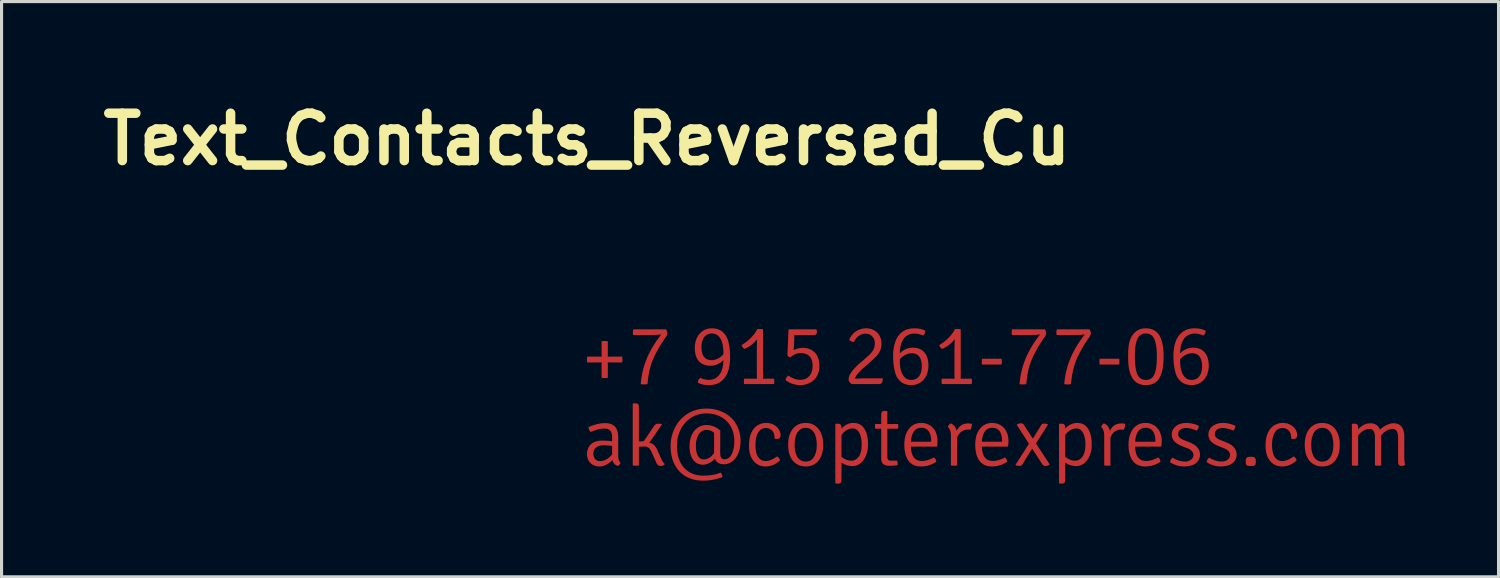
<source format=kicad_pcb>
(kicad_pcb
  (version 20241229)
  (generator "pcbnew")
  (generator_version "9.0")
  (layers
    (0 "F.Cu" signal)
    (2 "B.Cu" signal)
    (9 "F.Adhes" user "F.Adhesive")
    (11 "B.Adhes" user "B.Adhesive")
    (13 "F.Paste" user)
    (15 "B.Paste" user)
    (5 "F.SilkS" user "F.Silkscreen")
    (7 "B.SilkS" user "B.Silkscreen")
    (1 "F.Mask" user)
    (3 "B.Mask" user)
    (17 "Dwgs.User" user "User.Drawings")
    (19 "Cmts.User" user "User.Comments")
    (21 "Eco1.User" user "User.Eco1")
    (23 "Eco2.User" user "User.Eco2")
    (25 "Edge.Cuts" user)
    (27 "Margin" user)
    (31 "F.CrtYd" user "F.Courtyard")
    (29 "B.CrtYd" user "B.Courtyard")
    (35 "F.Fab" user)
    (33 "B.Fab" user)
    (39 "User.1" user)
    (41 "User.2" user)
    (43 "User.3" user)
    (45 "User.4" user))
  (footprint "Text_Contacts_Reversed_Cu"
    (layer "F.Cu")
    (at 15.835 11.959)
    (property "Reference" "Text_Contacts_Reversed_Cu" (at 0 -10.532 0) (layer "F.SilkS") (effects (font (size 1.524 1.524) (thickness 0.305))))
    (attr smd)
    (fp_poly (pts (xy 13.338 -3.28) (xy 12.713 -3.28) (xy 12.708 -3.298) (xy 12.705 -3.319) (xy 12.703 -3.343) (xy 12.702 -3.37) (xy 12.703 -3.397) (xy 12.705 -3.423) (xy 12.708 -3.446) (xy 12.713 -3.467) (xy 13.338 -3.467) (xy 13.342 -3.445) (xy 13.344 -3.421) (xy 13.346 -3.396) (xy 13.346 -3.37) (xy 13.346 -3.344) (xy 13.344 -3.32) (xy 13.342 -3.299) (xy 13.338 -3.28)) (stroke (width 0) (type solid)) (fill yes) (layer "F.Cu"))
    (fp_poly (pts (xy 17.123 -3.28) (xy 16.498 -3.28) (xy 16.493 -3.298) (xy 16.49 -3.319) (xy 16.488 -3.343) (xy 16.487 -3.37) (xy 16.488 -3.397) (xy 16.49 -3.423) (xy 16.493 -3.446) (xy 16.498 -3.467) (xy 17.123 -3.467) (xy 17.126 -3.445) (xy 17.129 -3.421) (xy 17.13 -3.396) (xy 17.131 -3.37) (xy 17.13 -3.344) (xy 17.129 -3.32) (xy 17.126 -3.299) (xy 17.123 -3.28)) (stroke (width 0) (type solid)) (fill yes) (layer "F.Cu"))
    (fp_poly (pts (xy 0.473 -3.533) (xy 0.47 -3.636) (xy 0.47 -4.027) (xy 0.492 -4.032) (xy 0.516 -4.035) (xy 0.543 -4.037) (xy 0.573 -4.038) (xy 0.603 -4.037) (xy 0.629 -4.035) (xy 0.652 -4.032) (xy 0.671 -4.027) (xy 0.671 -3.636) (xy 0.671 -3.629) (xy 0.671 -3.61) (xy 0.67 -3.578) (xy 0.668 -3.533) (xy 0.769 -3.535) (xy 1.131 -3.535) (xy 1.135 -3.507) (xy 1.139 -3.48) (xy 1.141 -3.456) (xy 1.141 -3.435) (xy 1.141 -3.415) (xy 1.139 -3.394) (xy 1.135 -3.372) (xy 1.131 -3.348) (xy 0.769 -3.348) (xy 0.668 -3.351) (xy 0.671 -3.247) (xy 0.671 -2.856) (xy 0.652 -2.851) (xy 0.629 -2.848) (xy 0.603 -2.846) (xy 0.573 -2.845) (xy 0.543 -2.846) (xy 0.516 -2.848) (xy 0.492 -2.851) (xy 0.47 -2.856) (xy 0.47 -3.247) (xy 0.473 -3.351) (xy 0.372 -3.348) (xy 0.011 -3.348) (xy 0.006 -3.366) (xy 0.003 -3.387) (xy 0.001 -3.412) (xy -0.000078 -3.44) (xy 0.001 -3.469) (xy 0.003 -3.494) (xy 0.006 -3.516) (xy 0.011 -3.535) (xy 0.372 -3.535) (xy 0.473 -3.533)) (stroke (width 0) (type solid)) (fill yes) (layer "F.Cu"))
    (fp_poly (pts (xy 21.215 -0.043) (xy 21.207 -0.06) (xy 21.201 -0.08) (xy 21.196 -0.104) (xy 21.194 -0.131) (xy 21.193 -0.162) (xy 21.194 -0.189) (xy 21.196 -0.213) (xy 21.199 -0.233) (xy 21.204 -0.249) (xy 21.214 -0.269) (xy 21.226 -0.284) (xy 21.239 -0.295) (xy 21.256 -0.303) (xy 21.274 -0.308) (xy 21.294 -0.309) (xy 21.314 -0.311) (xy 21.336 -0.312) (xy 21.359 -0.312) (xy 21.381 -0.312) (xy 21.402 -0.311) (xy 21.421 -0.309) (xy 21.44 -0.307) (xy 21.458 -0.302) (xy 21.473 -0.293) (xy 21.486 -0.282) (xy 21.497 -0.267) (xy 21.506 -0.249) (xy 21.512 -0.233) (xy 21.516 -0.213) (xy 21.518 -0.189) (xy 21.519 -0.162) (xy 21.519 -0.138) (xy 21.517 -0.116) (xy 21.515 -0.097) (xy 21.511 -0.081) (xy 21.504 -0.063) (xy 21.495 -0.048) (xy 21.484 -0.037) (xy 21.47 -0.029) (xy 21.454 -0.024) (xy 21.435 -0.021) (xy 21.413 -0.018) (xy 21.389 -0.016) (xy 21.362 -0.016) (xy 21.331 -0.016) (xy 21.303 -0.019) (xy 21.277 -0.022) (xy 21.254 -0.028) (xy 21.233 -0.034) (xy 21.215 -0.043) (xy 21.215 -0.043)) (stroke (width 0) (type solid)) (fill yes) (layer "F.Cu"))
    (fp_poly (pts (xy 14.636 -1.366) (xy 14.651 -1.372) (xy 14.67 -1.376) (xy 14.692 -1.379) (xy 14.717 -1.38) (xy 14.737 -1.379) (xy 14.756 -1.377) (xy 14.775 -1.374) (xy 14.8 -1.37) (xy 14.821 -1.361) (xy 14.829 -1.345) (xy 14.446 -0.741) (xy 14.889 -0.064) (xy 14.865 -0.05) (xy 14.841 -0.037) (xy 14.818 -0.028) (xy 14.796 -0.021) (xy 14.774 -0.017) (xy 14.753 -0.016) (xy 14.732 -0.017) (xy 14.712 -0.022) (xy 14.694 -0.031) (xy 14.677 -0.042) (xy 14.661 -0.057) (xy 14.647 -0.075) (xy 14.323 -0.575) (xy 13.984 -0.032) (xy 13.968 -0.027) (xy 13.948 -0.024) (xy 13.927 -0.022) (xy 13.902 -0.021) (xy 13.882 -0.022) (xy 13.863 -0.023) (xy 13.845 -0.026) (xy 13.819 -0.031) (xy 13.796 -0.04) (xy 13.788 -0.056) (xy 14.22 -0.733) (xy 13.826 -1.342) (xy 13.849 -1.357) (xy 13.871 -1.369) (xy 13.893 -1.379) (xy 13.914 -1.385) (xy 13.935 -1.389) (xy 13.956 -1.391) (xy 13.979 -1.389) (xy 14 -1.384) (xy 14.019 -1.375) (xy 14.036 -1.363) (xy 14.052 -1.347) (xy 14.065 -1.328) (xy 14.345 -0.896) (xy 14.636 -1.366)) (stroke (width 0) (type solid)) (fill yes) (layer "F.Cu"))
    (fp_poly (pts (xy 10.008 -1.369) (xy 10.012 -1.349) (xy 10.014 -1.329) (xy 10.016 -1.309) (xy 10.016 -1.29) (xy 10.015 -1.266) (xy 10.013 -1.241) (xy 10.008 -1.214) (xy 9.663 -1.217) (xy 9.663 -0.304) (xy 9.664 -0.28) (xy 9.668 -0.259) (xy 9.675 -0.24) (xy 9.684 -0.225) (xy 9.696 -0.212) (xy 9.71 -0.202) (xy 9.727 -0.195) (xy 9.747 -0.191) (xy 9.769 -0.19) (xy 9.975 -0.19) (xy 9.984 -0.166) (xy 9.99 -0.143) (xy 9.993 -0.12) (xy 9.994 -0.097) (xy 9.994 -0.07) (xy 9.992 -0.051) (xy 9.989 -0.04) (xy 9.964 -0.037) (xy 9.939 -0.034) (xy 9.913 -0.032) (xy 9.888 -0.03) (xy 9.862 -0.028) (xy 9.836 -0.026) (xy 9.81 -0.025) (xy 9.784 -0.024) (xy 9.757 -0.024) (xy 9.731 -0.024) (xy 9.704 -0.024) (xy 9.678 -0.026) (xy 9.654 -0.029) (xy 9.631 -0.034) (xy 9.61 -0.039) (xy 9.591 -0.046) (xy 9.572 -0.054) (xy 9.555 -0.064) (xy 9.54 -0.074) (xy 9.526 -0.086) (xy 9.514 -0.099) (xy 9.503 -0.114) (xy 9.493 -0.129) (xy 9.485 -0.146) (xy 9.479 -0.164) (xy 9.474 -0.184) (xy 9.47 -0.204) (xy 9.468 -0.226) (xy 9.467 -0.249) (xy 9.467 -1.217) (xy 9.274 -1.214) (xy 9.27 -1.241) (xy 9.267 -1.266) (xy 9.266 -1.29) (xy 9.267 -1.309) (xy 9.268 -1.329) (xy 9.271 -1.349) (xy 9.274 -1.369) (xy 9.467 -1.366) (xy 9.467 -1.652) (xy 9.468 -1.679) (xy 9.471 -1.703) (xy 9.475 -1.724) (xy 9.481 -1.741) (xy 9.489 -1.755) (xy 9.502 -1.769) (xy 9.521 -1.779) (xy 9.544 -1.786) (xy 9.573 -1.788) (xy 9.647 -1.788) (xy 9.663 -1.771) (xy 9.663 -1.364) (xy 10.008 -1.369)) (stroke (width 0) (type solid)) (fill yes) (layer "F.Cu"))
    (fp_poly (pts (xy 11.611 -1.274) (xy 11.619 -1.297) (xy 11.63 -1.318) (xy 11.643 -1.338) (xy 11.659 -1.356) (xy 11.677 -1.373) (xy 11.698 -1.388) (xy 11.72 -1.379) (xy 11.74 -1.369) (xy 11.759 -1.358) (xy 11.777 -1.345) (xy 11.793 -1.331) (xy 11.809 -1.316) (xy 11.823 -1.299) (xy 11.837 -1.281) (xy 11.849 -1.262) (xy 11.86 -1.241) (xy 11.87 -1.22) (xy 11.879 -1.196) (xy 11.887 -1.172) (xy 11.894 -1.146) (xy 11.906 -1.169) (xy 11.918 -1.192) (xy 11.931 -1.213) (xy 11.944 -1.232) (xy 11.959 -1.251) (xy 11.974 -1.268) (xy 11.989 -1.284) (xy 12.006 -1.299) (xy 12.023 -1.313) (xy 12.041 -1.326) (xy 12.059 -1.337) (xy 12.079 -1.347) (xy 12.099 -1.356) (xy 12.119 -1.364) (xy 12.141 -1.37) (xy 12.163 -1.376) (xy 12.186 -1.38) (xy 12.209 -1.383) (xy 12.233 -1.385) (xy 12.258 -1.385) (xy 12.282 -1.385) (xy 12.306 -1.384) (xy 12.331 -1.381) (xy 12.357 -1.378) (xy 12.383 -1.374) (xy 12.383 -1.346) (xy 12.38 -1.319) (xy 12.377 -1.293) (xy 12.372 -1.268) (xy 12.365 -1.245) (xy 12.357 -1.224) (xy 12.348 -1.203) (xy 12.337 -1.184) (xy 12.319 -1.185) (xy 12.297 -1.186) (xy 12.271 -1.187) (xy 12.242 -1.187) (xy 12.219 -1.186) (xy 12.197 -1.184) (xy 12.175 -1.181) (xy 12.154 -1.176) (xy 12.134 -1.17) (xy 12.114 -1.162) (xy 12.095 -1.153) (xy 12.076 -1.143) (xy 12.058 -1.131) (xy 12.04 -1.118) (xy 12.024 -1.104) (xy 12.007 -1.088) (xy 11.992 -1.071) (xy 11.977 -1.053) (xy 11.962 -1.033) (xy 11.948 -1.012) (xy 11.935 -0.989) (xy 11.922 -0.965) (xy 11.91 -0.94) (xy 11.91 -0.035) (xy 11.889 -0.031) (xy 11.865 -0.028) (xy 11.839 -0.027) (xy 11.81 -0.026) (xy 11.781 -0.027) (xy 11.755 -0.028) (xy 11.731 -0.031) (xy 11.709 -0.035) (xy 11.709 -0.997) (xy 11.709 -1.025) (xy 11.707 -1.051) (xy 11.704 -1.077) (xy 11.7 -1.102) (xy 11.695 -1.125) (xy 11.688 -1.148) (xy 11.681 -1.169) (xy 11.672 -1.189) (xy 11.662 -1.208) (xy 11.651 -1.226) (xy 11.639 -1.243) (xy 11.626 -1.259) (xy 11.611 -1.274) (xy 11.611 -1.274)) (stroke (width 0) (type solid)) (fill yes) (layer "F.Cu"))
    (fp_poly (pts (xy 16.543 -1.274) (xy 16.55 -1.297) (xy 16.561 -1.318) (xy 16.574 -1.338) (xy 16.59 -1.356) (xy 16.608 -1.373) (xy 16.63 -1.388) (xy 16.651 -1.379) (xy 16.671 -1.369) (xy 16.69 -1.358) (xy 16.708 -1.345) (xy 16.725 -1.331) (xy 16.74 -1.316) (xy 16.755 -1.299) (xy 16.768 -1.281) (xy 16.78 -1.262) (xy 16.792 -1.241) (xy 16.802 -1.22) (xy 16.811 -1.196) (xy 16.819 -1.172) (xy 16.825 -1.146) (xy 16.837 -1.169) (xy 16.849 -1.192) (xy 16.862 -1.213) (xy 16.876 -1.232) (xy 16.89 -1.251) (xy 16.905 -1.268) (xy 16.921 -1.284) (xy 16.937 -1.299) (xy 16.954 -1.313) (xy 16.972 -1.326) (xy 16.991 -1.337) (xy 17.01 -1.347) (xy 17.03 -1.356) (xy 17.051 -1.364) (xy 17.072 -1.37) (xy 17.094 -1.376) (xy 17.117 -1.38) (xy 17.14 -1.383) (xy 17.165 -1.385) (xy 17.19 -1.385) (xy 17.213 -1.385) (xy 17.237 -1.384) (xy 17.262 -1.381) (xy 17.288 -1.378) (xy 17.315 -1.374) (xy 17.314 -1.346) (xy 17.312 -1.319) (xy 17.308 -1.293) (xy 17.303 -1.268) (xy 17.297 -1.245) (xy 17.289 -1.224) (xy 17.279 -1.203) (xy 17.268 -1.184) (xy 17.25 -1.185) (xy 17.228 -1.186) (xy 17.203 -1.187) (xy 17.173 -1.187) (xy 17.15 -1.186) (xy 17.128 -1.184) (xy 17.106 -1.181) (xy 17.085 -1.176) (xy 17.065 -1.17) (xy 17.045 -1.162) (xy 17.026 -1.153) (xy 17.007 -1.143) (xy 16.989 -1.131) (xy 16.972 -1.118) (xy 16.955 -1.104) (xy 16.939 -1.088) (xy 16.923 -1.071) (xy 16.908 -1.053) (xy 16.893 -1.033) (xy 16.88 -1.012) (xy 16.866 -0.989) (xy 16.854 -0.965) (xy 16.842 -0.94) (xy 16.842 -0.035) (xy 16.82 -0.031) (xy 16.796 -0.028) (xy 16.77 -0.027) (xy 16.741 -0.026) (xy 16.712 -0.027) (xy 16.686 -0.028) (xy 16.662 -0.031) (xy 16.641 -0.035) (xy 16.641 -0.997) (xy 16.64 -1.025) (xy 16.638 -1.051) (xy 16.635 -1.077) (xy 16.631 -1.102) (xy 16.626 -1.125) (xy 16.62 -1.148) (xy 16.612 -1.169) (xy 16.604 -1.189) (xy 16.594 -1.208) (xy 16.583 -1.226) (xy 16.571 -1.243) (xy 16.557 -1.259) (xy 16.543 -1.274) (xy 16.543 -1.274)) (stroke (width 0) (type solid)) (fill yes) (layer "F.Cu"))
    (fp_poly (pts (xy 5.467 -2.823) (xy 5.464 -2.994) (xy 5.464 -3.761) (xy 5.464 -3.763) (xy 5.464 -3.77) (xy 5.465 -3.78) (xy 5.465 -3.794) (xy 5.465 -3.812) (xy 5.466 -3.834) (xy 5.467 -3.86) (xy 5.467 -3.89) (xy 5.468 -3.924) (xy 5.469 -3.961) (xy 5.47 -4.003) (xy 5.471 -4.048) (xy 5.472 -4.098) (xy 5.458 -4.078) (xy 5.442 -4.059) (xy 5.427 -4.041) (xy 5.411 -4.023) (xy 5.394 -4.005) (xy 5.377 -3.988) (xy 5.359 -3.971) (xy 5.341 -3.955) (xy 5.323 -3.939) (xy 5.304 -3.923) (xy 5.285 -3.908) (xy 5.265 -3.894) (xy 5.244 -3.88) (xy 5.223 -3.866) (xy 5.202 -3.853) (xy 5.18 -3.84) (xy 5.158 -3.828) (xy 5.136 -3.816) (xy 5.112 -3.804) (xy 5.089 -3.793) (xy 5.065 -3.783) (xy 5.046 -3.797) (xy 5.028 -3.812) (xy 5.014 -3.828) (xy 5.001 -3.846) (xy 4.99 -3.865) (xy 4.981 -3.886) (xy 4.975 -3.908) (xy 4.998 -3.922) (xy 5.02 -3.936) (xy 5.042 -3.95) (xy 5.064 -3.965) (xy 5.085 -3.98) (xy 5.106 -3.995) (xy 5.126 -4.01) (xy 5.146 -4.026) (xy 5.166 -4.042) (xy 5.185 -4.058) (xy 5.203 -4.074) (xy 5.222 -4.09) (xy 5.239 -4.107) (xy 5.257 -4.123) (xy 5.274 -4.14) (xy 5.29 -4.158) (xy 5.31 -4.179) (xy 5.329 -4.2) (xy 5.347 -4.221) (xy 5.364 -4.241) (xy 5.38 -4.261) (xy 5.395 -4.281) (xy 5.409 -4.301) (xy 5.422 -4.32) (xy 5.434 -4.339) (xy 5.445 -4.358) (xy 5.455 -4.377) (xy 5.464 -4.395) (xy 5.472 -4.413) (xy 5.495 -4.418) (xy 5.518 -4.421) (xy 5.542 -4.423) (xy 5.567 -4.424) (xy 5.594 -4.423) (xy 5.619 -4.421) (xy 5.643 -4.418) (xy 5.665 -4.413) (xy 5.665 -2.994) (xy 5.663 -2.823) (xy 5.809 -2.826) (xy 6.019 -2.826) (xy 6.022 -2.803) (xy 6.025 -2.78) (xy 6.026 -2.758) (xy 6.027 -2.736) (xy 6.026 -2.716) (xy 6.025 -2.695) (xy 6.022 -2.674) (xy 6.019 -2.652) (xy 5.056 -2.652) (xy 5.053 -2.674) (xy 5.05 -2.696) (xy 5.049 -2.717) (xy 5.048 -2.739) (xy 5.049 -2.761) (xy 5.05 -2.783) (xy 5.053 -2.804) (xy 5.056 -2.826) (xy 5.32 -2.826) (xy 5.467 -2.823)) (stroke (width 0) (type solid)) (fill yes) (layer "F.Cu"))
    (fp_poly (pts (xy 11.826 -2.823) (xy 11.823 -2.994) (xy 11.823 -3.761) (xy 11.823 -3.763) (xy 11.824 -3.77) (xy 11.824 -3.78) (xy 11.824 -3.794) (xy 11.825 -3.812) (xy 11.825 -3.834) (xy 11.826 -3.86) (xy 11.826 -3.89) (xy 11.827 -3.924) (xy 11.828 -3.961) (xy 11.829 -4.003) (xy 11.83 -4.048) (xy 11.832 -4.098) (xy 11.817 -4.078) (xy 11.802 -4.059) (xy 11.786 -4.041) (xy 11.77 -4.023) (xy 11.753 -4.005) (xy 11.736 -3.988) (xy 11.719 -3.971) (xy 11.701 -3.955) (xy 11.682 -3.939) (xy 11.663 -3.923) (xy 11.644 -3.908) (xy 11.624 -3.894) (xy 11.604 -3.88) (xy 11.583 -3.866) (xy 11.561 -3.853) (xy 11.54 -3.84) (xy 11.517 -3.828) (xy 11.495 -3.816) (xy 11.472 -3.804) (xy 11.448 -3.793) (xy 11.424 -3.783) (xy 11.405 -3.797) (xy 11.388 -3.812) (xy 11.373 -3.828) (xy 11.36 -3.846) (xy 11.349 -3.865) (xy 11.341 -3.886) (xy 11.334 -3.908) (xy 11.357 -3.922) (xy 11.38 -3.936) (xy 11.402 -3.95) (xy 11.423 -3.965) (xy 11.444 -3.98) (xy 11.465 -3.995) (xy 11.486 -4.01) (xy 11.505 -4.026) (xy 11.525 -4.042) (xy 11.544 -4.058) (xy 11.563 -4.074) (xy 11.581 -4.09) (xy 11.599 -4.107) (xy 11.616 -4.123) (xy 11.633 -4.14) (xy 11.649 -4.158) (xy 11.669 -4.179) (xy 11.688 -4.2) (xy 11.706 -4.221) (xy 11.723 -4.241) (xy 11.739 -4.261) (xy 11.754 -4.281) (xy 11.768 -4.301) (xy 11.781 -4.32) (xy 11.793 -4.339) (xy 11.804 -4.358) (xy 11.815 -4.377) (xy 11.824 -4.395) (xy 11.832 -4.413) (xy 11.854 -4.418) (xy 11.877 -4.421) (xy 11.901 -4.423) (xy 11.927 -4.424) (xy 11.953 -4.423) (xy 11.978 -4.421) (xy 12.002 -4.418) (xy 12.025 -4.413) (xy 12.025 -2.994) (xy 12.022 -2.823) (xy 12.169 -2.826) (xy 12.378 -2.826) (xy 12.381 -2.803) (xy 12.384 -2.78) (xy 12.385 -2.758) (xy 12.386 -2.736) (xy 12.385 -2.716) (xy 12.384 -2.695) (xy 12.381 -2.674) (xy 12.378 -2.652) (xy 11.416 -2.652) (xy 11.412 -2.674) (xy 11.41 -2.696) (xy 11.408 -2.717) (xy 11.408 -2.739) (xy 11.408 -2.761) (xy 11.41 -2.783) (xy 11.412 -2.804) (xy 11.416 -2.826) (xy 11.679 -2.826) (xy 11.826 -2.823)) (stroke (width 0) (type solid)) (fill yes) (layer "F.Cu"))
    (fp_poly (pts (xy 2.268 -0.521) (xy 2.374 -0.282) (xy 2.388 -0.251) (xy 2.402 -0.222) (xy 2.416 -0.196) (xy 2.429 -0.172) (xy 2.442 -0.151) (xy 2.455 -0.132) (xy 2.468 -0.115) (xy 2.48 -0.1) (xy 2.493 -0.088) (xy 2.505 -0.078) (xy 2.489 -0.06) (xy 2.472 -0.045) (xy 2.453 -0.033) (xy 2.432 -0.025) (xy 2.409 -0.02) (xy 2.385 -0.018) (xy 2.356 -0.02) (xy 2.331 -0.023) (xy 2.309 -0.03) (xy 2.291 -0.039) (xy 2.276 -0.051) (xy 2.264 -0.066) (xy 2.252 -0.084) (xy 2.239 -0.106) (xy 2.227 -0.131) (xy 2.214 -0.16) (xy 2.089 -0.442) (xy 2.076 -0.471) (xy 2.063 -0.497) (xy 2.05 -0.521) (xy 2.036 -0.542) (xy 2.023 -0.561) (xy 2.01 -0.577) (xy 1.996 -0.591) (xy 1.983 -0.603) (xy 1.964 -0.615) (xy 1.943 -0.625) (xy 1.92 -0.633) (xy 1.895 -0.639) (xy 1.868 -0.642) (xy 1.839 -0.643) (xy 1.813 -0.643) (xy 1.788 -0.642) (xy 1.764 -0.641) (xy 1.74 -0.64) (xy 1.716 -0.638) (xy 1.693 -0.635) (xy 1.67 -0.632) (xy 1.67 -0.035) (xy 1.649 -0.031) (xy 1.625 -0.028) (xy 1.598 -0.027) (xy 1.57 -0.026) (xy 1.542 -0.027) (xy 1.517 -0.028) (xy 1.493 -0.031) (xy 1.472 -0.035) (xy 1.472 -2.016) (xy 1.488 -2.032) (xy 1.562 -2.032) (xy 1.591 -2.03) (xy 1.616 -2.024) (xy 1.635 -2.014) (xy 1.648 -2) (xy 1.656 -1.986) (xy 1.662 -1.969) (xy 1.667 -1.948) (xy 1.669 -1.924) (xy 1.67 -1.896) (xy 1.67 -0.804) (xy 1.787 -0.809) (xy 1.805 -0.812) (xy 1.822 -0.819) (xy 1.837 -0.831) (xy 1.85 -0.847) (xy 2.14 -1.277) (xy 2.158 -1.302) (xy 2.174 -1.323) (xy 2.19 -1.34) (xy 2.206 -1.353) (xy 2.221 -1.363) (xy 2.238 -1.371) (xy 2.257 -1.376) (xy 2.276 -1.377) (xy 2.294 -1.377) (xy 2.315 -1.376) (xy 2.338 -1.375) (xy 2.364 -1.374) (xy 2.393 -1.372) (xy 2.409 -1.35) (xy 2.064 -0.847) (xy 2.047 -0.823) (xy 2.03 -0.802) (xy 2.014 -0.785) (xy 1.999 -0.771) (xy 2.025 -0.765) (xy 2.049 -0.757) (xy 2.073 -0.747) (xy 2.095 -0.736) (xy 2.116 -0.723) (xy 2.136 -0.709) (xy 2.154 -0.692) (xy 2.169 -0.677) (xy 2.185 -0.66) (xy 2.199 -0.641) (xy 2.214 -0.621) (xy 2.228 -0.599) (xy 2.242 -0.575) (xy 2.255 -0.549) (xy 2.268 -0.521)) (stroke (width 0) (type solid)) (fill yes) (layer "F.Cu"))
    (fp_poly (pts (xy 1.493 -4.413) (xy 2.545 -4.413) (xy 2.557 -4.389) (xy 2.567 -4.367) (xy 2.575 -4.345) (xy 2.581 -4.325) (xy 2.584 -4.306) (xy 2.585 -4.288) (xy 2.584 -4.268) (xy 2.58 -4.248) (xy 2.573 -4.228) (xy 2.563 -4.206) (xy 2.55 -4.185) (xy 2.466 -4.063) (xy 2.45 -4.038) (xy 2.434 -4.014) (xy 2.418 -3.989) (xy 2.403 -3.965) (xy 2.388 -3.941) (xy 2.373 -3.917) (xy 2.358 -3.893) (xy 2.344 -3.87) (xy 2.33 -3.846) (xy 2.316 -3.823) (xy 2.303 -3.799) (xy 2.29 -3.776) (xy 2.277 -3.753) (xy 2.264 -3.73) (xy 2.252 -3.708) (xy 2.239 -3.685) (xy 2.228 -3.663) (xy 2.216 -3.64) (xy 2.205 -3.618) (xy 2.194 -3.596) (xy 2.183 -3.574) (xy 2.172 -3.552) (xy 2.162 -3.53) (xy 2.152 -3.509) (xy 2.143 -3.487) (xy 2.133 -3.466) (xy 2.124 -3.445) (xy 2.115 -3.424) (xy 2.107 -3.403) (xy 2.098 -3.381) (xy 2.09 -3.36) (xy 2.083 -3.338) (xy 2.075 -3.316) (xy 2.068 -3.293) (xy 2.06 -3.271) (xy 2.053 -3.248) (xy 2.046 -3.225) (xy 2.04 -3.201) (xy 2.033 -3.177) (xy 2.027 -3.153) (xy 2.021 -3.129) (xy 2.015 -3.105) (xy 2.01 -3.08) (xy 2.004 -3.055) (xy 1.999 -3.029) (xy 1.994 -3.004) (xy 1.989 -2.978) (xy 1.985 -2.952) (xy 1.98 -2.926) (xy 1.976 -2.899) (xy 1.972 -2.872) (xy 1.968 -2.845) (xy 1.964 -2.817) (xy 1.961 -2.79) (xy 1.958 -2.762) (xy 1.955 -2.734) (xy 1.947 -2.652) (xy 1.929 -2.648) (xy 1.909 -2.645) (xy 1.887 -2.643) (xy 1.862 -2.642) (xy 1.835 -2.641) (xy 1.808 -2.642) (xy 1.784 -2.643) (xy 1.763 -2.645) (xy 1.745 -2.648) (xy 1.729 -2.652) (xy 1.74 -2.755) (xy 1.743 -2.78) (xy 1.746 -2.805) (xy 1.749 -2.829) (xy 1.753 -2.854) (xy 1.756 -2.878) (xy 1.76 -2.903) (xy 1.765 -2.927) (xy 1.769 -2.952) (xy 1.774 -2.976) (xy 1.779 -3) (xy 1.784 -3.025) (xy 1.789 -3.049) (xy 1.795 -3.073) (xy 1.801 -3.097) (xy 1.807 -3.122) (xy 1.813 -3.146) (xy 1.82 -3.17) (xy 1.827 -3.194) (xy 1.834 -3.218) (xy 1.841 -3.242) (xy 1.849 -3.265) (xy 1.856 -3.289) (xy 1.864 -3.313) (xy 1.873 -3.337) (xy 1.881 -3.361) (xy 1.89 -3.384) (xy 1.899 -3.408) (xy 1.908 -3.431) (xy 1.918 -3.455) (xy 1.927 -3.479) (xy 1.937 -3.502) (xy 1.947 -3.525) (xy 1.958 -3.549) (xy 1.968 -3.572) (xy 1.979 -3.596) (xy 1.99 -3.619) (xy 2.002 -3.642) (xy 2.013 -3.665) (xy 2.025 -3.688) (xy 2.037 -3.711) (xy 2.049 -3.735) (xy 2.062 -3.758) (xy 2.075 -3.781) (xy 2.088 -3.804) (xy 2.101 -3.826) (xy 2.115 -3.849) (xy 2.128 -3.872) (xy 2.142 -3.895) (xy 2.157 -3.918) (xy 2.171 -3.94) (xy 2.186 -3.963) (xy 2.201 -3.986) (xy 2.216 -4.008) (xy 2.243 -4.049) (xy 2.251 -4.061) (xy 2.261 -4.075) (xy 2.272 -4.09) (xy 2.284 -4.107) (xy 2.297 -4.126) (xy 2.312 -4.146) (xy 2.328 -4.168) (xy 2.346 -4.191) (xy 2.364 -4.216) (xy 2.384 -4.242) (xy 2.376 -4.25) (xy 2.366 -4.248) (xy 2.354 -4.246) (xy 2.34 -4.244) (xy 2.324 -4.242) (xy 2.307 -4.241) (xy 2.287 -4.239) (xy 2.265 -4.238) (xy 2.241 -4.236) (xy 2.216 -4.235) (xy 2.188 -4.234) (xy 2.158 -4.233) (xy 2.126 -4.233) (xy 2.093 -4.232) (xy 2.057 -4.232) (xy 2.02 -4.231) (xy 1.98 -4.231) (xy 1.939 -4.231) (xy 1.485 -4.231) (xy 1.481 -4.249) (xy 1.479 -4.269) (xy 1.477 -4.29) (xy 1.476 -4.313) (xy 1.478 -4.336) (xy 1.481 -4.361) (xy 1.486 -4.387) (xy 1.493 -4.413) (xy 1.493 -4.413)) (stroke (width 0) (type solid)) (fill yes) (layer "F.Cu"))
    (fp_poly (pts (xy 13.68 -4.413) (xy 14.732 -4.413) (xy 14.745 -4.389) (xy 14.755 -4.367) (xy 14.763 -4.345) (xy 14.768 -4.325) (xy 14.772 -4.306) (xy 14.773 -4.288) (xy 14.772 -4.268) (xy 14.767 -4.248) (xy 14.76 -4.228) (xy 14.75 -4.206) (xy 14.738 -4.185) (xy 14.653 -4.063) (xy 14.637 -4.038) (xy 14.621 -4.014) (xy 14.606 -3.989) (xy 14.59 -3.965) (xy 14.575 -3.941) (xy 14.56 -3.917) (xy 14.546 -3.893) (xy 14.532 -3.87) (xy 14.518 -3.846) (xy 14.504 -3.823) (xy 14.49 -3.799) (xy 14.477 -3.776) (xy 14.464 -3.753) (xy 14.452 -3.73) (xy 14.439 -3.708) (xy 14.427 -3.685) (xy 14.415 -3.663) (xy 14.404 -3.64) (xy 14.392 -3.618) (xy 14.381 -3.596) (xy 14.371 -3.574) (xy 14.36 -3.552) (xy 14.35 -3.53) (xy 14.34 -3.509) (xy 14.33 -3.487) (xy 14.321 -3.466) (xy 14.312 -3.445) (xy 14.303 -3.424) (xy 14.294 -3.403) (xy 14.286 -3.381) (xy 14.278 -3.36) (xy 14.27 -3.338) (xy 14.263 -3.316) (xy 14.255 -3.293) (xy 14.248 -3.271) (xy 14.241 -3.248) (xy 14.234 -3.225) (xy 14.227 -3.201) (xy 14.221 -3.177) (xy 14.215 -3.153) (xy 14.209 -3.129) (xy 14.203 -3.105) (xy 14.197 -3.08) (xy 14.192 -3.055) (xy 14.187 -3.029) (xy 14.182 -3.004) (xy 14.177 -2.978) (xy 14.172 -2.952) (xy 14.168 -2.926) (xy 14.164 -2.899) (xy 14.16 -2.872) (xy 14.156 -2.845) (xy 14.152 -2.817) (xy 14.149 -2.79) (xy 14.145 -2.762) (xy 14.142 -2.734) (xy 14.134 -2.652) (xy 14.117 -2.648) (xy 14.097 -2.645) (xy 14.075 -2.643) (xy 14.05 -2.642) (xy 14.023 -2.641) (xy 13.996 -2.642) (xy 13.972 -2.643) (xy 13.951 -2.645) (xy 13.932 -2.648) (xy 13.917 -2.652) (xy 13.928 -2.755) (xy 13.931 -2.78) (xy 13.934 -2.805) (xy 13.937 -2.829) (xy 13.94 -2.854) (xy 13.944 -2.878) (xy 13.948 -2.903) (xy 13.952 -2.927) (xy 13.957 -2.952) (xy 13.961 -2.976) (xy 13.966 -3) (xy 13.971 -3.025) (xy 13.977 -3.049) (xy 13.983 -3.073) (xy 13.988 -3.097) (xy 13.995 -3.122) (xy 14.001 -3.146) (xy 14.007 -3.17) (xy 14.014 -3.194) (xy 14.021 -3.218) (xy 14.029 -3.242) (xy 14.036 -3.265) (xy 14.044 -3.289) (xy 14.052 -3.313) (xy 14.06 -3.337) (xy 14.069 -3.361) (xy 14.078 -3.384) (xy 14.087 -3.408) (xy 14.096 -3.431) (xy 14.105 -3.455) (xy 14.115 -3.479) (xy 14.125 -3.502) (xy 14.135 -3.525) (xy 14.145 -3.549) (xy 14.156 -3.572) (xy 14.167 -3.596) (xy 14.178 -3.619) (xy 14.189 -3.642) (xy 14.201 -3.665) (xy 14.213 -3.688) (xy 14.225 -3.711) (xy 14.237 -3.735) (xy 14.25 -3.758) (xy 14.262 -3.781) (xy 14.275 -3.804) (xy 14.289 -3.826) (xy 14.302 -3.849) (xy 14.316 -3.872) (xy 14.33 -3.895) (xy 14.344 -3.918) (xy 14.359 -3.94) (xy 14.373 -3.963) (xy 14.388 -3.986) (xy 14.403 -4.008) (xy 14.431 -4.049) (xy 14.439 -4.061) (xy 14.448 -4.075) (xy 14.459 -4.09) (xy 14.471 -4.107) (xy 14.485 -4.126) (xy 14.5 -4.146) (xy 14.516 -4.168) (xy 14.533 -4.191) (xy 14.552 -4.216) (xy 14.572 -4.242) (xy 14.564 -4.25) (xy 14.554 -4.248) (xy 14.542 -4.246) (xy 14.528 -4.244) (xy 14.512 -4.242) (xy 14.494 -4.241) (xy 14.474 -4.239) (xy 14.453 -4.238) (xy 14.429 -4.236) (xy 14.403 -4.235) (xy 14.375 -4.234) (xy 14.346 -4.233) (xy 14.314 -4.233) (xy 14.28 -4.232) (xy 14.245 -4.232) (xy 14.207 -4.231) (xy 14.168 -4.231) (xy 14.126 -4.231) (xy 13.672 -4.231) (xy 13.669 -4.249) (xy 13.666 -4.269) (xy 13.665 -4.29) (xy 13.664 -4.313) (xy 13.665 -4.336) (xy 13.668 -4.361) (xy 13.673 -4.387) (xy 13.68 -4.413) (xy 13.68 -4.413)) (stroke (width 0) (type solid)) (fill yes) (layer "F.Cu"))
    (fp_poly (pts (xy 15.119 -4.413) (xy 16.171 -4.413) (xy 16.183 -4.389) (xy 16.193 -4.367) (xy 16.201 -4.345) (xy 16.207 -4.325) (xy 16.21 -4.306) (xy 16.212 -4.288) (xy 16.21 -4.268) (xy 16.206 -4.248) (xy 16.199 -4.228) (xy 16.189 -4.206) (xy 16.176 -4.185) (xy 16.092 -4.063) (xy 16.076 -4.038) (xy 16.06 -4.014) (xy 16.044 -3.989) (xy 16.029 -3.965) (xy 16.014 -3.941) (xy 15.999 -3.917) (xy 15.984 -3.893) (xy 15.97 -3.87) (xy 15.956 -3.846) (xy 15.942 -3.823) (xy 15.929 -3.799) (xy 15.916 -3.776) (xy 15.903 -3.753) (xy 15.89 -3.73) (xy 15.878 -3.708) (xy 15.866 -3.685) (xy 15.854 -3.663) (xy 15.842 -3.64) (xy 15.831 -3.618) (xy 15.82 -3.596) (xy 15.809 -3.574) (xy 15.799 -3.552) (xy 15.788 -3.53) (xy 15.778 -3.509) (xy 15.769 -3.487) (xy 15.759 -3.466) (xy 15.75 -3.445) (xy 15.741 -3.424) (xy 15.733 -3.403) (xy 15.725 -3.381) (xy 15.717 -3.36) (xy 15.709 -3.338) (xy 15.701 -3.316) (xy 15.694 -3.293) (xy 15.686 -3.271) (xy 15.679 -3.248) (xy 15.673 -3.225) (xy 15.666 -3.201) (xy 15.66 -3.177) (xy 15.653 -3.153) (xy 15.647 -3.129) (xy 15.641 -3.105) (xy 15.636 -3.08) (xy 15.63 -3.055) (xy 15.625 -3.029) (xy 15.62 -3.004) (xy 15.615 -2.978) (xy 15.611 -2.952) (xy 15.606 -2.926) (xy 15.602 -2.899) (xy 15.598 -2.872) (xy 15.594 -2.845) (xy 15.591 -2.817) (xy 15.587 -2.79) (xy 15.584 -2.762) (xy 15.581 -2.734) (xy 15.573 -2.652) (xy 15.555 -2.648) (xy 15.535 -2.645) (xy 15.513 -2.643) (xy 15.488 -2.642) (xy 15.461 -2.641) (xy 15.435 -2.642) (xy 15.411 -2.643) (xy 15.389 -2.645) (xy 15.371 -2.648) (xy 15.355 -2.652) (xy 15.366 -2.755) (xy 15.369 -2.78) (xy 15.372 -2.805) (xy 15.375 -2.829) (xy 15.379 -2.854) (xy 15.383 -2.878) (xy 15.387 -2.903) (xy 15.391 -2.927) (xy 15.395 -2.952) (xy 15.4 -2.976) (xy 15.405 -3) (xy 15.41 -3.025) (xy 15.415 -3.049) (xy 15.421 -3.073) (xy 15.427 -3.097) (xy 15.433 -3.122) (xy 15.439 -3.146) (xy 15.446 -3.17) (xy 15.453 -3.194) (xy 15.46 -3.218) (xy 15.467 -3.242) (xy 15.475 -3.265) (xy 15.483 -3.289) (xy 15.491 -3.313) (xy 15.499 -3.337) (xy 15.507 -3.361) (xy 15.516 -3.384) (xy 15.525 -3.408) (xy 15.534 -3.431) (xy 15.544 -3.455) (xy 15.553 -3.479) (xy 15.563 -3.502) (xy 15.573 -3.525) (xy 15.584 -3.549) (xy 15.595 -3.572) (xy 15.605 -3.596) (xy 15.617 -3.619) (xy 15.628 -3.642) (xy 15.639 -3.665) (xy 15.651 -3.688) (xy 15.663 -3.711) (xy 15.676 -3.735) (xy 15.688 -3.758) (xy 15.701 -3.781) (xy 15.714 -3.804) (xy 15.727 -3.826) (xy 15.741 -3.849) (xy 15.755 -3.872) (xy 15.768 -3.895) (xy 15.783 -3.918) (xy 15.797 -3.94) (xy 15.812 -3.963) (xy 15.827 -3.986) (xy 15.842 -4.008) (xy 15.869 -4.049) (xy 15.877 -4.061) (xy 15.887 -4.075) (xy 15.898 -4.09) (xy 15.91 -4.107) (xy 15.923 -4.126) (xy 15.938 -4.146) (xy 15.954 -4.168) (xy 15.972 -4.191) (xy 15.99 -4.216) (xy 16.01 -4.242) (xy 16.002 -4.25) (xy 15.992 -4.248) (xy 15.98 -4.246) (xy 15.967 -4.244) (xy 15.951 -4.242) (xy 15.933 -4.241) (xy 15.913 -4.239) (xy 15.891 -4.238) (xy 15.867 -4.236) (xy 15.842 -4.235) (xy 15.814 -4.234) (xy 15.784 -4.233) (xy 15.753 -4.233) (xy 15.719 -4.232) (xy 15.683 -4.232) (xy 15.646 -4.231) (xy 15.606 -4.231) (xy 15.565 -4.231) (xy 15.111 -4.231) (xy 15.107 -4.249) (xy 15.105 -4.269) (xy 15.103 -4.29) (xy 15.103 -4.313) (xy 15.104 -4.336) (xy 15.107 -4.361) (xy 15.112 -4.387) (xy 15.119 -4.413) (xy 15.119 -4.413)) (stroke (width 0) (type solid)) (fill yes) (layer "F.Cu"))
    (fp_poly (pts (xy 25.352 -0.904) (xy 25.352 -0.936) (xy 25.351 -0.966) (xy 25.348 -0.994) (xy 25.345 -1.02) (xy 25.341 -1.044) (xy 25.337 -1.067) (xy 25.331 -1.087) (xy 25.324 -1.106) (xy 25.317 -1.123) (xy 25.309 -1.138) (xy 25.296 -1.157) (xy 25.281 -1.173) (xy 25.264 -1.186) (xy 25.244 -1.196) (xy 25.223 -1.203) (xy 25.199 -1.207) (xy 25.173 -1.209) (xy 25.15 -1.208) (xy 25.126 -1.205) (xy 25.102 -1.201) (xy 25.078 -1.194) (xy 25.054 -1.186) (xy 25.03 -1.177) (xy 25.005 -1.165) (xy 24.98 -1.152) (xy 24.959 -1.138) (xy 24.938 -1.124) (xy 24.918 -1.109) (xy 24.898 -1.093) (xy 24.88 -1.076) (xy 24.862 -1.057) (xy 24.844 -1.038) (xy 24.827 -1.018) (xy 24.811 -0.997) (xy 24.811 -0.035) (xy 24.79 -0.031) (xy 24.766 -0.028) (xy 24.74 -0.027) (xy 24.711 -0.026) (xy 24.682 -0.027) (xy 24.656 -0.028) (xy 24.632 -0.031) (xy 24.61 -0.035) (xy 24.61 -1.358) (xy 24.627 -1.377) (xy 24.703 -1.377) (xy 24.727 -1.376) (xy 24.748 -1.372) (xy 24.765 -1.364) (xy 24.779 -1.355) (xy 24.79 -1.342) (xy 24.797 -1.327) (xy 24.804 -1.309) (xy 24.808 -1.288) (xy 24.811 -1.264) (xy 24.811 -1.236) (xy 24.811 -1.195) (xy 24.83 -1.215) (xy 24.848 -1.234) (xy 24.867 -1.252) (xy 24.886 -1.269) (xy 24.905 -1.285) (xy 24.925 -1.299) (xy 24.945 -1.313) (xy 24.965 -1.325) (xy 24.986 -1.337) (xy 25.007 -1.347) (xy 25.028 -1.356) (xy 25.049 -1.364) (xy 25.071 -1.371) (xy 25.093 -1.377) (xy 25.116 -1.382) (xy 25.138 -1.386) (xy 25.161 -1.389) (xy 25.185 -1.39) (xy 25.208 -1.391) (xy 25.234 -1.39) (xy 25.259 -1.388) (xy 25.283 -1.384) (xy 25.306 -1.379) (xy 25.328 -1.373) (xy 25.35 -1.365) (xy 25.37 -1.356) (xy 25.389 -1.346) (xy 25.407 -1.334) (xy 25.424 -1.32) (xy 25.44 -1.305) (xy 25.455 -1.289) (xy 25.469 -1.272) (xy 25.482 -1.253) (xy 25.494 -1.232) (xy 25.505 -1.21) (xy 25.515 -1.187) (xy 25.538 -1.207) (xy 25.56 -1.226) (xy 25.582 -1.243) (xy 25.604 -1.26) (xy 25.626 -1.276) (xy 25.649 -1.291) (xy 25.671 -1.305) (xy 25.693 -1.317) (xy 25.715 -1.329) (xy 25.737 -1.34) (xy 25.759 -1.349) (xy 25.781 -1.358) (xy 25.803 -1.366) (xy 25.825 -1.372) (xy 25.847 -1.378) (xy 25.868 -1.383) (xy 25.89 -1.386) (xy 25.912 -1.389) (xy 25.934 -1.39) (xy 25.956 -1.391) (xy 25.984 -1.39) (xy 26.01 -1.388) (xy 26.036 -1.383) (xy 26.06 -1.378) (xy 26.083 -1.37) (xy 26.105 -1.362) (xy 26.126 -1.351) (xy 26.145 -1.339) (xy 26.164 -1.325) (xy 26.181 -1.31) (xy 26.196 -1.293) (xy 26.211 -1.274) (xy 26.224 -1.256) (xy 26.235 -1.237) (xy 26.245 -1.217) (xy 26.255 -1.197) (xy 26.263 -1.175) (xy 26.271 -1.153) (xy 26.277 -1.13) (xy 26.283 -1.106) (xy 26.287 -1.081) (xy 26.291 -1.055) (xy 26.293 -1.028) (xy 26.295 -1.001) (xy 26.295 -0.972) (xy 26.295 -0.293) (xy 26.296 -0.259) (xy 26.297 -0.228) (xy 26.299 -0.198) (xy 26.302 -0.171) (xy 26.305 -0.145) (xy 26.31 -0.121) (xy 26.315 -0.099) (xy 26.321 -0.08) (xy 26.328 -0.062) (xy 26.312 -0.048) (xy 26.293 -0.038) (xy 26.273 -0.029) (xy 26.251 -0.023) (xy 26.226 -0.019) (xy 26.2 -0.018) (xy 26.179 -0.02) (xy 26.159 -0.025) (xy 26.143 -0.033) (xy 26.129 -0.045) (xy 26.117 -0.059) (xy 26.108 -0.077) (xy 26.102 -0.099) (xy 26.098 -0.123) (xy 26.097 -0.151) (xy 26.097 -0.907) (xy 26.096 -0.939) (xy 26.095 -0.968) (xy 26.093 -0.996) (xy 26.09 -1.022) (xy 26.086 -1.046) (xy 26.081 -1.068) (xy 26.076 -1.089) (xy 26.069 -1.107) (xy 26.062 -1.123) (xy 26.053 -1.138) (xy 26.041 -1.157) (xy 26.026 -1.173) (xy 26.009 -1.186) (xy 25.989 -1.196) (xy 25.967 -1.203) (xy 25.944 -1.207) (xy 25.918 -1.209) (xy 25.894 -1.208) (xy 25.871 -1.205) (xy 25.847 -1.201) (xy 25.824 -1.195) (xy 25.8 -1.187) (xy 25.776 -1.178) (xy 25.752 -1.167) (xy 25.727 -1.154) (xy 25.706 -1.142) (xy 25.685 -1.128) (xy 25.665 -1.113) (xy 25.645 -1.097) (xy 25.625 -1.081) (xy 25.607 -1.063) (xy 25.588 -1.043) (xy 25.571 -1.023) (xy 25.553 -1.002) (xy 25.553 -0.035) (xy 25.532 -0.031) (xy 25.508 -0.028) (xy 25.482 -0.027) (xy 25.453 -0.026) (xy 25.424 -0.027) (xy 25.398 -0.028) (xy 25.374 -0.031) (xy 25.352 -0.035) (xy 25.352 -0.904)) (stroke (width 0) (type solid)) (fill yes) (layer "F.Cu"))
    (fp_poly (pts (xy 7.384 -4.413) (xy 7.39 -4.39) (xy 7.394 -4.368) (xy 7.397 -4.347) (xy 7.397 -4.329) (xy 7.396 -4.306) (xy 7.392 -4.286) (xy 7.384 -4.269) (xy 7.374 -4.256) (xy 7.361 -4.245) (xy 7.345 -4.237) (xy 7.327 -4.233) (xy 7.305 -4.231) (xy 6.818 -4.231) (xy 6.793 -4.231) (xy 6.77 -4.231) (xy 6.749 -4.231) (xy 6.729 -4.231) (xy 6.705 -4.231) (xy 6.685 -4.232) (xy 6.669 -4.234) (xy 6.669 -4.06) (xy 6.65 -3.742) (xy 6.674 -3.754) (xy 6.697 -3.765) (xy 6.721 -3.775) (xy 6.745 -3.784) (xy 6.769 -3.792) (xy 6.793 -3.799) (xy 6.818 -3.805) (xy 6.842 -3.81) (xy 6.867 -3.813) (xy 6.891 -3.816) (xy 6.916 -3.817) (xy 6.941 -3.818) (xy 6.969 -3.817) (xy 6.996 -3.816) (xy 7.022 -3.813) (xy 7.048 -3.81) (xy 7.073 -3.805) (xy 7.098 -3.799) (xy 7.122 -3.793) (xy 7.145 -3.785) (xy 7.168 -3.776) (xy 7.19 -3.766) (xy 7.212 -3.755) (xy 7.232 -3.744) (xy 7.253 -3.731) (xy 7.272 -3.717) (xy 7.291 -3.702) (xy 7.309 -3.686) (xy 7.327 -3.669) (xy 7.342 -3.653) (xy 7.357 -3.636) (xy 7.37 -3.619) (xy 7.383 -3.6) (xy 7.395 -3.581) (xy 7.406 -3.562) (xy 7.417 -3.541) (xy 7.426 -3.52) (xy 7.435 -3.498) (xy 7.443 -3.475) (xy 7.45 -3.451) (xy 7.456 -3.427) (xy 7.461 -3.402) (xy 7.466 -3.376) (xy 7.47 -3.349) (xy 7.472 -3.321) (xy 7.475 -3.293) (xy 7.476 -3.264) (xy 7.476 -3.234) (xy 7.476 -3.206) (xy 7.474 -3.178) (xy 7.472 -3.151) (xy 7.469 -3.125) (xy 7.465 -3.099) (xy 7.46 -3.074) (xy 7.454 -3.049) (xy 7.447 -3.025) (xy 7.439 -3.001) (xy 7.43 -2.978) (xy 7.42 -2.953) (xy 7.409 -2.929) (xy 7.396 -2.906) (xy 7.383 -2.884) (xy 7.369 -2.862) (xy 7.354 -2.842) (xy 7.338 -2.822) (xy 7.32 -2.803) (xy 7.302 -2.785) (xy 7.283 -2.768) (xy 7.263 -2.752) (xy 7.243 -2.737) (xy 7.221 -2.722) (xy 7.199 -2.709) (xy 7.177 -2.696) (xy 7.153 -2.684) (xy 7.129 -2.673) (xy 7.104 -2.663) (xy 7.081 -2.655) (xy 7.059 -2.647) (xy 7.035 -2.641) (xy 7.012 -2.635) (xy 6.988 -2.63) (xy 6.963 -2.626) (xy 6.939 -2.623) (xy 6.913 -2.621) (xy 6.888 -2.62) (xy 6.862 -2.619) (xy 6.837 -2.62) (xy 6.812 -2.621) (xy 6.787 -2.623) (xy 6.763 -2.625) (xy 6.739 -2.629) (xy 6.715 -2.633) (xy 6.691 -2.638) (xy 6.668 -2.643) (xy 6.645 -2.649) (xy 6.622 -2.656) (xy 6.599 -2.664) (xy 6.577 -2.673) (xy 6.555 -2.682) (xy 6.533 -2.692) (xy 6.512 -2.703) (xy 6.491 -2.714) (xy 6.47 -2.726) (xy 6.449 -2.739) (xy 6.429 -2.753) (xy 6.409 -2.767) (xy 6.389 -2.783) (xy 6.394 -2.807) (xy 6.402 -2.83) (xy 6.413 -2.851) (xy 6.426 -2.871) (xy 6.442 -2.89) (xy 6.46 -2.908) (xy 6.481 -2.924) (xy 6.504 -2.909) (xy 6.526 -2.894) (xy 6.548 -2.881) (xy 6.57 -2.869) (xy 6.592 -2.857) (xy 6.614 -2.847) (xy 6.636 -2.837) (xy 6.658 -2.828) (xy 6.68 -2.821) (xy 6.704 -2.813) (xy 6.728 -2.806) (xy 6.752 -2.801) (xy 6.775 -2.796) (xy 6.798 -2.793) (xy 6.821 -2.79) (xy 6.843 -2.788) (xy 6.865 -2.788) (xy 6.891 -2.789) (xy 6.916 -2.791) (xy 6.941 -2.794) (xy 6.964 -2.799) (xy 6.988 -2.805) (xy 7.01 -2.813) (xy 7.032 -2.822) (xy 7.053 -2.832) (xy 7.073 -2.844) (xy 7.093 -2.857) (xy 7.112 -2.872) (xy 7.13 -2.888) (xy 7.147 -2.905) (xy 7.162 -2.921) (xy 7.175 -2.938) (xy 7.187 -2.957) (xy 7.199 -2.976) (xy 7.209 -2.995) (xy 7.219 -3.016) (xy 7.227 -3.038) (xy 7.234 -3.06) (xy 7.241 -3.084) (xy 7.246 -3.108) (xy 7.251 -3.133) (xy 7.254 -3.159) (xy 7.257 -3.186) (xy 7.258 -3.213) (xy 7.259 -3.242) (xy 7.258 -3.27) (xy 7.257 -3.297) (xy 7.255 -3.322) (xy 7.251 -3.346) (xy 7.247 -3.37) (xy 7.242 -3.392) (xy 7.236 -3.412) (xy 7.229 -3.432) (xy 7.219 -3.457) (xy 7.208 -3.481) (xy 7.195 -3.503) (xy 7.181 -3.523) (xy 7.165 -3.541) (xy 7.147 -3.557) (xy 7.13 -3.573) (xy 7.111 -3.587) (xy 7.091 -3.599) (xy 7.07 -3.61) (xy 7.048 -3.62) (xy 7.025 -3.628) (xy 7.001 -3.634) (xy 6.977 -3.64) (xy 6.952 -3.644) (xy 6.926 -3.647) (xy 6.9 -3.649) (xy 6.873 -3.649) (xy 6.85 -3.649) (xy 6.827 -3.647) (xy 6.805 -3.644) (xy 6.782 -3.64) (xy 6.76 -3.634) (xy 6.738 -3.627) (xy 6.716 -3.619) (xy 6.694 -3.61) (xy 6.672 -3.6) (xy 6.651 -3.588) (xy 6.629 -3.575) (xy 6.608 -3.561) (xy 6.586 -3.545) (xy 6.565 -3.529) (xy 6.544 -3.511) (xy 6.521 -3.516) (xy 6.5 -3.526) (xy 6.481 -3.539) (xy 6.464 -3.557) (xy 6.449 -3.579) (xy 6.484 -4.397) (xy 6.5 -4.413) (xy 7.384 -4.413)) (stroke (width 0) (type solid)) (fill yes) (layer "F.Cu"))
    (fp_poly (pts (xy 8.189 -0.124) (xy 8.189 -0.309) (xy 8.212 -0.292) (xy 8.236 -0.277) (xy 8.259 -0.262) (xy 8.282 -0.249) (xy 8.305 -0.237) (xy 8.327 -0.227) (xy 8.35 -0.217) (xy 8.372 -0.209) (xy 8.394 -0.202) (xy 8.416 -0.197) (xy 8.437 -0.192) (xy 8.459 -0.189) (xy 8.48 -0.187) (xy 8.501 -0.187) (xy 8.525 -0.188) (xy 8.549 -0.19) (xy 8.571 -0.195) (xy 8.593 -0.201) (xy 8.615 -0.209) (xy 8.635 -0.219) (xy 8.655 -0.231) (xy 8.674 -0.245) (xy 8.692 -0.26) (xy 8.71 -0.277) (xy 8.727 -0.296) (xy 8.743 -0.317) (xy 8.754 -0.333) (xy 8.764 -0.35) (xy 8.774 -0.367) (xy 8.783 -0.386) (xy 8.791 -0.405) (xy 8.798 -0.426) (xy 8.805 -0.447) (xy 8.812 -0.47) (xy 8.817 -0.493) (xy 8.822 -0.517) (xy 8.826 -0.542) (xy 8.83 -0.568) (xy 8.833 -0.595) (xy 8.835 -0.622) (xy 8.837 -0.651) (xy 8.838 -0.681) (xy 8.838 -0.711) (xy 8.838 -0.74) (xy 8.837 -0.768) (xy 8.836 -0.794) (xy 8.833 -0.82) (xy 8.831 -0.845) (xy 8.827 -0.87) (xy 8.823 -0.893) (xy 8.819 -0.915) (xy 8.814 -0.937) (xy 8.807 -0.964) (xy 8.8 -0.99) (xy 8.792 -1.014) (xy 8.784 -1.037) (xy 8.774 -1.059) (xy 8.765 -1.079) (xy 8.754 -1.097) (xy 8.741 -1.118) (xy 8.727 -1.137) (xy 8.713 -1.154) (xy 8.697 -1.169) (xy 8.681 -1.181) (xy 8.664 -1.192) (xy 8.644 -1.204) (xy 8.624 -1.213) (xy 8.603 -1.22) (xy 8.581 -1.224) (xy 8.558 -1.225) (xy 8.534 -1.224) (xy 8.511 -1.222) (xy 8.487 -1.219) (xy 8.464 -1.214) (xy 8.441 -1.207) (xy 8.418 -1.2) (xy 8.396 -1.19) (xy 8.374 -1.18) (xy 8.352 -1.168) (xy 8.33 -1.155) (xy 8.31 -1.14) (xy 8.29 -1.125) (xy 8.271 -1.108) (xy 8.253 -1.09) (xy 8.236 -1.071) (xy 8.219 -1.051) (xy 8.204 -1.03) (xy 8.189 -1.008) (xy 8.189 -1.008) (xy 8.189 -0.309) (xy 8.189 -0.124) (xy 8.189 0.414) (xy 8.188 0.441) (xy 8.185 0.466) (xy 8.181 0.486) (xy 8.175 0.503) (xy 8.167 0.517) (xy 8.153 0.531) (xy 8.134 0.542) (xy 8.11 0.548) (xy 8.08 0.55) (xy 8.007 0.55) (xy 7.99 0.533) (xy 7.99 -1.361) (xy 8.007 -1.377) (xy 8.077 -1.377) (xy 8.102 -1.376) (xy 8.122 -1.372) (xy 8.14 -1.364) (xy 8.154 -1.355) (xy 8.164 -1.342) (xy 8.173 -1.327) (xy 8.18 -1.309) (xy 8.185 -1.287) (xy 8.188 -1.262) (xy 8.189 -1.233) (xy 8.189 -1.22) (xy 8.207 -1.239) (xy 8.226 -1.258) (xy 8.245 -1.275) (xy 8.264 -1.291) (xy 8.284 -1.307) (xy 8.304 -1.321) (xy 8.325 -1.334) (xy 8.346 -1.345) (xy 8.367 -1.356) (xy 8.389 -1.366) (xy 8.411 -1.374) (xy 8.434 -1.381) (xy 8.457 -1.388) (xy 8.48 -1.393) (xy 8.504 -1.397) (xy 8.528 -1.399) (xy 8.552 -1.401) (xy 8.577 -1.402) (xy 8.603 -1.401) (xy 8.627 -1.399) (xy 8.651 -1.396) (xy 8.674 -1.392) (xy 8.697 -1.387) (xy 8.719 -1.381) (xy 8.74 -1.373) (xy 8.76 -1.365) (xy 8.78 -1.355) (xy 8.799 -1.344) (xy 8.817 -1.332) (xy 8.835 -1.318) (xy 8.851 -1.304) (xy 8.868 -1.288) (xy 8.883 -1.271) (xy 8.898 -1.253) (xy 8.912 -1.234) (xy 8.925 -1.214) (xy 8.936 -1.196) (xy 8.946 -1.178) (xy 8.956 -1.158) (xy 8.966 -1.138) (xy 8.974 -1.118) (xy 8.982 -1.097) (xy 8.99 -1.075) (xy 8.997 -1.052) (xy 9.004 -1.029) (xy 9.01 -1.005) (xy 9.016 -0.981) (xy 9.021 -0.956) (xy 9.025 -0.93) (xy 9.029 -0.904) (xy 9.033 -0.877) (xy 9.035 -0.849) (xy 9.038 -0.82) (xy 9.04 -0.791) (xy 9.041 -0.762) (xy 9.042 -0.731) (xy 9.042 -0.7) (xy 9.042 -0.674) (xy 9.041 -0.648) (xy 9.039 -0.622) (xy 9.037 -0.597) (xy 9.035 -0.572) (xy 9.031 -0.548) (xy 9.027 -0.524) (xy 9.023 -0.501) (xy 9.018 -0.478) (xy 9.012 -0.456) (xy 9.006 -0.434) (xy 8.999 -0.412) (xy 8.99 -0.387) (xy 8.981 -0.363) (xy 8.971 -0.339) (xy 8.961 -0.316) (xy 8.95 -0.294) (xy 8.939 -0.273) (xy 8.927 -0.252) (xy 8.914 -0.232) (xy 8.901 -0.213) (xy 8.887 -0.195) (xy 8.872 -0.176) (xy 8.856 -0.158) (xy 8.839 -0.141) (xy 8.822 -0.125) (xy 8.805 -0.11) (xy 8.787 -0.096) (xy 8.768 -0.083) (xy 8.749 -0.07) (xy 8.73 -0.059) (xy 8.707 -0.048) (xy 8.684 -0.039) (xy 8.662 -0.031) (xy 8.638 -0.024) (xy 8.615 -0.019) (xy 8.592 -0.016) (xy 8.568 -0.014) (xy 8.545 -0.013) (xy 8.52 -0.013) (xy 8.495 -0.015) (xy 8.47 -0.017) (xy 8.446 -0.021) (xy 8.422 -0.025) (xy 8.398 -0.031) (xy 8.374 -0.037) (xy 8.35 -0.045) (xy 8.327 -0.053) (xy 8.303 -0.062) (xy 8.28 -0.073) (xy 8.257 -0.084) (xy 8.234 -0.097) (xy 8.211 -0.11) (xy 8.189 -0.124) (xy 8.189 -0.124)) (stroke (width 0) (type solid)) (fill yes) (layer "F.Cu"))
    (fp_poly (pts (xy 15.387 -0.124) (xy 15.387 -0.309) (xy 15.41 -0.292) (xy 15.434 -0.277) (xy 15.457 -0.262) (xy 15.48 -0.249) (xy 15.503 -0.237) (xy 15.525 -0.227) (xy 15.548 -0.217) (xy 15.57 -0.209) (xy 15.592 -0.202) (xy 15.614 -0.197) (xy 15.635 -0.192) (xy 15.657 -0.189) (xy 15.678 -0.187) (xy 15.699 -0.187) (xy 15.723 -0.188) (xy 15.747 -0.19) (xy 15.769 -0.195) (xy 15.791 -0.201) (xy 15.813 -0.209) (xy 15.833 -0.219) (xy 15.853 -0.231) (xy 15.872 -0.245) (xy 15.89 -0.26) (xy 15.908 -0.277) (xy 15.925 -0.296) (xy 15.941 -0.317) (xy 15.952 -0.333) (xy 15.962 -0.35) (xy 15.972 -0.367) (xy 15.981 -0.386) (xy 15.989 -0.405) (xy 15.996 -0.426) (xy 16.003 -0.447) (xy 16.01 -0.47) (xy 16.015 -0.493) (xy 16.02 -0.517) (xy 16.024 -0.542) (xy 16.028 -0.568) (xy 16.031 -0.595) (xy 16.033 -0.622) (xy 16.035 -0.651) (xy 16.036 -0.681) (xy 16.036 -0.711) (xy 16.036 -0.74) (xy 16.035 -0.768) (xy 16.033 -0.794) (xy 16.031 -0.82) (xy 16.029 -0.845) (xy 16.025 -0.87) (xy 16.021 -0.893) (xy 16.017 -0.915) (xy 16.012 -0.937) (xy 16.005 -0.964) (xy 15.998 -0.99) (xy 15.99 -1.014) (xy 15.982 -1.037) (xy 15.972 -1.059) (xy 15.962 -1.079) (xy 15.952 -1.097) (xy 15.939 -1.118) (xy 15.925 -1.137) (xy 15.91 -1.154) (xy 15.895 -1.169) (xy 15.879 -1.181) (xy 15.862 -1.192) (xy 15.842 -1.204) (xy 15.822 -1.213) (xy 15.801 -1.22) (xy 15.779 -1.224) (xy 15.756 -1.225) (xy 15.732 -1.224) (xy 15.708 -1.222) (xy 15.685 -1.219) (xy 15.662 -1.214) (xy 15.639 -1.207) (xy 15.616 -1.2) (xy 15.594 -1.19) (xy 15.572 -1.18) (xy 15.55 -1.168) (xy 15.528 -1.155) (xy 15.508 -1.14) (xy 15.488 -1.125) (xy 15.469 -1.108) (xy 15.451 -1.09) (xy 15.434 -1.071) (xy 15.417 -1.051) (xy 15.402 -1.03) (xy 15.387 -1.008) (xy 15.387 -1.008) (xy 15.387 -0.309) (xy 15.387 -0.124) (xy 15.387 0.414) (xy 15.386 0.441) (xy 15.383 0.466) (xy 15.379 0.486) (xy 15.373 0.503) (xy 15.365 0.517) (xy 15.351 0.531) (xy 15.332 0.542) (xy 15.308 0.548) (xy 15.278 0.55) (xy 15.205 0.55) (xy 15.188 0.533) (xy 15.188 -1.361) (xy 15.205 -1.377) (xy 15.275 -1.377) (xy 15.3 -1.376) (xy 15.32 -1.372) (xy 15.338 -1.364) (xy 15.352 -1.355) (xy 15.362 -1.342) (xy 15.371 -1.327) (xy 15.378 -1.309) (xy 15.383 -1.287) (xy 15.386 -1.262) (xy 15.387 -1.233) (xy 15.387 -1.22) (xy 15.405 -1.239) (xy 15.424 -1.258) (xy 15.443 -1.275) (xy 15.462 -1.291) (xy 15.482 -1.307) (xy 15.502 -1.321) (xy 15.523 -1.334) (xy 15.544 -1.345) (xy 15.565 -1.356) (xy 15.587 -1.366) (xy 15.609 -1.374) (xy 15.632 -1.381) (xy 15.655 -1.388) (xy 15.678 -1.393) (xy 15.702 -1.397) (xy 15.726 -1.399) (xy 15.75 -1.401) (xy 15.775 -1.402) (xy 15.801 -1.401) (xy 15.825 -1.399) (xy 15.849 -1.396) (xy 15.872 -1.392) (xy 15.895 -1.387) (xy 15.917 -1.381) (xy 15.938 -1.373) (xy 15.958 -1.365) (xy 15.978 -1.355) (xy 15.997 -1.344) (xy 16.015 -1.332) (xy 16.033 -1.318) (xy 16.049 -1.304) (xy 16.066 -1.288) (xy 16.081 -1.271) (xy 16.096 -1.253) (xy 16.11 -1.234) (xy 16.123 -1.214) (xy 16.134 -1.196) (xy 16.144 -1.178) (xy 16.154 -1.158) (xy 16.163 -1.138) (xy 16.172 -1.118) (xy 16.18 -1.097) (xy 16.188 -1.075) (xy 16.195 -1.052) (xy 16.202 -1.029) (xy 16.208 -1.005) (xy 16.214 -0.981) (xy 16.219 -0.956) (xy 16.223 -0.93) (xy 16.227 -0.904) (xy 16.23 -0.877) (xy 16.233 -0.849) (xy 16.236 -0.82) (xy 16.238 -0.791) (xy 16.239 -0.762) (xy 16.24 -0.731) (xy 16.24 -0.7) (xy 16.24 -0.674) (xy 16.239 -0.648) (xy 16.237 -0.622) (xy 16.235 -0.597) (xy 16.232 -0.572) (xy 16.229 -0.548) (xy 16.225 -0.524) (xy 16.221 -0.501) (xy 16.216 -0.478) (xy 16.21 -0.456) (xy 16.203 -0.434) (xy 16.197 -0.412) (xy 16.188 -0.387) (xy 16.179 -0.363) (xy 16.169 -0.339) (xy 16.159 -0.316) (xy 16.148 -0.294) (xy 16.137 -0.273) (xy 16.125 -0.252) (xy 16.112 -0.232) (xy 16.099 -0.213) (xy 16.085 -0.195) (xy 16.07 -0.176) (xy 16.054 -0.158) (xy 16.037 -0.141) (xy 16.02 -0.125) (xy 16.003 -0.11) (xy 15.985 -0.096) (xy 15.966 -0.083) (xy 15.947 -0.07) (xy 15.927 -0.059) (xy 15.905 -0.048) (xy 15.882 -0.039) (xy 15.859 -0.031) (xy 15.836 -0.024) (xy 15.813 -0.019) (xy 15.79 -0.016) (xy 15.766 -0.014) (xy 15.743 -0.013) (xy 15.718 -0.013) (xy 15.693 -0.015) (xy 15.668 -0.017) (xy 15.644 -0.021) (xy 15.62 -0.025) (xy 15.596 -0.031) (xy 15.572 -0.037) (xy 15.548 -0.045) (xy 15.524 -0.053) (xy 15.501 -0.062) (xy 15.478 -0.073) (xy 15.455 -0.084) (xy 15.432 -0.097) (xy 15.409 -0.11) (xy 15.387 -0.124) (xy 15.387 -0.124)) (stroke (width 0) (type solid)) (fill yes) (layer "F.Cu"))
    (fp_poly (pts (xy 9.517 -2.837) (xy 9.516 -2.807) (xy 9.514 -2.779) (xy 9.51 -2.754) (xy 9.505 -2.732) (xy 9.498 -2.712) (xy 9.49 -2.696) (xy 9.48 -2.682) (xy 9.467 -2.671) (xy 9.449 -2.663) (xy 9.428 -2.657) (xy 9.404 -2.653) (xy 9.376 -2.652) (xy 8.514 -2.652) (xy 8.489 -2.673) (xy 8.468 -2.693) (xy 8.45 -2.713) (xy 8.437 -2.732) (xy 8.427 -2.751) (xy 8.421 -2.77) (xy 8.419 -2.788) (xy 8.42 -2.81) (xy 8.421 -2.832) (xy 8.425 -2.854) (xy 8.429 -2.876) (xy 8.436 -2.898) (xy 8.444 -2.921) (xy 8.453 -2.943) (xy 8.464 -2.966) (xy 8.477 -2.989) (xy 8.491 -3.012) (xy 8.506 -3.035) (xy 8.519 -3.053) (xy 8.532 -3.07) (xy 8.547 -3.088) (xy 8.561 -3.107) (xy 8.577 -3.125) (xy 8.594 -3.144) (xy 8.611 -3.162) (xy 8.629 -3.181) (xy 8.647 -3.201) (xy 8.667 -3.22) (xy 8.687 -3.24) (xy 8.708 -3.26) (xy 8.73 -3.28) (xy 8.752 -3.3) (xy 8.775 -3.321) (xy 9.025 -3.538) (xy 9.047 -3.557) (xy 9.067 -3.575) (xy 9.086 -3.594) (xy 9.104 -3.612) (xy 9.121 -3.63) (xy 9.137 -3.648) (xy 9.152 -3.666) (xy 9.166 -3.684) (xy 9.179 -3.702) (xy 9.191 -3.719) (xy 9.202 -3.736) (xy 9.213 -3.756) (xy 9.224 -3.777) (xy 9.232 -3.799) (xy 9.24 -3.821) (xy 9.247 -3.844) (xy 9.252 -3.868) (xy 9.256 -3.892) (xy 9.259 -3.917) (xy 9.261 -3.943) (xy 9.262 -3.97) (xy 9.261 -3.996) (xy 9.258 -4.021) (xy 9.254 -4.046) (xy 9.248 -4.069) (xy 9.24 -4.091) (xy 9.23 -4.112) (xy 9.219 -4.133) (xy 9.206 -4.152) (xy 9.191 -4.17) (xy 9.175 -4.188) (xy 9.158 -4.204) (xy 9.139 -4.219) (xy 9.121 -4.232) (xy 9.101 -4.243) (xy 9.08 -4.253) (xy 9.059 -4.261) (xy 9.037 -4.267) (xy 9.014 -4.271) (xy 8.99 -4.274) (xy 8.966 -4.275) (xy 8.941 -4.274) (xy 8.917 -4.272) (xy 8.893 -4.268) (xy 8.87 -4.263) (xy 8.847 -4.256) (xy 8.825 -4.248) (xy 8.804 -4.239) (xy 8.783 -4.228) (xy 8.763 -4.215) (xy 8.743 -4.201) (xy 8.724 -4.186) (xy 8.705 -4.17) (xy 8.688 -4.153) (xy 8.671 -4.135) (xy 8.655 -4.116) (xy 8.64 -4.096) (xy 8.626 -4.074) (xy 8.612 -4.052) (xy 8.6 -4.029) (xy 8.588 -4.006) (xy 8.56 -4.01) (xy 8.536 -4.016) (xy 8.513 -4.023) (xy 8.493 -4.032) (xy 8.476 -4.043) (xy 8.461 -4.055) (xy 8.448 -4.069) (xy 8.438 -4.084) (xy 8.448 -4.106) (xy 8.458 -4.127) (xy 8.47 -4.148) (xy 8.482 -4.168) (xy 8.495 -4.187) (xy 8.508 -4.207) (xy 8.523 -4.226) (xy 8.538 -4.245) (xy 8.554 -4.263) (xy 8.57 -4.28) (xy 8.588 -4.297) (xy 8.606 -4.313) (xy 8.625 -4.328) (xy 8.645 -4.343) (xy 8.665 -4.356) (xy 8.687 -4.369) (xy 8.708 -4.38) (xy 8.731 -4.391) (xy 8.754 -4.401) (xy 8.778 -4.41) (xy 8.802 -4.419) (xy 8.824 -4.425) (xy 8.847 -4.431) (xy 8.87 -4.435) (xy 8.894 -4.439) (xy 8.918 -4.442) (xy 8.942 -4.444) (xy 8.967 -4.445) (xy 8.993 -4.446) (xy 9.018 -4.445) (xy 9.043 -4.443) (xy 9.068 -4.44) (xy 9.092 -4.436) (xy 9.115 -4.431) (xy 9.138 -4.424) (xy 9.161 -4.417) (xy 9.183 -4.408) (xy 9.205 -4.398) (xy 9.226 -4.388) (xy 9.247 -4.377) (xy 9.267 -4.365) (xy 9.286 -4.352) (xy 9.304 -4.338) (xy 9.321 -4.323) (xy 9.338 -4.307) (xy 9.354 -4.291) (xy 9.369 -4.273) (xy 9.383 -4.255) (xy 9.396 -4.236) (xy 9.408 -4.216) (xy 9.419 -4.196) (xy 9.429 -4.174) (xy 9.438 -4.152) (xy 9.447 -4.13) (xy 9.455 -4.108) (xy 9.462 -4.085) (xy 9.467 -4.061) (xy 9.471 -4.037) (xy 9.474 -4.013) (xy 9.476 -3.988) (xy 9.476 -3.962) (xy 9.476 -3.937) (xy 9.475 -3.912) (xy 9.473 -3.888) (xy 9.47 -3.865) (xy 9.466 -3.842) (xy 9.461 -3.821) (xy 9.456 -3.8) (xy 9.449 -3.78) (xy 9.442 -3.758) (xy 9.434 -3.736) (xy 9.424 -3.714) (xy 9.414 -3.693) (xy 9.403 -3.673) (xy 9.391 -3.653) (xy 9.379 -3.633) (xy 9.365 -3.614) (xy 9.351 -3.595) (xy 9.336 -3.576) (xy 9.32 -3.557) (xy 9.303 -3.539) (xy 9.285 -3.521) (xy 9.267 -3.503) (xy 9.251 -3.488) (xy 9.235 -3.472) (xy 9.219 -3.457) (xy 9.202 -3.441) (xy 9.185 -3.425) (xy 9.167 -3.408) (xy 9.149 -3.392) (xy 9.131 -3.375) (xy 8.914 -3.187) (xy 8.886 -3.163) (xy 8.859 -3.139) (xy 8.834 -3.116) (xy 8.811 -3.094) (xy 8.788 -3.072) (xy 8.767 -3.05) (xy 8.748 -3.029) (xy 8.73 -3.009) (xy 8.713 -2.989) (xy 8.698 -2.97) (xy 8.684 -2.951) (xy 8.671 -2.933) (xy 8.66 -2.916) (xy 8.651 -2.899) (xy 8.642 -2.883) (xy 8.635 -2.867) (xy 8.63 -2.852) (xy 8.626 -2.837) (xy 8.623 -2.823) (xy 8.649 -2.825) (xy 8.674 -2.827) (xy 8.701 -2.828) (xy 8.727 -2.829) (xy 8.754 -2.83) (xy 8.781 -2.831) (xy 8.804 -2.833) (xy 8.828 -2.834) (xy 8.852 -2.835) (xy 8.876 -2.836) (xy 8.9 -2.836) (xy 8.924 -2.837) (xy 8.949 -2.837) (xy 9.517 -2.837)) (stroke (width 0) (type solid)) (fill yes) (layer "F.Cu"))
    (fp_poly (pts (xy 18.76 -0.138) (xy 18.762 -0.161) (xy 18.768 -0.184) (xy 18.776 -0.206) (xy 18.787 -0.227) (xy 18.801 -0.247) (xy 18.819 -0.266) (xy 18.839 -0.285) (xy 18.863 -0.271) (xy 18.887 -0.258) (xy 18.91 -0.246) (xy 18.932 -0.235) (xy 18.954 -0.225) (xy 18.976 -0.215) (xy 18.997 -0.207) (xy 19.017 -0.199) (xy 19.037 -0.193) (xy 19.056 -0.187) (xy 19.084 -0.18) (xy 19.111 -0.173) (xy 19.137 -0.168) (xy 19.162 -0.165) (xy 19.186 -0.162) (xy 19.21 -0.16) (xy 19.233 -0.16) (xy 19.259 -0.16) (xy 19.284 -0.162) (xy 19.308 -0.165) (xy 19.329 -0.17) (xy 19.35 -0.176) (xy 19.375 -0.186) (xy 19.397 -0.197) (xy 19.418 -0.209) (xy 19.437 -0.222) (xy 19.453 -0.237) (xy 19.468 -0.253) (xy 19.481 -0.27) (xy 19.491 -0.287) (xy 19.502 -0.311) (xy 19.509 -0.334) (xy 19.513 -0.358) (xy 19.511 -0.384) (xy 19.507 -0.409) (xy 19.5 -0.433) (xy 19.49 -0.455) (xy 19.477 -0.475) (xy 19.461 -0.494) (xy 19.446 -0.51) (xy 19.429 -0.525) (xy 19.41 -0.539) (xy 19.389 -0.553) (xy 19.366 -0.566) (xy 19.341 -0.578) (xy 19.314 -0.589) (xy 19.162 -0.649) (xy 19.134 -0.66) (xy 19.107 -0.672) (xy 19.081 -0.684) (xy 19.056 -0.697) (xy 19.032 -0.709) (xy 19.01 -0.722) (xy 18.989 -0.735) (xy 18.969 -0.749) (xy 18.95 -0.763) (xy 18.933 -0.777) (xy 18.916 -0.792) (xy 18.901 -0.806) (xy 18.885 -0.825) (xy 18.87 -0.845) (xy 18.857 -0.865) (xy 18.846 -0.886) (xy 18.836 -0.908) (xy 18.828 -0.93) (xy 18.822 -0.953) (xy 18.818 -0.977) (xy 18.815 -1.001) (xy 18.814 -1.027) (xy 18.815 -1.05) (xy 18.817 -1.073) (xy 18.821 -1.096) (xy 18.826 -1.118) (xy 18.832 -1.139) (xy 18.84 -1.159) (xy 18.85 -1.179) (xy 18.862 -1.202) (xy 18.876 -1.223) (xy 18.892 -1.244) (xy 18.909 -1.263) (xy 18.928 -1.281) (xy 18.948 -1.298) (xy 18.966 -1.312) (xy 18.985 -1.325) (xy 19.005 -1.336) (xy 19.026 -1.347) (xy 19.048 -1.357) (xy 19.071 -1.366) (xy 19.094 -1.374) (xy 19.116 -1.381) (xy 19.137 -1.386) (xy 19.16 -1.391) (xy 19.183 -1.395) (xy 19.206 -1.398) (xy 19.23 -1.4) (xy 19.254 -1.401) (xy 19.279 -1.402) (xy 19.304 -1.401) (xy 19.329 -1.4) (xy 19.355 -1.398) (xy 19.38 -1.396) (xy 19.405 -1.393) (xy 19.43 -1.389) (xy 19.455 -1.384) (xy 19.48 -1.379) (xy 19.505 -1.373) (xy 19.531 -1.367) (xy 19.556 -1.359) (xy 19.581 -1.351) (xy 19.606 -1.342) (xy 19.631 -1.333) (xy 19.656 -1.323) (xy 19.681 -1.312) (xy 19.68 -1.285) (xy 19.676 -1.26) (xy 19.67 -1.236) (xy 19.661 -1.214) (xy 19.65 -1.193) (xy 19.635 -1.173) (xy 19.619 -1.154) (xy 19.593 -1.165) (xy 19.568 -1.176) (xy 19.544 -1.185) (xy 19.52 -1.194) (xy 19.496 -1.201) (xy 19.473 -1.208) (xy 19.451 -1.214) (xy 19.429 -1.22) (xy 19.401 -1.225) (xy 19.374 -1.23) (xy 19.348 -1.234) (xy 19.322 -1.236) (xy 19.298 -1.238) (xy 19.274 -1.239) (xy 19.247 -1.238) (xy 19.221 -1.236) (xy 19.197 -1.232) (xy 19.174 -1.227) (xy 19.153 -1.221) (xy 19.134 -1.213) (xy 19.115 -1.204) (xy 19.099 -1.193) (xy 19.083 -1.181) (xy 19.064 -1.162) (xy 19.049 -1.142) (xy 19.037 -1.12) (xy 19.028 -1.098) (xy 19.023 -1.075) (xy 19.021 -1.051) (xy 19.022 -1.026) (xy 19.026 -1.002) (xy 19.033 -0.98) (xy 19.043 -0.96) (xy 19.055 -0.942) (xy 19.07 -0.926) (xy 19.085 -0.914) (xy 19.103 -0.901) (xy 19.122 -0.889) (xy 19.144 -0.877) (xy 19.169 -0.865) (xy 19.196 -0.853) (xy 19.225 -0.842) (xy 19.385 -0.779) (xy 19.413 -0.768) (xy 19.439 -0.756) (xy 19.464 -0.744) (xy 19.488 -0.731) (xy 19.511 -0.718) (xy 19.533 -0.705) (xy 19.553 -0.691) (xy 19.572 -0.676) (xy 19.591 -0.661) (xy 19.607 -0.646) (xy 19.623 -0.63) (xy 19.638 -0.614) (xy 19.651 -0.598) (xy 19.664 -0.58) (xy 19.675 -0.563) (xy 19.685 -0.545) (xy 19.693 -0.527) (xy 19.701 -0.508) (xy 19.708 -0.488) (xy 19.713 -0.469) (xy 19.717 -0.448) (xy 19.72 -0.428) (xy 19.722 -0.407) (xy 19.722 -0.385) (xy 19.721 -0.36) (xy 19.719 -0.335) (xy 19.716 -0.311) (xy 19.711 -0.288) (xy 19.704 -0.266) (xy 19.697 -0.244) (xy 19.688 -0.223) (xy 19.677 -0.204) (xy 19.665 -0.185) (xy 19.651 -0.167) (xy 19.637 -0.149) (xy 19.62 -0.133) (xy 19.603 -0.117) (xy 19.584 -0.103) (xy 19.566 -0.09) (xy 19.547 -0.079) (xy 19.528 -0.068) (xy 19.508 -0.059) (xy 19.487 -0.05) (xy 19.466 -0.041) (xy 19.444 -0.034) (xy 19.42 -0.027) (xy 19.397 -0.021) (xy 19.372 -0.016) (xy 19.347 -0.012) (xy 19.321 -0.008) (xy 19.294 -0.006) (xy 19.266 -0.004) (xy 19.238 -0.002) (xy 19.209 -0.002) (xy 19.184 -0.002) (xy 19.16 -0.003) (xy 19.136 -0.005) (xy 19.112 -0.008) (xy 19.088 -0.011) (xy 19.064 -0.016) (xy 19.04 -0.02) (xy 19.016 -0.026) (xy 18.993 -0.032) (xy 18.969 -0.04) (xy 18.946 -0.048) (xy 18.922 -0.056) (xy 18.899 -0.066) (xy 18.875 -0.076) (xy 18.852 -0.087) (xy 18.829 -0.098) (xy 18.806 -0.111) (xy 18.783 -0.124) (xy 18.76 -0.138) (xy 18.76 -0.138)) (stroke (width 0) (type solid)) (fill yes) (layer "F.Cu"))
    (fp_poly (pts (xy 19.938 -0.138) (xy 19.941 -0.161) (xy 19.946 -0.184) (xy 19.954 -0.206) (xy 19.966 -0.227) (xy 19.98 -0.247) (xy 19.997 -0.266) (xy 20.017 -0.285) (xy 20.041 -0.271) (xy 20.065 -0.258) (xy 20.088 -0.246) (xy 20.111 -0.235) (xy 20.133 -0.225) (xy 20.154 -0.215) (xy 20.175 -0.207) (xy 20.196 -0.199) (xy 20.215 -0.193) (xy 20.235 -0.187) (xy 20.262 -0.18) (xy 20.289 -0.173) (xy 20.315 -0.168) (xy 20.34 -0.165) (xy 20.365 -0.162) (xy 20.388 -0.16) (xy 20.411 -0.16) (xy 20.438 -0.16) (xy 20.463 -0.162) (xy 20.486 -0.165) (xy 20.508 -0.17) (xy 20.528 -0.176) (xy 20.553 -0.186) (xy 20.576 -0.197) (xy 20.597 -0.209) (xy 20.615 -0.222) (xy 20.632 -0.237) (xy 20.646 -0.253) (xy 20.659 -0.27) (xy 20.67 -0.287) (xy 20.68 -0.311) (xy 20.688 -0.334) (xy 20.691 -0.358) (xy 20.69 -0.384) (xy 20.686 -0.409) (xy 20.678 -0.433) (xy 20.668 -0.455) (xy 20.655 -0.475) (xy 20.64 -0.494) (xy 20.625 -0.51) (xy 20.608 -0.525) (xy 20.589 -0.539) (xy 20.568 -0.553) (xy 20.545 -0.566) (xy 20.52 -0.578) (xy 20.493 -0.589) (xy 20.341 -0.649) (xy 20.312 -0.66) (xy 20.285 -0.672) (xy 20.259 -0.684) (xy 20.234 -0.697) (xy 20.211 -0.709) (xy 20.189 -0.722) (xy 20.167 -0.735) (xy 20.147 -0.749) (xy 20.129 -0.763) (xy 20.111 -0.777) (xy 20.095 -0.792) (xy 20.08 -0.806) (xy 20.063 -0.825) (xy 20.048 -0.845) (xy 20.035 -0.865) (xy 20.024 -0.886) (xy 20.015 -0.908) (xy 20.007 -0.93) (xy 20.001 -0.953) (xy 19.996 -0.977) (xy 19.994 -1.001) (xy 19.993 -1.027) (xy 19.994 -1.05) (xy 19.996 -1.073) (xy 19.999 -1.096) (xy 20.004 -1.118) (xy 20.011 -1.139) (xy 20.019 -1.159) (xy 20.028 -1.179) (xy 20.041 -1.202) (xy 20.055 -1.223) (xy 20.07 -1.244) (xy 20.087 -1.263) (xy 20.106 -1.281) (xy 20.126 -1.298) (xy 20.144 -1.312) (xy 20.164 -1.325) (xy 20.184 -1.336) (xy 20.205 -1.347) (xy 20.226 -1.357) (xy 20.249 -1.366) (xy 20.273 -1.374) (xy 20.294 -1.381) (xy 20.316 -1.386) (xy 20.338 -1.391) (xy 20.361 -1.395) (xy 20.384 -1.398) (xy 20.408 -1.4) (xy 20.433 -1.401) (xy 20.458 -1.402) (xy 20.483 -1.401) (xy 20.508 -1.4) (xy 20.533 -1.398) (xy 20.558 -1.396) (xy 20.583 -1.393) (xy 20.608 -1.389) (xy 20.634 -1.384) (xy 20.659 -1.379) (xy 20.684 -1.373) (xy 20.709 -1.367) (xy 20.734 -1.359) (xy 20.759 -1.351) (xy 20.784 -1.342) (xy 20.81 -1.333) (xy 20.835 -1.323) (xy 20.86 -1.312) (xy 20.859 -1.285) (xy 20.855 -1.26) (xy 20.848 -1.236) (xy 20.839 -1.214) (xy 20.828 -1.193) (xy 20.814 -1.173) (xy 20.797 -1.154) (xy 20.772 -1.165) (xy 20.747 -1.176) (xy 20.722 -1.185) (xy 20.698 -1.194) (xy 20.675 -1.201) (xy 20.652 -1.208) (xy 20.629 -1.214) (xy 20.607 -1.22) (xy 20.579 -1.225) (xy 20.552 -1.23) (xy 20.526 -1.234) (xy 20.501 -1.236) (xy 20.476 -1.238) (xy 20.452 -1.239) (xy 20.425 -1.238) (xy 20.4 -1.236) (xy 20.375 -1.232) (xy 20.353 -1.227) (xy 20.332 -1.221) (xy 20.312 -1.213) (xy 20.294 -1.204) (xy 20.277 -1.193) (xy 20.262 -1.181) (xy 20.243 -1.162) (xy 20.227 -1.142) (xy 20.215 -1.12) (xy 20.206 -1.098) (xy 20.201 -1.075) (xy 20.199 -1.051) (xy 20.201 -1.026) (xy 20.205 -1.002) (xy 20.212 -0.98) (xy 20.221 -0.96) (xy 20.233 -0.942) (xy 20.248 -0.926) (xy 20.263 -0.914) (xy 20.281 -0.901) (xy 20.301 -0.889) (xy 20.323 -0.877) (xy 20.347 -0.865) (xy 20.374 -0.853) (xy 20.403 -0.842) (xy 20.564 -0.779) (xy 20.591 -0.768) (xy 20.617 -0.756) (xy 20.643 -0.744) (xy 20.667 -0.731) (xy 20.689 -0.718) (xy 20.711 -0.705) (xy 20.731 -0.691) (xy 20.751 -0.676) (xy 20.769 -0.661) (xy 20.786 -0.646) (xy 20.802 -0.63) (xy 20.816 -0.614) (xy 20.83 -0.598) (xy 20.842 -0.58) (xy 20.853 -0.563) (xy 20.863 -0.545) (xy 20.872 -0.527) (xy 20.88 -0.508) (xy 20.886 -0.488) (xy 20.891 -0.469) (xy 20.895 -0.448) (xy 20.898 -0.428) (xy 20.9 -0.407) (xy 20.901 -0.385) (xy 20.9 -0.36) (xy 20.898 -0.335) (xy 20.894 -0.311) (xy 20.889 -0.288) (xy 20.883 -0.266) (xy 20.875 -0.244) (xy 20.866 -0.223) (xy 20.855 -0.204) (xy 20.843 -0.185) (xy 20.83 -0.167) (xy 20.815 -0.149) (xy 20.799 -0.133) (xy 20.781 -0.117) (xy 20.762 -0.103) (xy 20.744 -0.09) (xy 20.726 -0.079) (xy 20.707 -0.068) (xy 20.687 -0.059) (xy 20.666 -0.05) (xy 20.644 -0.041) (xy 20.622 -0.034) (xy 20.599 -0.027) (xy 20.575 -0.021) (xy 20.55 -0.016) (xy 20.525 -0.012) (xy 20.499 -0.008) (xy 20.472 -0.006) (xy 20.445 -0.004) (xy 20.416 -0.002) (xy 20.387 -0.002) (xy 20.363 -0.002) (xy 20.338 -0.003) (xy 20.314 -0.005) (xy 20.29 -0.008) (xy 20.266 -0.011) (xy 20.242 -0.016) (xy 20.219 -0.02) (xy 20.195 -0.026) (xy 20.171 -0.032) (xy 20.148 -0.04) (xy 20.124 -0.048) (xy 20.101 -0.056) (xy 20.077 -0.066) (xy 20.054 -0.076) (xy 20.031 -0.087) (xy 20.007 -0.098) (xy 19.984 -0.111) (xy 19.961 -0.124) (xy 19.938 -0.138) (xy 19.938 -0.138)) (stroke (width 0) (type solid)) (fill yes) (layer "F.Cu"))
    (fp_poly (pts (xy 6.035 -0.896) (xy 6.035 -0.926) (xy 6.035 -0.95) (xy 6.033 -0.973) (xy 6.029 -0.997) (xy 6.025 -1.02) (xy 6.019 -1.043) (xy 6.012 -1.065) (xy 6.003 -1.086) (xy 5.993 -1.106) (xy 5.981 -1.126) (xy 5.967 -1.143) (xy 5.953 -1.16) (xy 5.938 -1.175) (xy 5.92 -1.189) (xy 5.901 -1.201) (xy 5.88 -1.211) (xy 5.859 -1.221) (xy 5.836 -1.229) (xy 5.811 -1.234) (xy 5.784 -1.237) (xy 5.755 -1.239) (xy 5.732 -1.238) (xy 5.709 -1.235) (xy 5.687 -1.231) (xy 5.666 -1.225) (xy 5.646 -1.218) (xy 5.626 -1.208) (xy 5.607 -1.198) (xy 5.589 -1.185) (xy 5.572 -1.171) (xy 5.556 -1.155) (xy 5.54 -1.137) (xy 5.525 -1.118) (xy 5.511 -1.097) (xy 5.501 -1.08) (xy 5.491 -1.062) (xy 5.482 -1.044) (xy 5.474 -1.024) (xy 5.466 -1.004) (xy 5.459 -0.983) (xy 5.452 -0.961) (xy 5.446 -0.938) (xy 5.441 -0.914) (xy 5.436 -0.89) (xy 5.432 -0.864) (xy 5.429 -0.838) (xy 5.426 -0.811) (xy 5.424 -0.783) (xy 5.422 -0.755) (xy 5.421 -0.725) (xy 5.421 -0.695) (xy 5.421 -0.663) (xy 5.422 -0.632) (xy 5.424 -0.602) (xy 5.427 -0.573) (xy 5.43 -0.545) (xy 5.433 -0.518) (xy 5.438 -0.492) (xy 5.443 -0.467) (xy 5.449 -0.443) (xy 5.455 -0.42) (xy 5.462 -0.398) (xy 5.47 -0.377) (xy 5.479 -0.357) (xy 5.488 -0.338) (xy 5.498 -0.32) (xy 5.508 -0.304) (xy 5.523 -0.283) (xy 5.54 -0.265) (xy 5.557 -0.248) (xy 5.575 -0.233) (xy 5.594 -0.219) (xy 5.613 -0.208) (xy 5.634 -0.198) (xy 5.655 -0.19) (xy 5.678 -0.184) (xy 5.701 -0.179) (xy 5.725 -0.177) (xy 5.75 -0.176) (xy 5.77 -0.176) (xy 5.791 -0.178) (xy 5.812 -0.181) (xy 5.833 -0.185) (xy 5.855 -0.191) (xy 5.877 -0.197) (xy 5.899 -0.205) (xy 5.922 -0.213) (xy 5.945 -0.223) (xy 5.968 -0.234) (xy 5.992 -0.247) (xy 6.016 -0.26) (xy 6.041 -0.275) (xy 6.066 -0.29) (xy 6.091 -0.307) (xy 6.117 -0.325) (xy 6.137 -0.312) (xy 6.155 -0.297) (xy 6.17 -0.281) (xy 6.184 -0.262) (xy 6.195 -0.242) (xy 6.205 -0.221) (xy 6.212 -0.198) (xy 6.192 -0.179) (xy 6.172 -0.162) (xy 6.151 -0.146) (xy 6.13 -0.13) (xy 6.109 -0.116) (xy 6.088 -0.102) (xy 6.067 -0.089) (xy 6.045 -0.077) (xy 6.023 -0.066) (xy 6.001 -0.056) (xy 5.979 -0.046) (xy 5.956 -0.038) (xy 5.933 -0.03) (xy 5.91 -0.024) (xy 5.887 -0.018) (xy 5.863 -0.013) (xy 5.839 -0.009) (xy 5.815 -0.006) (xy 5.791 -0.004) (xy 5.767 -0.002) (xy 5.742 -0.002) (xy 5.716 -0.002) (xy 5.691 -0.004) (xy 5.666 -0.007) (xy 5.643 -0.01) (xy 5.619 -0.015) (xy 5.597 -0.021) (xy 5.575 -0.027) (xy 5.554 -0.035) (xy 5.533 -0.044) (xy 5.513 -0.054) (xy 5.492 -0.066) (xy 5.471 -0.078) (xy 5.452 -0.092) (xy 5.432 -0.106) (xy 5.414 -0.122) (xy 5.396 -0.138) (xy 5.379 -0.155) (xy 5.363 -0.173) (xy 5.348 -0.192) (xy 5.333 -0.213) (xy 5.319 -0.234) (xy 5.306 -0.255) (xy 5.294 -0.278) (xy 5.282 -0.301) (xy 5.272 -0.325) (xy 5.262 -0.35) (xy 5.253 -0.375) (xy 5.244 -0.401) (xy 5.239 -0.424) (xy 5.234 -0.446) (xy 5.229 -0.469) (xy 5.225 -0.493) (xy 5.222 -0.516) (xy 5.219 -0.54) (xy 5.216 -0.564) (xy 5.214 -0.588) (xy 5.213 -0.613) (xy 5.212 -0.637) (xy 5.212 -0.662) (xy 5.212 -0.691) (xy 5.213 -0.719) (xy 5.214 -0.746) (xy 5.216 -0.773) (xy 5.218 -0.799) (xy 5.221 -0.825) (xy 5.224 -0.85) (xy 5.227 -0.875) (xy 5.231 -0.899) (xy 5.236 -0.922) (xy 5.241 -0.945) (xy 5.247 -0.967) (xy 5.253 -0.989) (xy 5.262 -1.016) (xy 5.271 -1.043) (xy 5.281 -1.069) (xy 5.292 -1.093) (xy 5.304 -1.117) (xy 5.316 -1.14) (xy 5.328 -1.161) (xy 5.341 -1.182) (xy 5.355 -1.201) (xy 5.369 -1.22) (xy 5.387 -1.239) (xy 5.404 -1.258) (xy 5.423 -1.276) (xy 5.442 -1.292) (xy 5.462 -1.307) (xy 5.482 -1.321) (xy 5.503 -1.334) (xy 5.524 -1.345) (xy 5.546 -1.355) (xy 5.569 -1.365) (xy 5.591 -1.374) (xy 5.615 -1.381) (xy 5.638 -1.387) (xy 5.662 -1.393) (xy 5.686 -1.397) (xy 5.711 -1.399) (xy 5.736 -1.401) (xy 5.761 -1.402) (xy 5.786 -1.401) (xy 5.811 -1.4) (xy 5.835 -1.397) (xy 5.859 -1.394) (xy 5.881 -1.39) (xy 5.903 -1.385) (xy 5.925 -1.379) (xy 5.945 -1.372) (xy 5.965 -1.364) (xy 5.989 -1.353) (xy 6.012 -1.342) (xy 6.034 -1.329) (xy 6.054 -1.316) (xy 6.074 -1.302) (xy 6.092 -1.287) (xy 6.109 -1.271) (xy 6.128 -1.252) (xy 6.145 -1.232) (xy 6.161 -1.211) (xy 6.175 -1.19) (xy 6.188 -1.169) (xy 6.198 -1.146) (xy 6.208 -1.124) (xy 6.215 -1.102) (xy 6.221 -1.08) (xy 6.225 -1.059) (xy 6.227 -1.039) (xy 6.228 -1.018) (xy 6.227 -0.991) (xy 6.223 -0.967) (xy 6.216 -0.946) (xy 6.207 -0.928) (xy 6.196 -0.914) (xy 6.181 -0.902) (xy 6.164 -0.894) (xy 6.145 -0.89) (xy 6.122 -0.888) (xy 6.103 -0.888) (xy 6.082 -0.89) (xy 6.059 -0.893) (xy 6.035 -0.896) (xy 6.035 -0.896)) (stroke (width 0) (type solid)) (fill yes) (layer "F.Cu"))
    (fp_poly (pts (xy 22.655 -0.896) (xy 22.655 -0.926) (xy 22.655 -0.95) (xy 22.653 -0.973) (xy 22.649 -0.997) (xy 22.645 -1.02) (xy 22.639 -1.043) (xy 22.632 -1.065) (xy 22.623 -1.086) (xy 22.613 -1.106) (xy 22.601 -1.126) (xy 22.587 -1.143) (xy 22.573 -1.16) (xy 22.558 -1.175) (xy 22.54 -1.189) (xy 22.521 -1.201) (xy 22.5 -1.211) (xy 22.479 -1.221) (xy 22.456 -1.229) (xy 22.431 -1.234) (xy 22.404 -1.237) (xy 22.375 -1.239) (xy 22.352 -1.238) (xy 22.329 -1.235) (xy 22.307 -1.231) (xy 22.286 -1.225) (xy 22.266 -1.218) (xy 22.246 -1.208) (xy 22.227 -1.198) (xy 22.209 -1.185) (xy 22.192 -1.171) (xy 22.176 -1.155) (xy 22.16 -1.137) (xy 22.145 -1.118) (xy 22.131 -1.097) (xy 22.121 -1.08) (xy 22.111 -1.062) (xy 22.102 -1.044) (xy 22.094 -1.024) (xy 22.086 -1.004) (xy 22.079 -0.983) (xy 22.072 -0.961) (xy 22.066 -0.938) (xy 22.061 -0.914) (xy 22.056 -0.89) (xy 22.052 -0.864) (xy 22.049 -0.838) (xy 22.046 -0.811) (xy 22.044 -0.783) (xy 22.042 -0.755) (xy 22.041 -0.725) (xy 22.041 -0.695) (xy 22.041 -0.663) (xy 22.042 -0.632) (xy 22.044 -0.602) (xy 22.047 -0.573) (xy 22.05 -0.545) (xy 22.053 -0.518) (xy 22.058 -0.492) (xy 22.063 -0.467) (xy 22.069 -0.443) (xy 22.075 -0.42) (xy 22.082 -0.398) (xy 22.09 -0.377) (xy 22.098 -0.357) (xy 22.108 -0.338) (xy 22.118 -0.32) (xy 22.128 -0.304) (xy 22.143 -0.283) (xy 22.16 -0.265) (xy 22.177 -0.248) (xy 22.195 -0.233) (xy 22.214 -0.219) (xy 22.233 -0.208) (xy 22.254 -0.198) (xy 22.275 -0.19) (xy 22.298 -0.184) (xy 22.321 -0.179) (xy 22.345 -0.177) (xy 22.37 -0.176) (xy 22.39 -0.176) (xy 22.411 -0.178) (xy 22.432 -0.181) (xy 22.453 -0.185) (xy 22.475 -0.191) (xy 22.497 -0.197) (xy 22.519 -0.205) (xy 22.542 -0.213) (xy 22.565 -0.223) (xy 22.588 -0.234) (xy 22.612 -0.247) (xy 22.636 -0.26) (xy 22.661 -0.275) (xy 22.686 -0.29) (xy 22.711 -0.307) (xy 22.737 -0.325) (xy 22.757 -0.312) (xy 22.775 -0.297) (xy 22.79 -0.281) (xy 22.804 -0.262) (xy 22.815 -0.242) (xy 22.825 -0.221) (xy 22.832 -0.198) (xy 22.812 -0.179) (xy 22.792 -0.162) (xy 22.771 -0.146) (xy 22.75 -0.13) (xy 22.729 -0.116) (xy 22.708 -0.102) (xy 22.687 -0.089) (xy 22.665 -0.077) (xy 22.643 -0.066) (xy 22.621 -0.056) (xy 22.599 -0.046) (xy 22.576 -0.038) (xy 22.553 -0.03) (xy 22.53 -0.024) (xy 22.507 -0.018) (xy 22.483 -0.013) (xy 22.459 -0.009) (xy 22.435 -0.006) (xy 22.411 -0.004) (xy 22.387 -0.002) (xy 22.362 -0.002) (xy 22.336 -0.002) (xy 22.311 -0.004) (xy 22.286 -0.007) (xy 22.263 -0.01) (xy 22.239 -0.015) (xy 22.217 -0.021) (xy 22.195 -0.027) (xy 22.174 -0.035) (xy 22.153 -0.044) (xy 22.133 -0.054) (xy 22.112 -0.066) (xy 22.091 -0.078) (xy 22.072 -0.092) (xy 22.052 -0.106) (xy 22.034 -0.122) (xy 22.016 -0.138) (xy 21.999 -0.155) (xy 21.983 -0.173) (xy 21.968 -0.192) (xy 21.953 -0.213) (xy 21.939 -0.234) (xy 21.926 -0.255) (xy 21.914 -0.278) (xy 21.902 -0.301) (xy 21.892 -0.325) (xy 21.882 -0.35) (xy 21.873 -0.375) (xy 21.864 -0.401) (xy 21.859 -0.424) (xy 21.854 -0.446) (xy 21.849 -0.469) (xy 21.845 -0.493) (xy 21.842 -0.516) (xy 21.839 -0.54) (xy 21.836 -0.564) (xy 21.834 -0.588) (xy 21.833 -0.613) (xy 21.832 -0.637) (xy 21.832 -0.662) (xy 21.832 -0.691) (xy 21.833 -0.719) (xy 21.834 -0.746) (xy 21.836 -0.773) (xy 21.838 -0.799) (xy 21.84 -0.825) (xy 21.844 -0.85) (xy 21.847 -0.875) (xy 21.851 -0.899) (xy 21.856 -0.922) (xy 21.861 -0.945) (xy 21.867 -0.967) (xy 21.873 -0.989) (xy 21.882 -1.016) (xy 21.891 -1.043) (xy 21.901 -1.069) (xy 21.912 -1.093) (xy 21.924 -1.117) (xy 21.936 -1.14) (xy 21.948 -1.161) (xy 21.961 -1.182) (xy 21.975 -1.201) (xy 21.989 -1.22) (xy 22.007 -1.239) (xy 22.024 -1.258) (xy 22.043 -1.276) (xy 22.062 -1.292) (xy 22.082 -1.307) (xy 22.102 -1.321) (xy 22.123 -1.334) (xy 22.144 -1.345) (xy 22.166 -1.355) (xy 22.189 -1.365) (xy 22.211 -1.374) (xy 22.235 -1.381) (xy 22.258 -1.387) (xy 22.282 -1.393) (xy 22.306 -1.397) (xy 22.331 -1.399) (xy 22.356 -1.401) (xy 22.381 -1.402) (xy 22.406 -1.401) (xy 22.431 -1.4) (xy 22.455 -1.397) (xy 22.479 -1.394) (xy 22.501 -1.39) (xy 22.523 -1.385) (xy 22.545 -1.379) (xy 22.565 -1.372) (xy 22.585 -1.364) (xy 22.609 -1.353) (xy 22.632 -1.342) (xy 22.654 -1.329) (xy 22.674 -1.316) (xy 22.694 -1.302) (xy 22.712 -1.287) (xy 22.729 -1.271) (xy 22.748 -1.252) (xy 22.765 -1.232) (xy 22.781 -1.211) (xy 22.795 -1.19) (xy 22.808 -1.169) (xy 22.818 -1.146) (xy 22.828 -1.124) (xy 22.835 -1.102) (xy 22.841 -1.08) (xy 22.845 -1.059) (xy 22.847 -1.039) (xy 22.848 -1.018) (xy 22.847 -0.991) (xy 22.843 -0.967) (xy 22.836 -0.946) (xy 22.827 -0.928) (xy 22.816 -0.914) (xy 22.801 -0.902) (xy 22.784 -0.894) (xy 22.765 -0.89) (xy 22.742 -0.888) (xy 22.723 -0.888) (xy 22.702 -0.89) (xy 22.679 -0.893) (xy 22.655 -0.896) (xy 22.655 -0.896)) (stroke (width 0) (type solid)) (fill yes) (layer "F.Cu"))
    (fp_poly (pts (xy 11.264 -0.641) (xy 10.421 -0.641) (xy 11.074 -0.796) (xy 11.074 -0.831) (xy 11.073 -0.859) (xy 11.072 -0.887) (xy 11.07 -0.914) (xy 11.066 -0.939) (xy 11.062 -0.964) (xy 11.057 -0.988) (xy 11.051 -1.012) (xy 11.044 -1.034) (xy 11.036 -1.055) (xy 11.027 -1.076) (xy 11.017 -1.096) (xy 11.007 -1.115) (xy 10.995 -1.133) (xy 10.981 -1.151) (xy 10.966 -1.167) (xy 10.951 -1.183) (xy 10.934 -1.196) (xy 10.916 -1.208) (xy 10.896 -1.218) (xy 10.876 -1.227) (xy 10.855 -1.234) (xy 10.832 -1.24) (xy 10.809 -1.244) (xy 10.784 -1.246) (xy 10.758 -1.247) (xy 10.733 -1.246) (xy 10.709 -1.243) (xy 10.685 -1.239) (xy 10.663 -1.233) (xy 10.641 -1.225) (xy 10.621 -1.216) (xy 10.601 -1.205) (xy 10.582 -1.192) (xy 10.564 -1.178) (xy 10.547 -1.162) (xy 10.532 -1.144) (xy 10.517 -1.124) (xy 10.505 -1.107) (xy 10.494 -1.088) (xy 10.484 -1.068) (xy 10.474 -1.048) (xy 10.466 -1.026) (xy 10.458 -1.004) (xy 10.451 -0.981) (xy 10.444 -0.957) (xy 10.439 -0.932) (xy 10.434 -0.907) (xy 10.43 -0.88) (xy 10.426 -0.853) (xy 10.423 -0.825) (xy 10.421 -0.796) (xy 10.421 -0.796) (xy 11.074 -0.796) (xy 10.421 -0.641) (xy 10.423 -0.611) (xy 10.425 -0.583) (xy 10.427 -0.556) (xy 10.43 -0.529) (xy 10.434 -0.504) (xy 10.439 -0.479) (xy 10.444 -0.456) (xy 10.45 -0.433) (xy 10.457 -0.411) (xy 10.464 -0.391) (xy 10.472 -0.371) (xy 10.48 -0.352) (xy 10.49 -0.334) (xy 10.5 -0.318) (xy 10.51 -0.302) (xy 10.522 -0.287) (xy 10.534 -0.273) (xy 10.546 -0.26) (xy 10.56 -0.248) (xy 10.574 -0.237) (xy 10.588 -0.227) (xy 10.604 -0.218) (xy 10.62 -0.209) (xy 10.636 -0.202) (xy 10.654 -0.196) (xy 10.672 -0.191) (xy 10.69 -0.186) (xy 10.71 -0.183) (xy 10.73 -0.181) (xy 10.751 -0.179) (xy 10.772 -0.179) (xy 10.795 -0.179) (xy 10.819 -0.18) (xy 10.842 -0.183) (xy 10.866 -0.186) (xy 10.89 -0.19) (xy 10.914 -0.195) (xy 10.938 -0.2) (xy 10.963 -0.207) (xy 10.988 -0.215) (xy 11.013 -0.223) (xy 11.038 -0.233) (xy 11.063 -0.243) (xy 11.089 -0.254) (xy 11.114 -0.266) (xy 11.14 -0.279) (xy 11.166 -0.293) (xy 11.182 -0.277) (xy 11.197 -0.259) (xy 11.209 -0.241) (xy 11.219 -0.221) (xy 11.228 -0.2) (xy 11.235 -0.178) (xy 11.24 -0.154) (xy 11.218 -0.14) (xy 11.197 -0.127) (xy 11.175 -0.114) (xy 11.153 -0.102) (xy 11.13 -0.09) (xy 11.108 -0.08) (xy 11.085 -0.07) (xy 11.062 -0.06) (xy 11.039 -0.052) (xy 11.015 -0.044) (xy 10.991 -0.036) (xy 10.967 -0.03) (xy 10.943 -0.024) (xy 10.918 -0.019) (xy 10.893 -0.014) (xy 10.868 -0.011) (xy 10.843 -0.007) (xy 10.818 -0.005) (xy 10.792 -0.003) (xy 10.766 -0.002) (xy 10.739 -0.002) (xy 10.712 -0.002) (xy 10.685 -0.004) (xy 10.658 -0.007) (xy 10.633 -0.01) (xy 10.608 -0.015) (xy 10.585 -0.021) (xy 10.562 -0.027) (xy 10.539 -0.035) (xy 10.518 -0.044) (xy 10.498 -0.054) (xy 10.476 -0.066) (xy 10.455 -0.08) (xy 10.434 -0.094) (xy 10.415 -0.109) (xy 10.397 -0.126) (xy 10.379 -0.143) (xy 10.363 -0.161) (xy 10.347 -0.18) (xy 10.332 -0.2) (xy 10.32 -0.22) (xy 10.308 -0.24) (xy 10.297 -0.26) (xy 10.287 -0.282) (xy 10.277 -0.304) (xy 10.269 -0.326) (xy 10.26 -0.35) (xy 10.253 -0.373) (xy 10.246 -0.398) (xy 10.239 -0.423) (xy 10.234 -0.447) (xy 10.23 -0.47) (xy 10.225 -0.495) (xy 10.222 -0.519) (xy 10.218 -0.544) (xy 10.216 -0.57) (xy 10.213 -0.596) (xy 10.212 -0.622) (xy 10.21 -0.649) (xy 10.21 -0.676) (xy 10.209 -0.703) (xy 10.21 -0.731) (xy 10.211 -0.759) (xy 10.212 -0.786) (xy 10.214 -0.812) (xy 10.217 -0.838) (xy 10.22 -0.864) (xy 10.224 -0.889) (xy 10.228 -0.914) (xy 10.233 -0.938) (xy 10.239 -0.962) (xy 10.245 -0.986) (xy 10.253 -1.011) (xy 10.261 -1.035) (xy 10.271 -1.059) (xy 10.28 -1.082) (xy 10.291 -1.105) (xy 10.302 -1.126) (xy 10.314 -1.147) (xy 10.327 -1.168) (xy 10.34 -1.187) (xy 10.354 -1.206) (xy 10.37 -1.226) (xy 10.386 -1.245) (xy 10.404 -1.263) (xy 10.422 -1.28) (xy 10.44 -1.296) (xy 10.46 -1.311) (xy 10.48 -1.325) (xy 10.501 -1.338) (xy 10.522 -1.35) (xy 10.542 -1.36) (xy 10.563 -1.369) (xy 10.585 -1.376) (xy 10.607 -1.383) (xy 10.629 -1.389) (xy 10.652 -1.393) (xy 10.676 -1.397) (xy 10.7 -1.4) (xy 10.725 -1.401) (xy 10.75 -1.402) (xy 10.778 -1.401) (xy 10.805 -1.399) (xy 10.831 -1.397) (xy 10.856 -1.393) (xy 10.881 -1.387) (xy 10.905 -1.381) (xy 10.928 -1.374) (xy 10.951 -1.365) (xy 10.973 -1.355) (xy 10.995 -1.345) (xy 11.016 -1.334) (xy 11.036 -1.323) (xy 11.056 -1.31) (xy 11.074 -1.296) (xy 11.092 -1.282) (xy 11.108 -1.266) (xy 11.124 -1.25) (xy 11.139 -1.233) (xy 11.154 -1.216) (xy 11.168 -1.198) (xy 11.181 -1.179) (xy 11.193 -1.159) (xy 11.204 -1.139) (xy 11.215 -1.117) (xy 11.225 -1.095) (xy 11.234 -1.072) (xy 11.242 -1.048) (xy 11.25 -1.025) (xy 11.256 -1) (xy 11.262 -0.976) (xy 11.267 -0.951) (xy 11.271 -0.926) (xy 11.274 -0.9) (xy 11.276 -0.874) (xy 11.277 -0.847) (xy 11.278 -0.82) (xy 11.277 -0.796) (xy 11.276 -0.772) (xy 11.275 -0.748) (xy 11.272 -0.725) (xy 11.271 -0.703) (xy 11.269 -0.682) (xy 11.267 -0.661) (xy 11.264 -0.641) (xy 11.264 -0.641)) (stroke (width 0) (type solid)) (fill yes) (layer "F.Cu"))
    (fp_poly (pts (xy 13.547 -0.641) (xy 12.704 -0.641) (xy 13.356 -0.796) (xy 13.356 -0.831) (xy 13.356 -0.859) (xy 13.354 -0.887) (xy 13.352 -0.914) (xy 13.349 -0.939) (xy 13.345 -0.964) (xy 13.339 -0.988) (xy 13.333 -1.012) (xy 13.326 -1.034) (xy 13.319 -1.055) (xy 13.31 -1.076) (xy 13.3 -1.096) (xy 13.289 -1.115) (xy 13.277 -1.133) (xy 13.264 -1.151) (xy 13.249 -1.167) (xy 13.233 -1.183) (xy 13.216 -1.196) (xy 13.198 -1.208) (xy 13.179 -1.218) (xy 13.159 -1.227) (xy 13.137 -1.234) (xy 13.115 -1.24) (xy 13.091 -1.244) (xy 13.067 -1.246) (xy 13.041 -1.247) (xy 13.016 -1.246) (xy 12.991 -1.243) (xy 12.968 -1.239) (xy 12.945 -1.233) (xy 12.924 -1.225) (xy 12.903 -1.216) (xy 12.883 -1.205) (xy 12.865 -1.192) (xy 12.847 -1.178) (xy 12.83 -1.162) (xy 12.814 -1.144) (xy 12.799 -1.124) (xy 12.787 -1.107) (xy 12.777 -1.088) (xy 12.766 -1.068) (xy 12.757 -1.048) (xy 12.748 -1.026) (xy 12.74 -1.004) (xy 12.733 -0.981) (xy 12.727 -0.957) (xy 12.721 -0.932) (xy 12.716 -0.907) (xy 12.712 -0.88) (xy 12.709 -0.853) (xy 12.706 -0.825) (xy 12.704 -0.796) (xy 12.704 -0.796) (xy 13.356 -0.796) (xy 12.704 -0.641) (xy 12.705 -0.611) (xy 12.707 -0.583) (xy 12.71 -0.556) (xy 12.713 -0.529) (xy 12.717 -0.504) (xy 12.721 -0.479) (xy 12.727 -0.456) (xy 12.733 -0.433) (xy 12.739 -0.411) (xy 12.746 -0.391) (xy 12.754 -0.371) (xy 12.763 -0.352) (xy 12.772 -0.334) (xy 12.782 -0.318) (xy 12.793 -0.302) (xy 12.804 -0.287) (xy 12.816 -0.273) (xy 12.829 -0.26) (xy 12.842 -0.248) (xy 12.856 -0.237) (xy 12.871 -0.227) (xy 12.886 -0.218) (xy 12.902 -0.209) (xy 12.919 -0.202) (xy 12.936 -0.196) (xy 12.954 -0.191) (xy 12.973 -0.186) (xy 12.992 -0.183) (xy 13.012 -0.181) (xy 13.033 -0.179) (xy 13.055 -0.179) (xy 13.078 -0.179) (xy 13.101 -0.18) (xy 13.125 -0.183) (xy 13.149 -0.186) (xy 13.173 -0.19) (xy 13.197 -0.195) (xy 13.221 -0.2) (xy 13.246 -0.207) (xy 13.27 -0.215) (xy 13.295 -0.223) (xy 13.32 -0.233) (xy 13.346 -0.243) (xy 13.371 -0.254) (xy 13.397 -0.266) (xy 13.423 -0.279) (xy 13.449 -0.293) (xy 13.465 -0.277) (xy 13.479 -0.259) (xy 13.491 -0.241) (xy 13.502 -0.221) (xy 13.511 -0.2) (xy 13.517 -0.178) (xy 13.522 -0.154) (xy 13.501 -0.14) (xy 13.479 -0.127) (xy 13.457 -0.114) (xy 13.435 -0.102) (xy 13.413 -0.09) (xy 13.39 -0.08) (xy 13.367 -0.07) (xy 13.344 -0.06) (xy 13.321 -0.052) (xy 13.297 -0.044) (xy 13.274 -0.036) (xy 13.25 -0.03) (xy 13.225 -0.024) (xy 13.201 -0.019) (xy 13.176 -0.014) (xy 13.151 -0.011) (xy 13.126 -0.007) (xy 13.1 -0.005) (xy 13.074 -0.003) (xy 13.048 -0.002) (xy 13.022 -0.002) (xy 12.994 -0.002) (xy 12.967 -0.004) (xy 12.941 -0.007) (xy 12.915 -0.01) (xy 12.891 -0.015) (xy 12.867 -0.021) (xy 12.844 -0.027) (xy 12.822 -0.035) (xy 12.801 -0.044) (xy 12.78 -0.054) (xy 12.758 -0.066) (xy 12.737 -0.08) (xy 12.717 -0.094) (xy 12.698 -0.109) (xy 12.679 -0.126) (xy 12.662 -0.143) (xy 12.645 -0.161) (xy 12.629 -0.18) (xy 12.614 -0.2) (xy 12.602 -0.22) (xy 12.591 -0.24) (xy 12.58 -0.26) (xy 12.57 -0.282) (xy 12.56 -0.304) (xy 12.551 -0.326) (xy 12.543 -0.35) (xy 12.535 -0.373) (xy 12.528 -0.398) (xy 12.522 -0.423) (xy 12.517 -0.447) (xy 12.512 -0.47) (xy 12.508 -0.495) (xy 12.504 -0.519) (xy 12.501 -0.544) (xy 12.498 -0.57) (xy 12.496 -0.596) (xy 12.494 -0.622) (xy 12.493 -0.649) (xy 12.492 -0.676) (xy 12.492 -0.703) (xy 12.492 -0.731) (xy 12.493 -0.759) (xy 12.495 -0.786) (xy 12.497 -0.812) (xy 12.499 -0.838) (xy 12.503 -0.864) (xy 12.506 -0.889) (xy 12.511 -0.914) (xy 12.516 -0.938) (xy 12.521 -0.962) (xy 12.527 -0.986) (xy 12.535 -1.011) (xy 12.544 -1.035) (xy 12.553 -1.059) (xy 12.563 -1.082) (xy 12.574 -1.105) (xy 12.585 -1.126) (xy 12.597 -1.147) (xy 12.609 -1.168) (xy 12.622 -1.187) (xy 12.636 -1.206) (xy 12.652 -1.226) (xy 12.669 -1.245) (xy 12.686 -1.263) (xy 12.704 -1.28) (xy 12.723 -1.296) (xy 12.742 -1.311) (xy 12.762 -1.325) (xy 12.783 -1.338) (xy 12.805 -1.35) (xy 12.825 -1.36) (xy 12.846 -1.369) (xy 12.867 -1.376) (xy 12.889 -1.383) (xy 12.912 -1.389) (xy 12.935 -1.393) (xy 12.959 -1.397) (xy 12.983 -1.4) (xy 13.008 -1.401) (xy 13.033 -1.402) (xy 13.06 -1.401) (xy 13.087 -1.399) (xy 13.113 -1.397) (xy 13.139 -1.393) (xy 13.163 -1.387) (xy 13.187 -1.381) (xy 13.211 -1.374) (xy 13.234 -1.365) (xy 13.256 -1.355) (xy 13.278 -1.345) (xy 13.299 -1.334) (xy 13.319 -1.323) (xy 13.338 -1.31) (xy 13.357 -1.296) (xy 13.374 -1.282) (xy 13.391 -1.266) (xy 13.407 -1.25) (xy 13.422 -1.233) (xy 13.436 -1.216) (xy 13.45 -1.198) (xy 13.463 -1.179) (xy 13.475 -1.159) (xy 13.487 -1.139) (xy 13.498 -1.117) (xy 13.507 -1.095) (xy 13.517 -1.072) (xy 13.525 -1.048) (xy 13.532 -1.025) (xy 13.539 -1) (xy 13.544 -0.976) (xy 13.549 -0.951) (xy 13.553 -0.926) (xy 13.556 -0.9) (xy 13.558 -0.874) (xy 13.56 -0.847) (xy 13.56 -0.82) (xy 13.56 -0.796) (xy 13.559 -0.772) (xy 13.557 -0.748) (xy 13.555 -0.725) (xy 13.553 -0.703) (xy 13.551 -0.682) (xy 13.549 -0.661) (xy 13.547 -0.641) (xy 13.547 -0.641)) (stroke (width 0) (type solid)) (fill yes) (layer "F.Cu"))
    (fp_poly (pts (xy 18.478 -0.641) (xy 17.635 -0.641) (xy 18.288 -0.796) (xy 18.288 -0.831) (xy 18.287 -0.859) (xy 18.286 -0.887) (xy 18.283 -0.914) (xy 18.28 -0.939) (xy 18.276 -0.964) (xy 18.271 -0.988) (xy 18.265 -1.012) (xy 18.258 -1.034) (xy 18.25 -1.055) (xy 18.241 -1.076) (xy 18.231 -1.096) (xy 18.22 -1.115) (xy 18.209 -1.133) (xy 18.195 -1.151) (xy 18.18 -1.167) (xy 18.164 -1.183) (xy 18.147 -1.196) (xy 18.129 -1.208) (xy 18.11 -1.218) (xy 18.09 -1.227) (xy 18.069 -1.234) (xy 18.046 -1.24) (xy 18.023 -1.244) (xy 17.998 -1.246) (xy 17.972 -1.247) (xy 17.947 -1.246) (xy 17.923 -1.243) (xy 17.899 -1.239) (xy 17.877 -1.233) (xy 17.855 -1.225) (xy 17.834 -1.216) (xy 17.815 -1.205) (xy 17.796 -1.192) (xy 17.778 -1.178) (xy 17.761 -1.162) (xy 17.745 -1.144) (xy 17.73 -1.124) (xy 17.719 -1.107) (xy 17.708 -1.088) (xy 17.698 -1.068) (xy 17.688 -1.048) (xy 17.68 -1.026) (xy 17.672 -1.004) (xy 17.665 -0.981) (xy 17.658 -0.957) (xy 17.652 -0.932) (xy 17.648 -0.907) (xy 17.643 -0.88) (xy 17.64 -0.853) (xy 17.637 -0.825) (xy 17.635 -0.796) (xy 17.635 -0.796) (xy 18.288 -0.796) (xy 17.635 -0.641) (xy 17.637 -0.611) (xy 17.638 -0.583) (xy 17.641 -0.556) (xy 17.644 -0.529) (xy 17.648 -0.504) (xy 17.653 -0.479) (xy 17.658 -0.456) (xy 17.664 -0.433) (xy 17.67 -0.411) (xy 17.678 -0.391) (xy 17.686 -0.371) (xy 17.694 -0.352) (xy 17.704 -0.334) (xy 17.714 -0.318) (xy 17.724 -0.302) (xy 17.736 -0.287) (xy 17.748 -0.273) (xy 17.76 -0.26) (xy 17.773 -0.248) (xy 17.787 -0.237) (xy 17.802 -0.227) (xy 17.818 -0.218) (xy 17.834 -0.209) (xy 17.85 -0.202) (xy 17.868 -0.196) (xy 17.886 -0.191) (xy 17.904 -0.186) (xy 17.924 -0.183) (xy 17.944 -0.181) (xy 17.965 -0.179) (xy 17.986 -0.179) (xy 18.009 -0.179) (xy 18.033 -0.18) (xy 18.056 -0.183) (xy 18.08 -0.186) (xy 18.104 -0.19) (xy 18.128 -0.195) (xy 18.152 -0.2) (xy 18.177 -0.207) (xy 18.202 -0.215) (xy 18.227 -0.223) (xy 18.252 -0.233) (xy 18.277 -0.243) (xy 18.302 -0.254) (xy 18.328 -0.266) (xy 18.354 -0.279) (xy 18.38 -0.293) (xy 18.396 -0.277) (xy 18.41 -0.259) (xy 18.423 -0.241) (xy 18.433 -0.221) (xy 18.442 -0.2) (xy 18.449 -0.178) (xy 18.453 -0.154) (xy 18.432 -0.14) (xy 18.41 -0.127) (xy 18.389 -0.114) (xy 18.367 -0.102) (xy 18.344 -0.09) (xy 18.322 -0.08) (xy 18.299 -0.07) (xy 18.276 -0.06) (xy 18.252 -0.052) (xy 18.229 -0.044) (xy 18.205 -0.036) (xy 18.181 -0.03) (xy 18.157 -0.024) (xy 18.132 -0.019) (xy 18.107 -0.014) (xy 18.082 -0.011) (xy 18.057 -0.007) (xy 18.031 -0.005) (xy 18.006 -0.003) (xy 17.98 -0.002) (xy 17.953 -0.002) (xy 17.925 -0.002) (xy 17.898 -0.004) (xy 17.872 -0.007) (xy 17.847 -0.01) (xy 17.822 -0.015) (xy 17.798 -0.021) (xy 17.775 -0.027) (xy 17.753 -0.035) (xy 17.732 -0.044) (xy 17.711 -0.054) (xy 17.69 -0.066) (xy 17.668 -0.08) (xy 17.648 -0.094) (xy 17.629 -0.109) (xy 17.611 -0.126) (xy 17.593 -0.143) (xy 17.576 -0.161) (xy 17.561 -0.18) (xy 17.546 -0.2) (xy 17.533 -0.22) (xy 17.522 -0.24) (xy 17.511 -0.26) (xy 17.501 -0.282) (xy 17.491 -0.304) (xy 17.482 -0.326) (xy 17.474 -0.35) (xy 17.467 -0.373) (xy 17.46 -0.398) (xy 17.453 -0.423) (xy 17.448 -0.447) (xy 17.443 -0.47) (xy 17.439 -0.495) (xy 17.435 -0.519) (xy 17.432 -0.544) (xy 17.43 -0.57) (xy 17.427 -0.596) (xy 17.426 -0.622) (xy 17.424 -0.649) (xy 17.424 -0.676) (xy 17.423 -0.703) (xy 17.424 -0.731) (xy 17.425 -0.759) (xy 17.426 -0.786) (xy 17.428 -0.812) (xy 17.431 -0.838) (xy 17.434 -0.864) (xy 17.438 -0.889) (xy 17.442 -0.914) (xy 17.447 -0.938) (xy 17.453 -0.962) (xy 17.459 -0.986) (xy 17.467 -1.011) (xy 17.475 -1.035) (xy 17.484 -1.059) (xy 17.494 -1.082) (xy 17.505 -1.105) (xy 17.516 -1.126) (xy 17.528 -1.147) (xy 17.54 -1.168) (xy 17.554 -1.187) (xy 17.567 -1.206) (xy 17.583 -1.226) (xy 17.6 -1.245) (xy 17.618 -1.263) (xy 17.636 -1.28) (xy 17.654 -1.296) (xy 17.674 -1.311) (xy 17.694 -1.325) (xy 17.714 -1.338) (xy 17.736 -1.35) (xy 17.756 -1.36) (xy 17.777 -1.369) (xy 17.799 -1.376) (xy 17.821 -1.383) (xy 17.843 -1.389) (xy 17.866 -1.393) (xy 17.89 -1.397) (xy 17.914 -1.4) (xy 17.939 -1.401) (xy 17.964 -1.402) (xy 17.992 -1.401) (xy 18.018 -1.399) (xy 18.045 -1.397) (xy 18.07 -1.393) (xy 18.095 -1.387) (xy 18.119 -1.381) (xy 18.142 -1.374) (xy 18.165 -1.365) (xy 18.187 -1.355) (xy 18.209 -1.345) (xy 18.23 -1.334) (xy 18.25 -1.323) (xy 18.269 -1.31) (xy 18.288 -1.296) (xy 18.305 -1.282) (xy 18.322 -1.266) (xy 18.338 -1.25) (xy 18.353 -1.233) (xy 18.368 -1.216) (xy 18.381 -1.198) (xy 18.395 -1.179) (xy 18.407 -1.159) (xy 18.418 -1.139) (xy 18.429 -1.117) (xy 18.439 -1.095) (xy 18.448 -1.072) (xy 18.456 -1.048) (xy 18.464 -1.025) (xy 18.47 -1) (xy 18.476 -0.976) (xy 18.481 -0.951) (xy 18.484 -0.926) (xy 18.488 -0.9) (xy 18.49 -0.874) (xy 18.491 -0.847) (xy 18.491 -0.82) (xy 18.491 -0.796) (xy 18.49 -0.772) (xy 18.488 -0.748) (xy 18.486 -0.725) (xy 18.484 -0.703) (xy 18.483 -0.682) (xy 18.48 -0.661) (xy 18.478 -0.641) (xy 18.478 -0.641)) (stroke (width 0) (type solid)) (fill yes) (layer "F.Cu"))
    (fp_poly (pts (xy 7.41 -0.146) (xy 7.038 -0.16) (xy 7.062 -0.16) (xy 7.086 -0.163) (xy 7.108 -0.166) (xy 7.13 -0.172) (xy 7.151 -0.178) (xy 7.171 -0.187) (xy 7.191 -0.196) (xy 7.209 -0.208) (xy 7.227 -0.22) (xy 7.243 -0.234) (xy 7.259 -0.25) (xy 7.274 -0.267) (xy 7.288 -0.286) (xy 7.301 -0.306) (xy 7.313 -0.325) (xy 7.323 -0.345) (xy 7.333 -0.366) (xy 7.342 -0.387) (xy 7.35 -0.409) (xy 7.358 -0.432) (xy 7.365 -0.455) (xy 7.371 -0.48) (xy 7.376 -0.505) (xy 7.381 -0.53) (xy 7.385 -0.557) (xy 7.388 -0.584) (xy 7.391 -0.612) (xy 7.392 -0.641) (xy 7.393 -0.67) (xy 7.394 -0.7) (xy 7.394 -0.727) (xy 7.392 -0.754) (xy 7.391 -0.78) (xy 7.388 -0.806) (xy 7.385 -0.832) (xy 7.382 -0.857) (xy 7.377 -0.882) (xy 7.372 -0.907) (xy 7.367 -0.932) (xy 7.361 -0.956) (xy 7.354 -0.979) (xy 7.347 -1.001) (xy 7.339 -1.022) (xy 7.33 -1.043) (xy 7.32 -1.062) (xy 7.31 -1.081) (xy 7.297 -1.102) (xy 7.283 -1.122) (xy 7.268 -1.14) (xy 7.252 -1.157) (xy 7.235 -1.173) (xy 7.217 -1.187) (xy 7.198 -1.201) (xy 7.178 -1.212) (xy 7.157 -1.222) (xy 7.135 -1.23) (xy 7.112 -1.236) (xy 7.087 -1.24) (xy 7.062 -1.243) (xy 7.035 -1.244) (xy 7.009 -1.243) (xy 6.984 -1.24) (xy 6.96 -1.236) (xy 6.937 -1.23) (xy 6.916 -1.222) (xy 6.895 -1.212) (xy 6.875 -1.201) (xy 6.857 -1.188) (xy 6.839 -1.175) (xy 6.823 -1.16) (xy 6.807 -1.143) (xy 6.793 -1.126) (xy 6.779 -1.107) (xy 6.766 -1.086) (xy 6.756 -1.068) (xy 6.746 -1.048) (xy 6.736 -1.028) (xy 6.728 -1.006) (xy 6.72 -0.984) (xy 6.713 -0.961) (xy 6.707 -0.937) (xy 6.701 -0.912) (xy 6.697 -0.89) (xy 6.693 -0.868) (xy 6.69 -0.845) (xy 6.688 -0.822) (xy 6.686 -0.799) (xy 6.684 -0.775) (xy 6.683 -0.75) (xy 6.682 -0.726) (xy 6.682 -0.7) (xy 6.682 -0.675) (xy 6.683 -0.651) (xy 6.684 -0.626) (xy 6.686 -0.602) (xy 6.688 -0.579) (xy 6.69 -0.555) (xy 6.693 -0.533) (xy 6.697 -0.51) (xy 6.701 -0.488) (xy 6.707 -0.461) (xy 6.715 -0.435) (xy 6.723 -0.409) (xy 6.732 -0.385) (xy 6.742 -0.361) (xy 6.752 -0.339) (xy 6.763 -0.317) (xy 6.776 -0.297) (xy 6.79 -0.278) (xy 6.805 -0.26) (xy 6.821 -0.243) (xy 6.838 -0.228) (xy 6.856 -0.213) (xy 6.875 -0.2) (xy 6.895 -0.19) (xy 6.916 -0.18) (xy 6.938 -0.173) (xy 6.961 -0.167) (xy 6.986 -0.163) (xy 7.011 -0.16) (xy 7.038 -0.16) (xy 7.038 -0.16) (xy 7.41 -0.146) (xy 7.393 -0.13) (xy 7.375 -0.114) (xy 7.357 -0.1) (xy 7.338 -0.086) (xy 7.318 -0.074) (xy 7.298 -0.062) (xy 7.277 -0.052) (xy 7.255 -0.042) (xy 7.233 -0.034) (xy 7.211 -0.026) (xy 7.187 -0.02) (xy 7.163 -0.014) (xy 7.139 -0.01) (xy 7.114 -0.006) (xy 7.088 -0.004) (xy 7.062 -0.002) (xy 7.035 -0.002) (xy 7.008 -0.002) (xy 6.982 -0.004) (xy 6.956 -0.007) (xy 6.931 -0.01) (xy 6.907 -0.015) (xy 6.883 -0.021) (xy 6.86 -0.027) (xy 6.837 -0.035) (xy 6.815 -0.044) (xy 6.793 -0.054) (xy 6.771 -0.066) (xy 6.749 -0.078) (xy 6.728 -0.092) (xy 6.707 -0.107) (xy 6.688 -0.123) (xy 6.669 -0.139) (xy 6.651 -0.157) (xy 6.633 -0.175) (xy 6.617 -0.195) (xy 6.603 -0.214) (xy 6.59 -0.233) (xy 6.577 -0.254) (xy 6.565 -0.275) (xy 6.554 -0.296) (xy 6.544 -0.319) (xy 6.534 -0.342) (xy 6.524 -0.365) (xy 6.516 -0.39) (xy 6.508 -0.415) (xy 6.502 -0.439) (xy 6.496 -0.463) (xy 6.491 -0.488) (xy 6.487 -0.513) (xy 6.483 -0.539) (xy 6.48 -0.565) (xy 6.477 -0.591) (xy 6.475 -0.618) (xy 6.474 -0.645) (xy 6.473 -0.672) (xy 6.473 -0.7) (xy 6.473 -0.728) (xy 6.474 -0.756) (xy 6.475 -0.783) (xy 6.477 -0.81) (xy 6.48 -0.836) (xy 6.483 -0.861) (xy 6.487 -0.887) (xy 6.491 -0.911) (xy 6.496 -0.936) (xy 6.502 -0.96) (xy 6.508 -0.983) (xy 6.516 -1.009) (xy 6.524 -1.034) (xy 6.534 -1.058) (xy 6.544 -1.081) (xy 6.554 -1.104) (xy 6.565 -1.126) (xy 6.577 -1.147) (xy 6.59 -1.167) (xy 6.603 -1.187) (xy 6.617 -1.206) (xy 6.633 -1.226) (xy 6.651 -1.245) (xy 6.669 -1.263) (xy 6.688 -1.28) (xy 6.707 -1.296) (xy 6.728 -1.311) (xy 6.749 -1.325) (xy 6.771 -1.338) (xy 6.793 -1.35) (xy 6.815 -1.36) (xy 6.837 -1.369) (xy 6.86 -1.376) (xy 6.883 -1.383) (xy 6.907 -1.389) (xy 6.931 -1.393) (xy 6.956 -1.397) (xy 6.982 -1.4) (xy 7.008 -1.401) (xy 7.035 -1.402) (xy 7.062 -1.401) (xy 7.088 -1.4) (xy 7.114 -1.397) (xy 7.139 -1.393) (xy 7.163 -1.389) (xy 7.186 -1.383) (xy 7.209 -1.376) (xy 7.232 -1.369) (xy 7.253 -1.36) (xy 7.274 -1.35) (xy 7.297 -1.338) (xy 7.32 -1.325) (xy 7.341 -1.311) (xy 7.362 -1.296) (xy 7.381 -1.28) (xy 7.4 -1.263) (xy 7.418 -1.245) (xy 7.435 -1.226) (xy 7.451 -1.206) (xy 7.465 -1.187) (xy 7.479 -1.167) (xy 7.492 -1.147) (xy 7.504 -1.126) (xy 7.515 -1.104) (xy 7.526 -1.081) (xy 7.536 -1.058) (xy 7.546 -1.034) (xy 7.554 -1.009) (xy 7.562 -0.983) (xy 7.569 -0.96) (xy 7.575 -0.936) (xy 7.58 -0.911) (xy 7.585 -0.887) (xy 7.589 -0.861) (xy 7.593 -0.836) (xy 7.595 -0.81) (xy 7.598 -0.783) (xy 7.599 -0.756) (xy 7.6 -0.728) (xy 7.6 -0.7) (xy 7.6 -0.67) (xy 7.599 -0.641) (xy 7.597 -0.612) (xy 7.595 -0.584) (xy 7.592 -0.556) (xy 7.589 -0.529) (xy 7.584 -0.503) (xy 7.579 -0.477) (xy 7.574 -0.452) (xy 7.567 -0.427) (xy 7.56 -0.403) (xy 7.553 -0.38) (xy 7.545 -0.357) (xy 7.536 -0.335) (xy 7.526 -0.313) (xy 7.516 -0.292) (xy 7.505 -0.272) (xy 7.493 -0.252) (xy 7.481 -0.233) (xy 7.468 -0.214) (xy 7.455 -0.196) (xy 7.441 -0.179) (xy 7.426 -0.162) (xy 7.41 -0.146) (xy 7.41 -0.146)) (stroke (width 0) (type solid)) (fill yes) (layer "F.Cu"))
    (fp_poly (pts (xy 24.03 -0.146) (xy 23.658 -0.16) (xy 23.682 -0.16) (xy 23.706 -0.163) (xy 23.728 -0.166) (xy 23.75 -0.172) (xy 23.771 -0.178) (xy 23.791 -0.187) (xy 23.811 -0.196) (xy 23.829 -0.208) (xy 23.847 -0.22) (xy 23.863 -0.234) (xy 23.879 -0.25) (xy 23.894 -0.267) (xy 23.908 -0.286) (xy 23.921 -0.306) (xy 23.933 -0.325) (xy 23.943 -0.345) (xy 23.953 -0.366) (xy 23.962 -0.387) (xy 23.97 -0.409) (xy 23.978 -0.432) (xy 23.985 -0.455) (xy 23.991 -0.48) (xy 23.996 -0.505) (xy 24.001 -0.53) (xy 24.005 -0.557) (xy 24.008 -0.584) (xy 24.011 -0.612) (xy 24.012 -0.641) (xy 24.013 -0.67) (xy 24.014 -0.7) (xy 24.014 -0.727) (xy 24.012 -0.754) (xy 24.011 -0.78) (xy 24.008 -0.806) (xy 24.005 -0.832) (xy 24.002 -0.857) (xy 23.997 -0.882) (xy 23.992 -0.907) (xy 23.987 -0.932) (xy 23.981 -0.956) (xy 23.974 -0.979) (xy 23.967 -1.001) (xy 23.959 -1.022) (xy 23.95 -1.043) (xy 23.94 -1.062) (xy 23.93 -1.081) (xy 23.917 -1.102) (xy 23.903 -1.122) (xy 23.888 -1.14) (xy 23.872 -1.157) (xy 23.855 -1.173) (xy 23.837 -1.187) (xy 23.818 -1.201) (xy 23.798 -1.212) (xy 23.777 -1.222) (xy 23.755 -1.23) (xy 23.732 -1.236) (xy 23.707 -1.24) (xy 23.682 -1.243) (xy 23.655 -1.244) (xy 23.629 -1.243) (xy 23.604 -1.24) (xy 23.58 -1.236) (xy 23.557 -1.23) (xy 23.536 -1.222) (xy 23.515 -1.212) (xy 23.495 -1.201) (xy 23.477 -1.188) (xy 23.459 -1.175) (xy 23.443 -1.16) (xy 23.427 -1.143) (xy 23.413 -1.126) (xy 23.399 -1.107) (xy 23.386 -1.086) (xy 23.376 -1.068) (xy 23.366 -1.048) (xy 23.356 -1.028) (xy 23.348 -1.006) (xy 23.34 -0.984) (xy 23.333 -0.961) (xy 23.327 -0.937) (xy 23.321 -0.912) (xy 23.317 -0.89) (xy 23.313 -0.868) (xy 23.31 -0.845) (xy 23.308 -0.822) (xy 23.306 -0.799) (xy 23.304 -0.775) (xy 23.303 -0.75) (xy 23.302 -0.726) (xy 23.302 -0.7) (xy 23.302 -0.675) (xy 23.303 -0.651) (xy 23.304 -0.626) (xy 23.306 -0.602) (xy 23.308 -0.579) (xy 23.31 -0.555) (xy 23.313 -0.533) (xy 23.317 -0.51) (xy 23.321 -0.488) (xy 23.327 -0.461) (xy 23.335 -0.435) (xy 23.343 -0.409) (xy 23.352 -0.385) (xy 23.362 -0.361) (xy 23.372 -0.339) (xy 23.383 -0.317) (xy 23.396 -0.297) (xy 23.41 -0.278) (xy 23.425 -0.26) (xy 23.441 -0.243) (xy 23.458 -0.228) (xy 23.476 -0.213) (xy 23.495 -0.2) (xy 23.515 -0.19) (xy 23.536 -0.18) (xy 23.558 -0.173) (xy 23.581 -0.167) (xy 23.606 -0.163) (xy 23.631 -0.16) (xy 23.658 -0.16) (xy 23.658 -0.16) (xy 24.03 -0.146) (xy 24.013 -0.13) (xy 23.995 -0.114) (xy 23.977 -0.1) (xy 23.958 -0.086) (xy 23.938 -0.074) (xy 23.918 -0.062) (xy 23.897 -0.052) (xy 23.875 -0.042) (xy 23.853 -0.034) (xy 23.831 -0.026) (xy 23.807 -0.02) (xy 23.783 -0.014) (xy 23.759 -0.01) (xy 23.734 -0.006) (xy 23.708 -0.004) (xy 23.682 -0.002) (xy 23.655 -0.002) (xy 23.628 -0.002) (xy 23.602 -0.004) (xy 23.576 -0.007) (xy 23.551 -0.01) (xy 23.527 -0.015) (xy 23.503 -0.021) (xy 23.48 -0.027) (xy 23.457 -0.035) (xy 23.435 -0.044) (xy 23.413 -0.054) (xy 23.391 -0.066) (xy 23.369 -0.078) (xy 23.348 -0.092) (xy 23.327 -0.107) (xy 23.308 -0.123) (xy 23.289 -0.139) (xy 23.271 -0.157) (xy 23.253 -0.175) (xy 23.237 -0.195) (xy 23.223 -0.214) (xy 23.21 -0.233) (xy 23.197 -0.254) (xy 23.185 -0.275) (xy 23.174 -0.296) (xy 23.164 -0.319) (xy 23.154 -0.342) (xy 23.144 -0.365) (xy 23.136 -0.39) (xy 23.128 -0.415) (xy 23.122 -0.439) (xy 23.116 -0.463) (xy 23.111 -0.488) (xy 23.107 -0.513) (xy 23.103 -0.539) (xy 23.1 -0.565) (xy 23.097 -0.591) (xy 23.095 -0.618) (xy 23.094 -0.645) (xy 23.093 -0.672) (xy 23.093 -0.7) (xy 23.093 -0.728) (xy 23.094 -0.756) (xy 23.095 -0.783) (xy 23.097 -0.81) (xy 23.1 -0.836) (xy 23.103 -0.861) (xy 23.107 -0.887) (xy 23.111 -0.911) (xy 23.116 -0.936) (xy 23.122 -0.96) (xy 23.128 -0.983) (xy 23.136 -1.009) (xy 23.144 -1.034) (xy 23.154 -1.058) (xy 23.164 -1.081) (xy 23.174 -1.104) (xy 23.185 -1.126) (xy 23.197 -1.147) (xy 23.21 -1.167) (xy 23.223 -1.187) (xy 23.237 -1.206) (xy 23.253 -1.226) (xy 23.271 -1.245) (xy 23.289 -1.263) (xy 23.308 -1.28) (xy 23.327 -1.296) (xy 23.348 -1.311) (xy 23.369 -1.325) (xy 23.391 -1.338) (xy 23.413 -1.35) (xy 23.435 -1.36) (xy 23.457 -1.369) (xy 23.48 -1.376) (xy 23.503 -1.383) (xy 23.527 -1.389) (xy 23.551 -1.393) (xy 23.576 -1.397) (xy 23.602 -1.4) (xy 23.628 -1.401) (xy 23.655 -1.402) (xy 23.682 -1.401) (xy 23.708 -1.4) (xy 23.734 -1.397) (xy 23.759 -1.393) (xy 23.783 -1.389) (xy 23.806 -1.383) (xy 23.829 -1.376) (xy 23.852 -1.369) (xy 23.873 -1.36) (xy 23.894 -1.35) (xy 23.917 -1.338) (xy 23.94 -1.325) (xy 23.961 -1.311) (xy 23.982 -1.296) (xy 24.001 -1.28) (xy 24.02 -1.263) (xy 24.038 -1.245) (xy 24.055 -1.226) (xy 24.071 -1.206) (xy 24.085 -1.187) (xy 24.099 -1.167) (xy 24.112 -1.147) (xy 24.124 -1.126) (xy 24.135 -1.104) (xy 24.146 -1.081) (xy 24.156 -1.058) (xy 24.166 -1.034) (xy 24.174 -1.009) (xy 24.182 -0.983) (xy 24.189 -0.96) (xy 24.195 -0.936) (xy 24.2 -0.911) (xy 24.205 -0.887) (xy 24.209 -0.861) (xy 24.213 -0.836) (xy 24.215 -0.81) (xy 24.218 -0.783) (xy 24.219 -0.756) (xy 24.22 -0.728) (xy 24.22 -0.7) (xy 24.22 -0.67) (xy 24.219 -0.641) (xy 24.217 -0.612) (xy 24.215 -0.584) (xy 24.212 -0.556) (xy 24.209 -0.529) (xy 24.204 -0.503) (xy 24.199 -0.477) (xy 24.194 -0.452) (xy 24.187 -0.427) (xy 24.18 -0.403) (xy 24.173 -0.38) (xy 24.165 -0.357) (xy 24.156 -0.335) (xy 24.146 -0.313) (xy 24.136 -0.292) (xy 24.125 -0.272) (xy 24.113 -0.252) (xy 24.101 -0.233) (xy 24.088 -0.214) (xy 24.075 -0.196) (xy 24.061 -0.179) (xy 24.046 -0.162) (xy 24.03 -0.146) (xy 24.03 -0.146)) (stroke (width 0) (type solid)) (fill yes) (layer "F.Cu"))
    (fp_poly (pts (xy 1.081 -0.119) (xy 0.809 -0.391) (xy 0.809 -0.662) (xy 0.787 -0.666) (xy 0.765 -0.669) (xy 0.742 -0.671) (xy 0.72 -0.673) (xy 0.696 -0.675) (xy 0.673 -0.676) (xy 0.649 -0.678) (xy 0.625 -0.679) (xy 0.6 -0.68) (xy 0.575 -0.681) (xy 0.55 -0.681) (xy 0.524 -0.681) (xy 0.496 -0.681) (xy 0.47 -0.679) (xy 0.445 -0.676) (xy 0.421 -0.672) (xy 0.398 -0.666) (xy 0.376 -0.66) (xy 0.356 -0.652) (xy 0.337 -0.643) (xy 0.319 -0.632) (xy 0.303 -0.621) (xy 0.287 -0.608) (xy 0.27 -0.592) (xy 0.255 -0.574) (xy 0.242 -0.556) (xy 0.231 -0.536) (xy 0.222 -0.515) (xy 0.215 -0.493) (xy 0.21 -0.47) (xy 0.207 -0.446) (xy 0.206 -0.421) (xy 0.206 -0.393) (xy 0.209 -0.366) (xy 0.214 -0.341) (xy 0.22 -0.318) (xy 0.228 -0.296) (xy 0.238 -0.275) (xy 0.249 -0.256) (xy 0.263 -0.238) (xy 0.28 -0.221) (xy 0.299 -0.206) (xy 0.319 -0.194) (xy 0.341 -0.185) (xy 0.365 -0.179) (xy 0.39 -0.175) (xy 0.418 -0.173) (xy 0.44 -0.174) (xy 0.462 -0.176) (xy 0.485 -0.179) (xy 0.507 -0.184) (xy 0.53 -0.19) (xy 0.553 -0.197) (xy 0.576 -0.206) (xy 0.598 -0.216) (xy 0.621 -0.228) (xy 0.642 -0.239) (xy 0.663 -0.252) (xy 0.683 -0.266) (xy 0.702 -0.281) (xy 0.721 -0.297) (xy 0.74 -0.314) (xy 0.758 -0.331) (xy 0.775 -0.35) (xy 0.792 -0.37) (xy 0.809 -0.391) (xy 0.809 -0.391) (xy 1.081 -0.119) (xy 1.07 -0.095) (xy 1.057 -0.074) (xy 1.043 -0.055) (xy 1.026 -0.039) (xy 1.008 -0.026) (xy 0.988 -0.016) (xy 0.965 -0.025) (xy 0.943 -0.036) (xy 0.923 -0.049) (xy 0.904 -0.063) (xy 0.887 -0.079) (xy 0.872 -0.096) (xy 0.858 -0.115) (xy 0.846 -0.136) (xy 0.836 -0.157) (xy 0.827 -0.181) (xy 0.82 -0.206) (xy 0.798 -0.185) (xy 0.776 -0.165) (xy 0.754 -0.147) (xy 0.732 -0.129) (xy 0.71 -0.113) (xy 0.688 -0.097) (xy 0.667 -0.083) (xy 0.645 -0.07) (xy 0.623 -0.058) (xy 0.602 -0.048) (xy 0.58 -0.038) (xy 0.559 -0.03) (xy 0.537 -0.022) (xy 0.516 -0.016) (xy 0.494 -0.011) (xy 0.473 -0.007) (xy 0.452 -0.004) (xy 0.431 -0.003) (xy 0.409 -0.002) (xy 0.384 -0.002) (xy 0.359 -0.004) (xy 0.336 -0.007) (xy 0.313 -0.01) (xy 0.291 -0.015) (xy 0.27 -0.02) (xy 0.249 -0.027) (xy 0.23 -0.035) (xy 0.205 -0.046) (xy 0.182 -0.059) (xy 0.16 -0.073) (xy 0.139 -0.088) (xy 0.12 -0.104) (xy 0.102 -0.122) (xy 0.087 -0.14) (xy 0.072 -0.16) (xy 0.059 -0.18) (xy 0.047 -0.201) (xy 0.036 -0.223) (xy 0.026 -0.247) (xy 0.019 -0.27) (xy 0.013 -0.295) (xy 0.008 -0.319) (xy 0.004 -0.344) (xy 0.002 -0.37) (xy 0.002 -0.396) (xy 0.002 -0.423) (xy 0.004 -0.449) (xy 0.007 -0.474) (xy 0.011 -0.498) (xy 0.016 -0.521) (xy 0.022 -0.544) (xy 0.029 -0.565) (xy 0.037 -0.586) (xy 0.048 -0.61) (xy 0.061 -0.632) (xy 0.074 -0.653) (xy 0.089 -0.673) (xy 0.104 -0.691) (xy 0.12 -0.709) (xy 0.138 -0.725) (xy 0.157 -0.74) (xy 0.177 -0.754) (xy 0.198 -0.767) (xy 0.219 -0.778) (xy 0.242 -0.789) (xy 0.265 -0.798) (xy 0.29 -0.806) (xy 0.312 -0.813) (xy 0.334 -0.818) (xy 0.357 -0.823) (xy 0.38 -0.827) (xy 0.404 -0.83) (xy 0.428 -0.832) (xy 0.452 -0.833) (xy 0.477 -0.834) (xy 0.508 -0.833) (xy 0.538 -0.833) (xy 0.567 -0.832) (xy 0.596 -0.831) (xy 0.623 -0.83) (xy 0.649 -0.828) (xy 0.675 -0.827) (xy 0.699 -0.824) (xy 0.723 -0.822) (xy 0.746 -0.819) (xy 0.768 -0.816) (xy 0.789 -0.813) (xy 0.809 -0.809) (xy 0.809 -0.945) (xy 0.808 -0.972) (xy 0.806 -0.998) (xy 0.803 -1.022) (xy 0.799 -1.045) (xy 0.794 -1.066) (xy 0.787 -1.086) (xy 0.779 -1.105) (xy 0.77 -1.122) (xy 0.759 -1.138) (xy 0.748 -1.153) (xy 0.735 -1.166) (xy 0.721 -1.178) (xy 0.706 -1.188) (xy 0.689 -1.197) (xy 0.671 -1.205) (xy 0.652 -1.211) (xy 0.632 -1.216) (xy 0.611 -1.219) (xy 0.588 -1.222) (xy 0.564 -1.222) (xy 0.543 -1.222) (xy 0.522 -1.221) (xy 0.5 -1.219) (xy 0.478 -1.217) (xy 0.455 -1.214) (xy 0.432 -1.21) (xy 0.408 -1.205) (xy 0.384 -1.2) (xy 0.36 -1.194) (xy 0.335 -1.188) (xy 0.31 -1.181) (xy 0.284 -1.173) (xy 0.258 -1.164) (xy 0.232 -1.155) (xy 0.205 -1.145) (xy 0.177 -1.134) (xy 0.15 -1.123) (xy 0.121 -1.111) (xy 0.105 -1.127) (xy 0.09 -1.144) (xy 0.078 -1.162) (xy 0.068 -1.181) (xy 0.061 -1.202) (xy 0.055 -1.223) (xy 0.052 -1.245) (xy 0.051 -1.268) (xy 0.077 -1.28) (xy 0.104 -1.291) (xy 0.13 -1.301) (xy 0.156 -1.311) (xy 0.181 -1.32) (xy 0.207 -1.329) (xy 0.232 -1.337) (xy 0.257 -1.344) (xy 0.282 -1.352) (xy 0.306 -1.358) (xy 0.331 -1.364) (xy 0.355 -1.37) (xy 0.379 -1.375) (xy 0.402 -1.379) (xy 0.426 -1.383) (xy 0.449 -1.387) (xy 0.472 -1.39) (xy 0.495 -1.392) (xy 0.517 -1.394) (xy 0.539 -1.395) (xy 0.562 -1.396) (xy 0.583 -1.396) (xy 0.608 -1.396) (xy 0.631 -1.395) (xy 0.654 -1.393) (xy 0.677 -1.39) (xy 0.698 -1.386) (xy 0.719 -1.382) (xy 0.739 -1.377) (xy 0.758 -1.371) (xy 0.777 -1.364) (xy 0.795 -1.357) (xy 0.812 -1.349) (xy 0.828 -1.34) (xy 0.844 -1.33) (xy 0.859 -1.319) (xy 0.873 -1.308) (xy 0.887 -1.296) (xy 0.899 -1.283) (xy 0.911 -1.269) (xy 0.923 -1.254) (xy 0.933 -1.239) (xy 0.943 -1.223) (xy 0.952 -1.206) (xy 0.961 -1.189) (xy 0.968 -1.17) (xy 0.975 -1.151) (xy 0.981 -1.131) (xy 0.987 -1.11) (xy 0.992 -1.088) (xy 0.996 -1.066) (xy 0.999 -1.043) (xy 1.001 -1.019) (xy 1.003 -0.994) (xy 1.004 -0.969) (xy 1.005 -0.942) (xy 1.005 -0.382) (xy 1.004 -0.355) (xy 1.005 -0.329) (xy 1.006 -0.305) (xy 1.009 -0.281) (xy 1.012 -0.259) (xy 1.016 -0.239) (xy 1.021 -0.219) (xy 1.03 -0.195) (xy 1.041 -0.173) (xy 1.053 -0.153) (xy 1.066 -0.135) (xy 1.081 -0.119) (xy 1.081 -0.119)) (stroke (width 0) (type solid)) (fill yes) (layer "F.Cu"))
    (fp_poly (pts (xy 17.612 -4.299) (xy 17.629 -4.316) (xy 18.007 -4.279) (xy 17.982 -4.28) (xy 17.956 -4.279) (xy 17.931 -4.277) (xy 17.907 -4.273) (xy 17.884 -4.267) (xy 17.862 -4.259) (xy 17.841 -4.25) (xy 17.821 -4.239) (xy 17.803 -4.227) (xy 17.786 -4.213) (xy 17.769 -4.197) (xy 17.754 -4.179) (xy 17.739 -4.159) (xy 17.725 -4.136) (xy 17.713 -4.112) (xy 17.704 -4.093) (xy 17.696 -4.073) (xy 17.688 -4.053) (xy 17.681 -4.031) (xy 17.674 -4.008) (xy 17.668 -3.984) (xy 17.662 -3.959) (xy 17.657 -3.933) (xy 17.652 -3.906) (xy 17.647 -3.878) (xy 17.645 -3.857) (xy 17.642 -3.836) (xy 17.64 -3.814) (xy 17.638 -3.792) (xy 17.636 -3.769) (xy 17.634 -3.745) (xy 17.633 -3.721) (xy 17.632 -3.696) (xy 17.631 -3.67) (xy 17.63 -3.644) (xy 17.629 -3.617) (xy 17.629 -3.59) (xy 17.628 -3.561) (xy 17.628 -3.533) (xy 17.628 -3.496) (xy 17.629 -3.46) (xy 17.63 -3.425) (xy 17.631 -3.391) (xy 17.633 -3.358) (xy 17.635 -3.326) (xy 17.637 -3.295) (xy 17.64 -3.265) (xy 17.643 -3.236) (xy 17.647 -3.208) (xy 17.65 -3.181) (xy 17.655 -3.155) (xy 17.659 -3.13) (xy 17.664 -3.105) (xy 17.669 -3.082) (xy 17.675 -3.06) (xy 17.681 -3.038) (xy 17.687 -3.018) (xy 17.694 -2.999) (xy 17.701 -2.98) (xy 17.709 -2.963) (xy 17.717 -2.946) (xy 17.725 -2.93) (xy 17.733 -2.916) (xy 17.742 -2.902) (xy 17.752 -2.889) (xy 17.761 -2.878) (xy 17.761 -2.878) (xy 17.779 -2.86) (xy 17.797 -2.844) (xy 17.817 -2.831) (xy 17.837 -2.818) (xy 17.859 -2.808) (xy 17.881 -2.8) (xy 17.905 -2.794) (xy 17.929 -2.789) (xy 17.955 -2.786) (xy 17.982 -2.785) (xy 18.007 -2.786) (xy 18.031 -2.788) (xy 18.054 -2.792) (xy 18.076 -2.798) (xy 18.097 -2.805) (xy 18.117 -2.813) (xy 18.136 -2.823) (xy 18.155 -2.836) (xy 18.173 -2.851) (xy 18.19 -2.867) (xy 18.206 -2.886) (xy 18.221 -2.906) (xy 18.235 -2.929) (xy 18.248 -2.954) (xy 18.256 -2.972) (xy 18.264 -2.992) (xy 18.272 -3.012) (xy 18.279 -3.034) (xy 18.286 -3.056) (xy 18.292 -3.08) (xy 18.298 -3.105) (xy 18.304 -3.13) (xy 18.309 -3.157) (xy 18.313 -3.185) (xy 18.316 -3.206) (xy 18.319 -3.227) (xy 18.321 -3.249) (xy 18.324 -3.272) (xy 18.326 -3.295) (xy 18.328 -3.319) (xy 18.329 -3.344) (xy 18.331 -3.369) (xy 18.332 -3.395) (xy 18.333 -3.421) (xy 18.334 -3.448) (xy 18.334 -3.476) (xy 18.335 -3.504) (xy 18.335 -3.533) (xy 18.335 -3.561) (xy 18.334 -3.59) (xy 18.334 -3.617) (xy 18.333 -3.644) (xy 18.332 -3.67) (xy 18.331 -3.696) (xy 18.329 -3.721) (xy 18.328 -3.745) (xy 18.326 -3.769) (xy 18.324 -3.792) (xy 18.321 -3.814) (xy 18.319 -3.836) (xy 18.316 -3.857) (xy 18.313 -3.878) (xy 18.309 -3.906) (xy 18.304 -3.933) (xy 18.298 -3.959) (xy 18.292 -3.984) (xy 18.286 -4.008) (xy 18.279 -4.031) (xy 18.272 -4.053) (xy 18.264 -4.073) (xy 18.256 -4.093) (xy 18.248 -4.112) (xy 18.235 -4.136) (xy 18.221 -4.159) (xy 18.206 -4.179) (xy 18.19 -4.197) (xy 18.173 -4.213) (xy 18.155 -4.227) (xy 18.136 -4.239) (xy 18.117 -4.25) (xy 18.097 -4.259) (xy 18.076 -4.267) (xy 18.054 -4.273) (xy 18.031 -4.277) (xy 18.007 -4.279) (xy 17.629 -4.316) (xy 17.646 -4.332) (xy 17.664 -4.346) (xy 17.683 -4.36) (xy 17.702 -4.373) (xy 17.722 -4.384) (xy 17.743 -4.395) (xy 17.764 -4.405) (xy 17.785 -4.413) (xy 17.807 -4.421) (xy 17.83 -4.428) (xy 17.853 -4.433) (xy 17.877 -4.438) (xy 17.902 -4.441) (xy 17.927 -4.444) (xy 17.953 -4.445) (xy 17.979 -4.446) (xy 18.005 -4.445) (xy 18.031 -4.444) (xy 18.056 -4.442) (xy 18.08 -4.438) (xy 18.104 -4.434) (xy 18.127 -4.429) (xy 18.15 -4.423) (xy 18.172 -4.416) (xy 18.193 -4.409) (xy 18.214 -4.4) (xy 18.234 -4.39) (xy 18.253 -4.379) (xy 18.272 -4.368) (xy 18.29 -4.356) (xy 18.307 -4.342) (xy 18.324 -4.328) (xy 18.34 -4.313) (xy 18.355 -4.297) (xy 18.37 -4.28) (xy 18.385 -4.262) (xy 18.398 -4.243) (xy 18.411 -4.223) (xy 18.421 -4.207) (xy 18.43 -4.19) (xy 18.44 -4.172) (xy 18.448 -4.154) (xy 18.457 -4.135) (xy 18.465 -4.116) (xy 18.473 -4.096) (xy 18.48 -4.075) (xy 18.487 -4.054) (xy 18.494 -4.032) (xy 18.5 -4.01) (xy 18.506 -3.986) (xy 18.512 -3.963) (xy 18.517 -3.938) (xy 18.522 -3.913) (xy 18.526 -3.887) (xy 18.531 -3.861) (xy 18.534 -3.834) (xy 18.538 -3.807) (xy 18.541 -3.778) (xy 18.543 -3.75) (xy 18.546 -3.72) (xy 18.548 -3.69) (xy 18.549 -3.659) (xy 18.551 -3.628) (xy 18.552 -3.596) (xy 18.552 -3.563) (xy 18.552 -3.53) (xy 18.552 -3.498) (xy 18.552 -3.466) (xy 18.551 -3.435) (xy 18.55 -3.405) (xy 18.548 -3.375) (xy 18.546 -3.346) (xy 18.544 -3.317) (xy 18.541 -3.289) (xy 18.538 -3.261) (xy 18.535 -3.234) (xy 18.531 -3.208) (xy 18.527 -3.182) (xy 18.523 -3.157) (xy 18.518 -3.132) (xy 18.513 -3.108) (xy 18.508 -3.085) (xy 18.502 -3.062) (xy 18.496 -3.04) (xy 18.49 -3.018) (xy 18.483 -2.997) (xy 18.476 -2.976) (xy 18.468 -2.956) (xy 18.461 -2.936) (xy 18.452 -2.918) (xy 18.444 -2.899) (xy 18.435 -2.881) (xy 18.426 -2.864) (xy 18.416 -2.848) (xy 18.404 -2.827) (xy 18.391 -2.808) (xy 18.377 -2.79) (xy 18.362 -2.772) (xy 18.347 -2.756) (xy 18.331 -2.74) (xy 18.315 -2.726) (xy 18.297 -2.712) (xy 18.279 -2.699) (xy 18.261 -2.687) (xy 18.241 -2.677) (xy 18.221 -2.667) (xy 18.2 -2.658) (xy 18.179 -2.65) (xy 18.156 -2.643) (xy 18.134 -2.636) (xy 18.11 -2.631) (xy 18.086 -2.627) (xy 18.061 -2.624) (xy 18.035 -2.621) (xy 18.009 -2.62) (xy 17.982 -2.619) (xy 17.955 -2.62) (xy 17.929 -2.621) (xy 17.904 -2.624) (xy 17.88 -2.627) (xy 17.856 -2.631) (xy 17.833 -2.636) (xy 17.81 -2.643) (xy 17.788 -2.65) (xy 17.767 -2.658) (xy 17.746 -2.667) (xy 17.726 -2.677) (xy 17.707 -2.687) (xy 17.688 -2.699) (xy 17.67 -2.712) (xy 17.652 -2.726) (xy 17.635 -2.74) (xy 17.619 -2.756) (xy 17.603 -2.772) (xy 17.588 -2.79) (xy 17.574 -2.808) (xy 17.56 -2.827) (xy 17.547 -2.848) (xy 17.537 -2.864) (xy 17.527 -2.882) (xy 17.518 -2.899) (xy 17.509 -2.918) (xy 17.501 -2.937) (xy 17.493 -2.956) (xy 17.485 -2.976) (xy 17.478 -2.997) (xy 17.471 -3.018) (xy 17.465 -3.04) (xy 17.458 -3.062) (xy 17.453 -3.085) (xy 17.447 -3.109) (xy 17.442 -3.133) (xy 17.437 -3.158) (xy 17.433 -3.183) (xy 17.429 -3.209) (xy 17.426 -3.236) (xy 17.423 -3.263) (xy 17.42 -3.29) (xy 17.417 -3.319) (xy 17.415 -3.347) (xy 17.414 -3.377) (xy 17.412 -3.407) (xy 17.411 -3.437) (xy 17.411 -3.469) (xy 17.411 -3.5) (xy 17.411 -3.533) (xy 17.411 -3.562) (xy 17.411 -3.59) (xy 17.412 -3.618) (xy 17.412 -3.645) (xy 17.413 -3.671) (xy 17.414 -3.697) (xy 17.415 -3.722) (xy 17.416 -3.747) (xy 17.417 -3.77) (xy 17.419 -3.794) (xy 17.422 -3.819) (xy 17.424 -3.844) (xy 17.427 -3.869) (xy 17.431 -3.893) (xy 17.434 -3.916) (xy 17.438 -3.938) (xy 17.442 -3.961) (xy 17.447 -3.982) (xy 17.452 -4.003) (xy 17.459 -4.029) (xy 17.467 -4.054) (xy 17.475 -4.078) (xy 17.484 -4.101) (xy 17.493 -4.124) (xy 17.504 -4.145) (xy 17.514 -4.166) (xy 17.526 -4.187) (xy 17.539 -4.207) (xy 17.552 -4.226) (xy 17.566 -4.245) (xy 17.581 -4.264) (xy 17.596 -4.282) (xy 17.612 -4.299) (xy 17.612 -4.299)) (stroke (width 0) (type solid)) (fill yes) (layer "F.Cu"))
    (fp_poly (pts (xy 4.406 -4.288) (xy 4.39 -3.614) (xy 4.39 -3.66) (xy 4.39 -3.688) (xy 4.389 -3.716) (xy 4.388 -3.743) (xy 4.386 -3.769) (xy 4.384 -3.795) (xy 4.381 -3.82) (xy 4.378 -3.845) (xy 4.374 -3.869) (xy 4.37 -3.893) (xy 4.366 -3.916) (xy 4.36 -3.944) (xy 4.353 -3.971) (xy 4.345 -3.997) (xy 4.337 -4.022) (xy 4.328 -4.046) (xy 4.318 -4.069) (xy 4.307 -4.091) (xy 4.295 -4.112) (xy 4.281 -4.134) (xy 4.266 -4.155) (xy 4.251 -4.174) (xy 4.234 -4.192) (xy 4.216 -4.209) (xy 4.198 -4.223) (xy 4.178 -4.237) (xy 4.157 -4.248) (xy 4.136 -4.258) (xy 4.113 -4.266) (xy 4.09 -4.272) (xy 4.066 -4.276) (xy 4.041 -4.279) (xy 4.015 -4.28) (xy 3.99 -4.279) (xy 3.967 -4.277) (xy 3.944 -4.273) (xy 3.922 -4.267) (xy 3.9 -4.26) (xy 3.88 -4.251) (xy 3.86 -4.24) (xy 3.841 -4.228) (xy 3.823 -4.214) (xy 3.805 -4.199) (xy 3.789 -4.182) (xy 3.773 -4.163) (xy 3.761 -4.146) (xy 3.749 -4.128) (xy 3.739 -4.109) (xy 3.729 -4.089) (xy 3.72 -4.069) (xy 3.713 -4.047) (xy 3.706 -4.025) (xy 3.7 -4.001) (xy 3.695 -3.977) (xy 3.691 -3.952) (xy 3.687 -3.926) (xy 3.685 -3.899) (xy 3.684 -3.871) (xy 3.683 -3.842) (xy 3.684 -3.814) (xy 3.685 -3.786) (xy 3.687 -3.76) (xy 3.69 -3.734) (xy 3.693 -3.71) (xy 3.698 -3.686) (xy 3.703 -3.664) (xy 3.709 -3.642) (xy 3.715 -3.622) (xy 3.723 -3.602) (xy 3.731 -3.583) (xy 3.74 -3.566) (xy 3.75 -3.549) (xy 3.761 -3.534) (xy 3.772 -3.519) (xy 3.784 -3.506) (xy 3.797 -3.493) (xy 3.811 -3.482) (xy 3.826 -3.471) (xy 3.841 -3.462) (xy 3.857 -3.453) (xy 3.874 -3.446) (xy 3.892 -3.439) (xy 3.91 -3.434) (xy 3.93 -3.429) (xy 3.95 -3.426) (xy 3.971 -3.423) (xy 3.992 -3.422) (xy 4.015 -3.421) (xy 4.039 -3.422) (xy 4.063 -3.424) (xy 4.087 -3.428) (xy 4.112 -3.434) (xy 4.137 -3.441) (xy 4.162 -3.45) (xy 4.188 -3.461) (xy 4.213 -3.473) (xy 4.236 -3.485) (xy 4.258 -3.498) (xy 4.279 -3.511) (xy 4.299 -3.526) (xy 4.319 -3.542) (xy 4.338 -3.559) (xy 4.356 -3.576) (xy 4.373 -3.595) (xy 4.39 -3.614) (xy 4.406 -4.288) (xy 4.447 -4.239) (xy 4.459 -4.223) (xy 4.471 -4.204) (xy 4.484 -4.182) (xy 4.497 -4.157) (xy 4.51 -4.131) (xy 4.519 -4.11) (xy 4.527 -4.088) (xy 4.535 -4.065) (xy 4.542 -4.042) (xy 4.549 -4.017) (xy 4.555 -3.991) (xy 4.561 -3.965) (xy 4.566 -3.943) (xy 4.57 -3.921) (xy 4.574 -3.899) (xy 4.578 -3.876) (xy 4.582 -3.852) (xy 4.585 -3.828) (xy 4.588 -3.804) (xy 4.591 -3.778) (xy 4.594 -3.753) (xy 4.596 -3.73) (xy 4.598 -3.707) (xy 4.599 -3.683) (xy 4.601 -3.659) (xy 4.602 -3.635) (xy 4.603 -3.611) (xy 4.604 -3.586) (xy 4.604 -3.561) (xy 4.605 -3.536) (xy 4.605 -3.511) (xy 4.604 -3.484) (xy 4.604 -3.457) (xy 4.603 -3.43) (xy 4.602 -3.404) (xy 4.6 -3.378) (xy 4.598 -3.352) (xy 4.595 -3.327) (xy 4.592 -3.302) (xy 4.589 -3.278) (xy 4.585 -3.254) (xy 4.581 -3.23) (xy 4.577 -3.206) (xy 4.572 -3.183) (xy 4.567 -3.161) (xy 4.561 -3.139) (xy 4.554 -3.111) (xy 4.545 -3.085) (xy 4.537 -3.059) (xy 4.527 -3.033) (xy 4.517 -3.009) (xy 4.507 -2.985) (xy 4.496 -2.962) (xy 4.484 -2.939) (xy 4.472 -2.917) (xy 4.459 -2.896) (xy 4.445 -2.876) (xy 4.431 -2.856) (xy 4.415 -2.836) (xy 4.399 -2.816) (xy 4.382 -2.797) (xy 4.364 -2.78) (xy 4.345 -2.763) (xy 4.326 -2.747) (xy 4.306 -2.732) (xy 4.285 -2.717) (xy 4.264 -2.704) (xy 4.242 -2.691) (xy 4.219 -2.679) (xy 4.198 -2.67) (xy 4.176 -2.661) (xy 4.154 -2.653) (xy 4.131 -2.646) (xy 4.107 -2.64) (xy 4.084 -2.634) (xy 4.059 -2.63) (xy 4.034 -2.626) (xy 4.008 -2.623) (xy 3.982 -2.621) (xy 3.955 -2.62) (xy 3.928 -2.619) (xy 3.898 -2.62) (xy 3.868 -2.621) (xy 3.839 -2.623) (xy 3.812 -2.625) (xy 3.785 -2.628) (xy 3.759 -2.632) (xy 3.734 -2.637) (xy 3.709 -2.643) (xy 3.686 -2.649) (xy 3.663 -2.656) (xy 3.642 -2.663) (xy 3.621 -2.672) (xy 3.601 -2.681) (xy 3.582 -2.69) (xy 3.564 -2.701) (xy 3.568 -2.726) (xy 3.574 -2.75) (xy 3.582 -2.772) (xy 3.591 -2.791) (xy 3.602 -2.809) (xy 3.615 -2.825) (xy 3.629 -2.839) (xy 3.645 -2.85) (xy 3.671 -2.84) (xy 3.696 -2.83) (xy 3.721 -2.821) (xy 3.746 -2.813) (xy 3.771 -2.807) (xy 3.797 -2.801) (xy 3.822 -2.796) (xy 3.847 -2.793) (xy 3.872 -2.79) (xy 3.897 -2.788) (xy 3.923 -2.788) (xy 3.948 -2.789) (xy 3.973 -2.79) (xy 3.997 -2.793) (xy 4.02 -2.797) (xy 4.043 -2.802) (xy 4.065 -2.808) (xy 4.086 -2.816) (xy 4.107 -2.824) (xy 4.126 -2.834) (xy 4.148 -2.847) (xy 4.168 -2.861) (xy 4.187 -2.876) (xy 4.206 -2.892) (xy 4.223 -2.909) (xy 4.24 -2.927) (xy 4.256 -2.947) (xy 4.27 -2.967) (xy 4.283 -2.987) (xy 4.295 -3.007) (xy 4.307 -3.028) (xy 4.317 -3.05) (xy 4.327 -3.072) (xy 4.336 -3.095) (xy 4.344 -3.119) (xy 4.351 -3.143) (xy 4.357 -3.168) (xy 4.363 -3.192) (xy 4.368 -3.216) (xy 4.373 -3.241) (xy 4.377 -3.265) (xy 4.38 -3.291) (xy 4.383 -3.316) (xy 4.386 -3.343) (xy 4.388 -3.369) (xy 4.389 -3.396) (xy 4.39 -3.424) (xy 4.371 -3.405) (xy 4.351 -3.388) (xy 4.331 -3.371) (xy 4.311 -3.355) (xy 4.29 -3.341) (xy 4.27 -3.327) (xy 4.248 -3.314) (xy 4.227 -3.303) (xy 4.205 -3.292) (xy 4.183 -3.283) (xy 4.161 -3.274) (xy 4.138 -3.267) (xy 4.115 -3.26) (xy 4.092 -3.254) (xy 4.069 -3.25) (xy 4.045 -3.246) (xy 4.021 -3.244) (xy 3.996 -3.242) (xy 3.971 -3.242) (xy 3.944 -3.242) (xy 3.917 -3.244) (xy 3.89 -3.246) (xy 3.865 -3.25) (xy 3.84 -3.255) (xy 3.816 -3.26) (xy 3.792 -3.267) (xy 3.77 -3.274) (xy 3.748 -3.283) (xy 3.727 -3.293) (xy 3.706 -3.303) (xy 3.687 -3.315) (xy 3.668 -3.328) (xy 3.649 -3.341) (xy 3.632 -3.356) (xy 3.615 -3.372) (xy 3.599 -3.389) (xy 3.586 -3.405) (xy 3.573 -3.421) (xy 3.561 -3.439) (xy 3.55 -3.457) (xy 3.539 -3.476) (xy 3.53 -3.496) (xy 3.521 -3.516) (xy 3.512 -3.538) (xy 3.505 -3.559) (xy 3.498 -3.582) (xy 3.492 -3.605) (xy 3.486 -3.629) (xy 3.482 -3.654) (xy 3.478 -3.68) (xy 3.474 -3.706) (xy 3.472 -3.733) (xy 3.47 -3.76) (xy 3.469 -3.789) (xy 3.469 -3.818) (xy 3.469 -3.845) (xy 3.47 -3.872) (xy 3.472 -3.899) (xy 3.475 -3.925) (xy 3.479 -3.95) (xy 3.483 -3.976) (xy 3.489 -4) (xy 3.495 -4.024) (xy 3.502 -4.048) (xy 3.509 -4.071) (xy 3.519 -4.096) (xy 3.529 -4.121) (xy 3.54 -4.145) (xy 3.552 -4.168) (xy 3.564 -4.19) (xy 3.577 -4.211) (xy 3.591 -4.231) (xy 3.606 -4.251) (xy 3.621 -4.269) (xy 3.637 -4.287) (xy 3.655 -4.305) (xy 3.673 -4.321) (xy 3.691 -4.337) (xy 3.711 -4.351) (xy 3.731 -4.365) (xy 3.751 -4.377) (xy 3.773 -4.389) (xy 3.795 -4.4) (xy 3.818 -4.409) (xy 3.842 -4.418) (xy 3.866 -4.425) (xy 3.89 -4.432) (xy 3.915 -4.437) (xy 3.941 -4.441) (xy 3.967 -4.444) (xy 3.993 -4.445) (xy 4.02 -4.446) (xy 4.047 -4.445) (xy 4.073 -4.444) (xy 4.099 -4.441) (xy 4.124 -4.438) (xy 4.148 -4.434) (xy 4.172 -4.428) (xy 4.195 -4.422) (xy 4.217 -4.415) (xy 4.239 -4.406) (xy 4.26 -4.397) (xy 4.281 -4.387) (xy 4.301 -4.376) (xy 4.32 -4.364) (xy 4.338 -4.35) (xy 4.356 -4.336) (xy 4.374 -4.321) (xy 4.39 -4.305) (xy 4.406 -4.288) (xy 4.406 -4.288)) (stroke (width 0) (type solid)) (fill yes) (layer "F.Cu"))
    (fp_poly (pts (xy 10.048 -2.777) (xy 10.064 -3.448) (xy 10.064 -3.405) (xy 10.065 -3.377) (xy 10.065 -3.35) (xy 10.066 -3.324) (xy 10.068 -3.298) (xy 10.07 -3.272) (xy 10.072 -3.247) (xy 10.075 -3.223) (xy 10.078 -3.199) (xy 10.082 -3.175) (xy 10.086 -3.152) (xy 10.093 -3.124) (xy 10.1 -3.097) (xy 10.107 -3.071) (xy 10.116 -3.046) (xy 10.125 -3.022) (xy 10.135 -2.999) (xy 10.146 -2.977) (xy 10.157 -2.956) (xy 10.17 -2.934) (xy 10.185 -2.913) (xy 10.2 -2.893) (xy 10.217 -2.875) (xy 10.234 -2.858) (xy 10.252 -2.843) (xy 10.271 -2.829) (xy 10.292 -2.817) (xy 10.313 -2.807) (xy 10.336 -2.799) (xy 10.36 -2.793) (xy 10.384 -2.789) (xy 10.41 -2.786) (xy 10.437 -2.785) (xy 10.462 -2.786) (xy 10.486 -2.788) (xy 10.51 -2.793) (xy 10.533 -2.798) (xy 10.554 -2.806) (xy 10.575 -2.814) (xy 10.595 -2.825) (xy 10.614 -2.837) (xy 10.632 -2.851) (xy 10.65 -2.866) (xy 10.666 -2.883) (xy 10.681 -2.902) (xy 10.694 -2.919) (xy 10.705 -2.937) (xy 10.716 -2.956) (xy 10.725 -2.976) (xy 10.734 -2.997) (xy 10.742 -3.018) (xy 10.749 -3.041) (xy 10.754 -3.064) (xy 10.76 -3.088) (xy 10.764 -3.113) (xy 10.767 -3.139) (xy 10.769 -3.166) (xy 10.77 -3.194) (xy 10.771 -3.223) (xy 10.771 -3.251) (xy 10.769 -3.279) (xy 10.767 -3.305) (xy 10.765 -3.331) (xy 10.761 -3.356) (xy 10.757 -3.379) (xy 10.752 -3.402) (xy 10.746 -3.423) (xy 10.739 -3.444) (xy 10.732 -3.463) (xy 10.723 -3.482) (xy 10.714 -3.499) (xy 10.704 -3.516) (xy 10.694 -3.531) (xy 10.682 -3.546) (xy 10.67 -3.559) (xy 10.657 -3.572) (xy 10.643 -3.583) (xy 10.629 -3.594) (xy 10.613 -3.603) (xy 10.597 -3.612) (xy 10.58 -3.62) (xy 10.562 -3.626) (xy 10.544 -3.632) (xy 10.525 -3.636) (xy 10.504 -3.64) (xy 10.484 -3.642) (xy 10.462 -3.644) (xy 10.439 -3.644) (xy 10.439 -3.644) (xy 10.418 -3.643) (xy 10.397 -3.641) (xy 10.375 -3.638) (xy 10.353 -3.633) (xy 10.331 -3.627) (xy 10.309 -3.62) (xy 10.286 -3.611) (xy 10.264 -3.601) (xy 10.241 -3.59) (xy 10.218 -3.578) (xy 10.197 -3.565) (xy 10.175 -3.551) (xy 10.155 -3.536) (xy 10.135 -3.521) (xy 10.117 -3.504) (xy 10.098 -3.486) (xy 10.081 -3.468) (xy 10.064 -3.448) (xy 10.048 -2.777) (xy 10.007 -2.826) (xy 9.994 -2.842) (xy 9.982 -2.86) (xy 9.969 -2.881) (xy 9.957 -2.905) (xy 9.945 -2.932) (xy 9.937 -2.953) (xy 9.93 -2.974) (xy 9.922 -2.997) (xy 9.915 -3.021) (xy 9.909 -3.045) (xy 9.902 -3.071) (xy 9.896 -3.098) (xy 9.891 -3.12) (xy 9.887 -3.142) (xy 9.882 -3.165) (xy 9.878 -3.188) (xy 9.874 -3.212) (xy 9.87 -3.235) (xy 9.867 -3.26) (xy 9.864 -3.285) (xy 9.86 -3.31) (xy 9.858 -3.333) (xy 9.857 -3.357) (xy 9.855 -3.381) (xy 9.854 -3.405) (xy 9.852 -3.429) (xy 9.851 -3.454) (xy 9.851 -3.479) (xy 9.85 -3.504) (xy 9.85 -3.529) (xy 9.85 -3.554) (xy 9.85 -3.582) (xy 9.85 -3.609) (xy 9.851 -3.635) (xy 9.853 -3.662) (xy 9.854 -3.688) (xy 9.857 -3.713) (xy 9.859 -3.738) (xy 9.862 -3.763) (xy 9.865 -3.788) (xy 9.869 -3.812) (xy 9.873 -3.835) (xy 9.877 -3.859) (xy 9.882 -3.882) (xy 9.887 -3.904) (xy 9.893 -3.927) (xy 9.901 -3.954) (xy 9.909 -3.981) (xy 9.917 -4.006) (xy 9.927 -4.031) (xy 9.936 -4.056) (xy 9.947 -4.08) (xy 9.958 -4.103) (xy 9.969 -4.125) (xy 9.981 -4.146) (xy 9.994 -4.167) (xy 10.007 -4.187) (xy 10.021 -4.207) (xy 10.037 -4.227) (xy 10.054 -4.247) (xy 10.071 -4.266) (xy 10.089 -4.284) (xy 10.108 -4.301) (xy 10.127 -4.317) (xy 10.147 -4.332) (xy 10.167 -4.346) (xy 10.189 -4.36) (xy 10.21 -4.372) (xy 10.233 -4.383) (xy 10.254 -4.393) (xy 10.276 -4.402) (xy 10.299 -4.411) (xy 10.322 -4.418) (xy 10.346 -4.425) (xy 10.37 -4.43) (xy 10.395 -4.435) (xy 10.42 -4.439) (xy 10.446 -4.442) (xy 10.472 -4.444) (xy 10.499 -4.445) (xy 10.526 -4.446) (xy 10.556 -4.445) (xy 10.586 -4.444) (xy 10.614 -4.443) (xy 10.642 -4.44) (xy 10.668 -4.437) (xy 10.694 -4.433) (xy 10.719 -4.428) (xy 10.744 -4.423) (xy 10.767 -4.416) (xy 10.79 -4.41) (xy 10.811 -4.402) (xy 10.832 -4.394) (xy 10.853 -4.385) (xy 10.872 -4.375) (xy 10.891 -4.364) (xy 10.886 -4.339) (xy 10.88 -4.315) (xy 10.873 -4.294) (xy 10.863 -4.274) (xy 10.852 -4.256) (xy 10.84 -4.24) (xy 10.825 -4.227) (xy 10.809 -4.215) (xy 10.784 -4.226) (xy 10.759 -4.235) (xy 10.733 -4.244) (xy 10.708 -4.252) (xy 10.683 -4.259) (xy 10.658 -4.264) (xy 10.633 -4.269) (xy 10.607 -4.273) (xy 10.582 -4.275) (xy 10.557 -4.277) (xy 10.532 -4.277) (xy 10.506 -4.277) (xy 10.48 -4.275) (xy 10.456 -4.272) (xy 10.432 -4.268) (xy 10.409 -4.262) (xy 10.387 -4.256) (xy 10.365 -4.248) (xy 10.345 -4.239) (xy 10.325 -4.228) (xy 10.304 -4.216) (xy 10.284 -4.203) (xy 10.264 -4.188) (xy 10.246 -4.173) (xy 10.228 -4.156) (xy 10.212 -4.138) (xy 10.196 -4.118) (xy 10.181 -4.098) (xy 10.169 -4.079) (xy 10.157 -4.059) (xy 10.146 -4.038) (xy 10.136 -4.017) (xy 10.126 -3.994) (xy 10.117 -3.971) (xy 10.109 -3.947) (xy 10.101 -3.922) (xy 10.094 -3.897) (xy 10.089 -3.873) (xy 10.084 -3.849) (xy 10.08 -3.825) (xy 10.076 -3.8) (xy 10.073 -3.775) (xy 10.07 -3.749) (xy 10.068 -3.723) (xy 10.066 -3.696) (xy 10.065 -3.669) (xy 10.064 -3.641) (xy 10.084 -3.66) (xy 10.103 -3.678) (xy 10.123 -3.694) (xy 10.143 -3.71) (xy 10.164 -3.725) (xy 10.185 -3.738) (xy 10.206 -3.751) (xy 10.227 -3.762) (xy 10.249 -3.773) (xy 10.271 -3.783) (xy 10.293 -3.791) (xy 10.316 -3.799) (xy 10.339 -3.805) (xy 10.362 -3.811) (xy 10.386 -3.815) (xy 10.41 -3.819) (xy 10.434 -3.821) (xy 10.458 -3.823) (xy 10.483 -3.823) (xy 10.511 -3.823) (xy 10.538 -3.821) (xy 10.564 -3.819) (xy 10.589 -3.815) (xy 10.614 -3.81) (xy 10.638 -3.805) (xy 10.661 -3.798) (xy 10.684 -3.79) (xy 10.706 -3.782) (xy 10.727 -3.772) (xy 10.747 -3.761) (xy 10.766 -3.749) (xy 10.785 -3.736) (xy 10.803 -3.722) (xy 10.82 -3.707) (xy 10.837 -3.691) (xy 10.852 -3.674) (xy 10.866 -3.658) (xy 10.879 -3.641) (xy 10.891 -3.623) (xy 10.903 -3.605) (xy 10.913 -3.586) (xy 10.923 -3.567) (xy 10.933 -3.546) (xy 10.941 -3.525) (xy 10.949 -3.503) (xy 10.956 -3.48) (xy 10.962 -3.457) (xy 10.968 -3.433) (xy 10.972 -3.408) (xy 10.976 -3.383) (xy 10.98 -3.357) (xy 10.982 -3.33) (xy 10.984 -3.302) (xy 10.985 -3.274) (xy 10.986 -3.245) (xy 10.985 -3.218) (xy 10.984 -3.191) (xy 10.982 -3.165) (xy 10.979 -3.139) (xy 10.975 -3.114) (xy 10.971 -3.089) (xy 10.966 -3.065) (xy 10.96 -3.041) (xy 10.953 -3.018) (xy 10.945 -2.994) (xy 10.936 -2.969) (xy 10.926 -2.945) (xy 10.916 -2.922) (xy 10.904 -2.899) (xy 10.892 -2.877) (xy 10.878 -2.856) (xy 10.864 -2.835) (xy 10.849 -2.815) (xy 10.833 -2.796) (xy 10.817 -2.778) (xy 10.799 -2.761) (xy 10.781 -2.744) (xy 10.762 -2.729) (xy 10.743 -2.714) (xy 10.722 -2.701) (xy 10.701 -2.688) (xy 10.679 -2.676) (xy 10.657 -2.666) (xy 10.634 -2.656) (xy 10.611 -2.647) (xy 10.587 -2.64) (xy 10.563 -2.634) (xy 10.538 -2.629) (xy 10.513 -2.625) (xy 10.487 -2.622) (xy 10.461 -2.62) (xy 10.434 -2.619) (xy 10.407 -2.62) (xy 10.381 -2.621) (xy 10.355 -2.624) (xy 10.33 -2.627) (xy 10.306 -2.632) (xy 10.282 -2.637) (xy 10.259 -2.643) (xy 10.237 -2.651) (xy 10.215 -2.659) (xy 10.194 -2.668) (xy 10.174 -2.678) (xy 10.154 -2.689) (xy 10.135 -2.702) (xy 10.116 -2.715) (xy 10.098 -2.729) (xy 10.081 -2.744) (xy 10.064 -2.76) (xy 10.048 -2.777) (xy 10.048 -2.777)) (stroke (width 0) (type solid)) (fill yes) (layer "F.Cu"))
    (fp_poly (pts (xy 19.067 -2.777) (xy 19.083 -3.448) (xy 19.083 -3.405) (xy 19.083 -3.377) (xy 19.084 -3.35) (xy 19.085 -3.324) (xy 19.086 -3.298) (xy 19.088 -3.272) (xy 19.091 -3.247) (xy 19.094 -3.223) (xy 19.097 -3.199) (xy 19.101 -3.175) (xy 19.105 -3.152) (xy 19.111 -3.124) (xy 19.118 -3.097) (xy 19.126 -3.071) (xy 19.135 -3.046) (xy 19.144 -3.022) (xy 19.154 -2.999) (xy 19.164 -2.977) (xy 19.175 -2.956) (xy 19.189 -2.934) (xy 19.204 -2.913) (xy 19.219 -2.893) (xy 19.235 -2.875) (xy 19.252 -2.858) (xy 19.271 -2.843) (xy 19.29 -2.829) (xy 19.31 -2.817) (xy 19.332 -2.807) (xy 19.355 -2.799) (xy 19.378 -2.793) (xy 19.403 -2.789) (xy 19.429 -2.786) (xy 19.455 -2.785) (xy 19.481 -2.786) (xy 19.505 -2.788) (xy 19.529 -2.793) (xy 19.551 -2.798) (xy 19.573 -2.806) (xy 19.594 -2.814) (xy 19.614 -2.825) (xy 19.633 -2.837) (xy 19.651 -2.851) (xy 19.668 -2.866) (xy 19.685 -2.883) (xy 19.7 -2.902) (xy 19.712 -2.919) (xy 19.724 -2.937) (xy 19.734 -2.956) (xy 19.744 -2.976) (xy 19.753 -2.997) (xy 19.76 -3.018) (xy 19.767 -3.041) (xy 19.773 -3.064) (xy 19.778 -3.088) (xy 19.782 -3.113) (xy 19.785 -3.139) (xy 19.788 -3.166) (xy 19.789 -3.194) (xy 19.79 -3.223) (xy 19.789 -3.251) (xy 19.788 -3.279) (xy 19.786 -3.305) (xy 19.783 -3.331) (xy 19.78 -3.356) (xy 19.775 -3.379) (xy 19.77 -3.402) (xy 19.764 -3.423) (xy 19.758 -3.444) (xy 19.75 -3.463) (xy 19.742 -3.482) (xy 19.733 -3.499) (xy 19.723 -3.516) (xy 19.712 -3.531) (xy 19.701 -3.546) (xy 19.689 -3.559) (xy 19.676 -3.572) (xy 19.662 -3.583) (xy 19.647 -3.594) (xy 19.632 -3.603) (xy 19.616 -3.612) (xy 19.599 -3.62) (xy 19.581 -3.626) (xy 19.563 -3.632) (xy 19.543 -3.636) (xy 19.523 -3.64) (xy 19.502 -3.642) (xy 19.48 -3.644) (xy 19.458 -3.644) (xy 19.458 -3.644) (xy 19.437 -3.643) (xy 19.415 -3.641) (xy 19.394 -3.638) (xy 19.372 -3.633) (xy 19.35 -3.627) (xy 19.328 -3.62) (xy 19.305 -3.611) (xy 19.282 -3.601) (xy 19.26 -3.59) (xy 19.237 -3.578) (xy 19.215 -3.565) (xy 19.194 -3.551) (xy 19.174 -3.536) (xy 19.154 -3.521) (xy 19.135 -3.504) (xy 19.117 -3.486) (xy 19.1 -3.468) (xy 19.083 -3.448) (xy 19.067 -2.777) (xy 19.026 -2.826) (xy 19.013 -2.842) (xy 19 -2.86) (xy 18.988 -2.881) (xy 18.975 -2.905) (xy 18.963 -2.932) (xy 18.956 -2.953) (xy 18.948 -2.974) (xy 18.941 -2.997) (xy 18.934 -3.021) (xy 18.927 -3.045) (xy 18.921 -3.071) (xy 18.914 -3.098) (xy 18.91 -3.12) (xy 18.905 -3.142) (xy 18.901 -3.165) (xy 18.897 -3.188) (xy 18.893 -3.212) (xy 18.889 -3.235) (xy 18.886 -3.26) (xy 18.882 -3.285) (xy 18.879 -3.31) (xy 18.877 -3.333) (xy 18.875 -3.357) (xy 18.874 -3.381) (xy 18.872 -3.405) (xy 18.871 -3.429) (xy 18.87 -3.454) (xy 18.869 -3.479) (xy 18.869 -3.504) (xy 18.868 -3.529) (xy 18.868 -3.554) (xy 18.868 -3.582) (xy 18.869 -3.609) (xy 18.87 -3.635) (xy 18.871 -3.662) (xy 18.873 -3.688) (xy 18.875 -3.713) (xy 18.878 -3.738) (xy 18.881 -3.763) (xy 18.884 -3.788) (xy 18.888 -3.812) (xy 18.892 -3.835) (xy 18.896 -3.859) (xy 18.901 -3.882) (xy 18.906 -3.904) (xy 18.912 -3.927) (xy 18.919 -3.954) (xy 18.927 -3.981) (xy 18.936 -4.006) (xy 18.945 -4.031) (xy 18.955 -4.056) (xy 18.965 -4.08) (xy 18.976 -4.103) (xy 18.988 -4.125) (xy 19 -4.146) (xy 19.013 -4.167) (xy 19.026 -4.187) (xy 19.039 -4.207) (xy 19.056 -4.227) (xy 19.072 -4.247) (xy 19.09 -4.266) (xy 19.108 -4.284) (xy 19.126 -4.301) (xy 19.146 -4.317) (xy 19.166 -4.332) (xy 19.186 -4.346) (xy 19.207 -4.36) (xy 19.229 -4.372) (xy 19.251 -4.383) (xy 19.273 -4.393) (xy 19.295 -4.402) (xy 19.318 -4.411) (xy 19.341 -4.418) (xy 19.365 -4.425) (xy 19.389 -4.43) (xy 19.413 -4.435) (xy 19.439 -4.439) (xy 19.464 -4.442) (xy 19.491 -4.444) (xy 19.518 -4.445) (xy 19.545 -4.446) (xy 19.575 -4.445) (xy 19.604 -4.444) (xy 19.633 -4.443) (xy 19.66 -4.44) (xy 19.687 -4.437) (xy 19.713 -4.433) (xy 19.738 -4.428) (xy 19.762 -4.423) (xy 19.786 -4.416) (xy 19.808 -4.41) (xy 19.83 -4.402) (xy 19.851 -4.394) (xy 19.871 -4.385) (xy 19.891 -4.375) (xy 19.909 -4.364) (xy 19.905 -4.339) (xy 19.899 -4.315) (xy 19.891 -4.294) (xy 19.882 -4.274) (xy 19.871 -4.256) (xy 19.858 -4.24) (xy 19.844 -4.227) (xy 19.828 -4.215) (xy 19.802 -4.226) (xy 19.777 -4.235) (xy 19.752 -4.244) (xy 19.727 -4.252) (xy 19.702 -4.259) (xy 19.676 -4.264) (xy 19.651 -4.269) (xy 19.626 -4.273) (xy 19.601 -4.275) (xy 19.576 -4.277) (xy 19.55 -4.277) (xy 19.524 -4.277) (xy 19.499 -4.275) (xy 19.474 -4.272) (xy 19.451 -4.268) (xy 19.428 -4.262) (xy 19.405 -4.256) (xy 19.384 -4.248) (xy 19.364 -4.239) (xy 19.344 -4.228) (xy 19.323 -4.216) (xy 19.302 -4.203) (xy 19.283 -4.188) (xy 19.264 -4.173) (xy 19.247 -4.156) (xy 19.23 -4.138) (xy 19.215 -4.118) (xy 19.2 -4.098) (xy 19.187 -4.079) (xy 19.176 -4.059) (xy 19.165 -4.038) (xy 19.154 -4.017) (xy 19.145 -3.994) (xy 19.136 -3.971) (xy 19.127 -3.947) (xy 19.12 -3.922) (xy 19.113 -3.897) (xy 19.108 -3.873) (xy 19.103 -3.849) (xy 19.099 -3.825) (xy 19.095 -3.8) (xy 19.092 -3.775) (xy 19.089 -3.749) (xy 19.087 -3.723) (xy 19.085 -3.696) (xy 19.084 -3.669) (xy 19.083 -3.641) (xy 19.102 -3.66) (xy 19.122 -3.678) (xy 19.142 -3.694) (xy 19.162 -3.71) (xy 19.183 -3.725) (xy 19.203 -3.738) (xy 19.225 -3.751) (xy 19.246 -3.762) (xy 19.268 -3.773) (xy 19.29 -3.783) (xy 19.312 -3.791) (xy 19.335 -3.799) (xy 19.358 -3.805) (xy 19.381 -3.811) (xy 19.404 -3.815) (xy 19.428 -3.819) (xy 19.452 -3.821) (xy 19.477 -3.823) (xy 19.502 -3.823) (xy 19.529 -3.823) (xy 19.556 -3.821) (xy 19.583 -3.819) (xy 19.608 -3.815) (xy 19.633 -3.81) (xy 19.657 -3.805) (xy 19.68 -3.798) (xy 19.703 -3.79) (xy 19.724 -3.782) (xy 19.745 -3.772) (xy 19.766 -3.761) (xy 19.785 -3.749) (xy 19.804 -3.736) (xy 19.822 -3.722) (xy 19.839 -3.707) (xy 19.855 -3.691) (xy 19.871 -3.674) (xy 19.885 -3.658) (xy 19.898 -3.641) (xy 19.91 -3.623) (xy 19.921 -3.605) (xy 19.932 -3.586) (xy 19.942 -3.567) (xy 19.951 -3.546) (xy 19.96 -3.525) (xy 19.967 -3.503) (xy 19.974 -3.48) (xy 19.981 -3.457) (xy 19.986 -3.433) (xy 19.991 -3.408) (xy 19.995 -3.383) (xy 19.998 -3.357) (xy 20.001 -3.33) (xy 20.003 -3.302) (xy 20.004 -3.274) (xy 20.004 -3.245) (xy 20.004 -3.218) (xy 20.003 -3.191) (xy 20.001 -3.165) (xy 19.998 -3.139) (xy 19.994 -3.114) (xy 19.99 -3.089) (xy 19.984 -3.065) (xy 19.978 -3.041) (xy 19.971 -3.018) (xy 19.964 -2.994) (xy 19.955 -2.969) (xy 19.945 -2.945) (xy 19.934 -2.922) (xy 19.923 -2.899) (xy 19.91 -2.877) (xy 19.897 -2.856) (xy 19.883 -2.835) (xy 19.868 -2.815) (xy 19.852 -2.796) (xy 19.835 -2.778) (xy 19.818 -2.761) (xy 19.8 -2.744) (xy 19.781 -2.729) (xy 19.761 -2.714) (xy 19.741 -2.701) (xy 19.72 -2.688) (xy 19.698 -2.676) (xy 19.675 -2.666) (xy 19.653 -2.656) (xy 19.63 -2.647) (xy 19.606 -2.64) (xy 19.582 -2.634) (xy 19.557 -2.629) (xy 19.532 -2.625) (xy 19.506 -2.622) (xy 19.48 -2.62) (xy 19.453 -2.619) (xy 19.426 -2.62) (xy 19.4 -2.621) (xy 19.374 -2.624) (xy 19.349 -2.627) (xy 19.325 -2.632) (xy 19.301 -2.637) (xy 19.278 -2.643) (xy 19.256 -2.651) (xy 19.234 -2.659) (xy 19.213 -2.668) (xy 19.192 -2.678) (xy 19.172 -2.689) (xy 19.153 -2.702) (xy 19.135 -2.715) (xy 19.117 -2.729) (xy 19.099 -2.744) (xy 19.083 -2.76) (xy 19.067 -2.777) (xy 19.067 -2.777)) (stroke (width 0) (type solid)) (fill yes) (layer "F.Cu"))
    (fp_poly (pts (xy 4.289 -1.157) (xy 4.09 -0.44) (xy 4.09 -1.081) (xy 4.074 -1.097) (xy 4.056 -1.111) (xy 4.038 -1.124) (xy 4.019 -1.135) (xy 3.999 -1.145) (xy 3.978 -1.154) (xy 3.957 -1.162) (xy 3.935 -1.168) (xy 3.912 -1.173) (xy 3.888 -1.176) (xy 3.863 -1.178) (xy 3.838 -1.179) (xy 3.812 -1.178) (xy 3.787 -1.174) (xy 3.763 -1.168) (xy 3.74 -1.159) (xy 3.718 -1.149) (xy 3.696 -1.135) (xy 3.676 -1.121) (xy 3.657 -1.105) (xy 3.639 -1.087) (xy 3.621 -1.068) (xy 3.605 -1.047) (xy 3.59 -1.024) (xy 3.579 -1.003) (xy 3.568 -0.982) (xy 3.558 -0.959) (xy 3.549 -0.936) (xy 3.54 -0.912) (xy 3.532 -0.887) (xy 3.525 -0.861) (xy 3.52 -0.838) (xy 3.516 -0.814) (xy 3.512 -0.79) (xy 3.509 -0.766) (xy 3.506 -0.742) (xy 3.505 -0.718) (xy 3.504 -0.693) (xy 3.503 -0.668) (xy 3.504 -0.637) (xy 3.505 -0.606) (xy 3.507 -0.577) (xy 3.51 -0.549) (xy 3.513 -0.522) (xy 3.517 -0.496) (xy 3.522 -0.471) (xy 3.528 -0.448) (xy 3.535 -0.425) (xy 3.542 -0.403) (xy 3.55 -0.382) (xy 3.559 -0.363) (xy 3.569 -0.344) (xy 3.581 -0.324) (xy 3.595 -0.306) (xy 3.609 -0.289) (xy 3.625 -0.275) (xy 3.642 -0.262) (xy 3.66 -0.252) (xy 3.679 -0.243) (xy 3.699 -0.236) (xy 3.721 -0.231) (xy 3.743 -0.229) (xy 3.767 -0.228) (xy 3.767 -0.228) (xy 3.788 -0.229) (xy 3.809 -0.232) (xy 3.831 -0.237) (xy 3.854 -0.244) (xy 3.877 -0.253) (xy 3.899 -0.263) (xy 3.922 -0.274) (xy 3.944 -0.287) (xy 3.961 -0.3) (xy 3.978 -0.313) (xy 3.994 -0.326) (xy 4.01 -0.34) (xy 4.025 -0.355) (xy 4.04 -0.372) (xy 4.054 -0.388) (xy 4.067 -0.405) (xy 4.079 -0.422) (xy 4.09 -0.44) (xy 4.289 -1.157) (xy 4.286 -0.453) (xy 4.287 -0.42) (xy 4.289 -0.389) (xy 4.292 -0.362) (xy 4.297 -0.337) (xy 4.303 -0.316) (xy 4.31 -0.297) (xy 4.319 -0.282) (xy 4.333 -0.264) (xy 4.351 -0.251) (xy 4.372 -0.241) (xy 4.397 -0.235) (xy 4.425 -0.233) (xy 4.446 -0.234) (xy 4.467 -0.237) (xy 4.488 -0.242) (xy 4.508 -0.249) (xy 4.528 -0.258) (xy 4.547 -0.268) (xy 4.566 -0.281) (xy 4.583 -0.296) (xy 4.6 -0.313) (xy 4.616 -0.332) (xy 4.631 -0.354) (xy 4.645 -0.377) (xy 4.655 -0.396) (xy 4.665 -0.416) (xy 4.675 -0.437) (xy 4.684 -0.459) (xy 4.692 -0.483) (xy 4.699 -0.507) (xy 4.706 -0.532) (xy 4.713 -0.559) (xy 4.717 -0.58) (xy 4.722 -0.601) (xy 4.726 -0.623) (xy 4.729 -0.646) (xy 4.732 -0.669) (xy 4.734 -0.693) (xy 4.736 -0.717) (xy 4.738 -0.743) (xy 4.739 -0.769) (xy 4.74 -0.795) (xy 4.74 -0.823) (xy 4.74 -0.849) (xy 4.739 -0.874) (xy 4.737 -0.9) (xy 4.735 -0.925) (xy 4.733 -0.95) (xy 4.73 -0.974) (xy 4.726 -0.998) (xy 4.721 -1.022) (xy 4.716 -1.046) (xy 4.711 -1.069) (xy 4.705 -1.092) (xy 4.698 -1.115) (xy 4.691 -1.137) (xy 4.683 -1.16) (xy 4.675 -1.181) (xy 4.665 -1.206) (xy 4.654 -1.231) (xy 4.643 -1.254) (xy 4.631 -1.277) (xy 4.618 -1.3) (xy 4.605 -1.322) (xy 4.591 -1.344) (xy 4.576 -1.365) (xy 4.561 -1.385) (xy 4.545 -1.405) (xy 4.528 -1.424) (xy 4.511 -1.443) (xy 4.493 -1.461) (xy 4.476 -1.478) (xy 4.458 -1.494) (xy 4.44 -1.509) (xy 4.422 -1.524) (xy 4.403 -1.538) (xy 4.383 -1.552) (xy 4.363 -1.565) (xy 4.342 -1.578) (xy 4.321 -1.59) (xy 4.299 -1.602) (xy 4.277 -1.613) (xy 4.254 -1.624) (xy 4.231 -1.634) (xy 4.207 -1.644) (xy 4.185 -1.652) (xy 4.162 -1.66) (xy 4.139 -1.667) (xy 4.116 -1.674) (xy 4.092 -1.68) (xy 4.068 -1.685) (xy 4.044 -1.69) (xy 4.019 -1.695) (xy 3.994 -1.698) (xy 3.968 -1.702) (xy 3.942 -1.704) (xy 3.916 -1.706) (xy 3.889 -1.708) (xy 3.862 -1.708) (xy 3.835 -1.709) (xy 3.808 -1.708) (xy 3.781 -1.707) (xy 3.755 -1.705) (xy 3.728 -1.703) (xy 3.702 -1.7) (xy 3.677 -1.696) (xy 3.651 -1.691) (xy 3.626 -1.686) (xy 3.601 -1.679) (xy 3.576 -1.673) (xy 3.552 -1.665) (xy 3.528 -1.657) (xy 3.504 -1.648) (xy 3.48 -1.638) (xy 3.457 -1.627) (xy 3.435 -1.616) (xy 3.412 -1.605) (xy 3.391 -1.593) (xy 3.369 -1.581) (xy 3.348 -1.568) (xy 3.328 -1.554) (xy 3.307 -1.54) (xy 3.288 -1.525) (xy 3.268 -1.51) (xy 3.249 -1.494) (xy 3.231 -1.478) (xy 3.213 -1.461) (xy 3.195 -1.444) (xy 3.178 -1.426) (xy 3.161 -1.407) (xy 3.144 -1.388) (xy 3.129 -1.369) (xy 3.113 -1.349) (xy 3.098 -1.329) (xy 3.084 -1.309) (xy 3.07 -1.287) (xy 3.056 -1.266) (xy 3.043 -1.244) (xy 3.03 -1.221) (xy 3.018 -1.198) (xy 3.007 -1.175) (xy 2.996 -1.151) (xy 2.985 -1.126) (xy 2.975 -1.101) (xy 2.965 -1.075) (xy 2.957 -1.053) (xy 2.95 -1.03) (xy 2.942 -1.006) (xy 2.936 -0.983) (xy 2.93 -0.959) (xy 2.924 -0.935) (xy 2.919 -0.911) (xy 2.914 -0.887) (xy 2.91 -0.862) (xy 2.907 -0.837) (xy 2.903 -0.812) (xy 2.901 -0.787) (xy 2.898 -0.761) (xy 2.897 -0.736) (xy 2.896 -0.71) (xy 2.895 -0.683) (xy 2.895 -0.657) (xy 2.895 -0.629) (xy 2.895 -0.601) (xy 2.897 -0.574) (xy 2.898 -0.547) (xy 2.9 -0.521) (xy 2.903 -0.495) (xy 2.906 -0.469) (xy 2.91 -0.444) (xy 2.913 -0.419) (xy 2.918 -0.394) (xy 2.923 -0.37) (xy 2.928 -0.346) (xy 2.934 -0.323) (xy 2.94 -0.3) (xy 2.947 -0.277) (xy 2.954 -0.255) (xy 2.964 -0.23) (xy 2.973 -0.205) (xy 2.983 -0.182) (xy 2.994 -0.158) (xy 3.005 -0.135) (xy 3.016 -0.113) (xy 3.028 -0.092) (xy 3.041 -0.071) (xy 3.054 -0.05) (xy 3.067 -0.03) (xy 3.081 -0.011) (xy 3.095 0.008) (xy 3.11 0.026) (xy 3.126 0.044) (xy 3.143 0.063) (xy 3.161 0.08) (xy 3.179 0.097) (xy 3.198 0.114) (xy 3.218 0.129) (xy 3.238 0.144) (xy 3.258 0.159) (xy 3.279 0.172) (xy 3.301 0.185) (xy 3.323 0.197) (xy 3.345 0.208) (xy 3.368 0.219) (xy 3.392 0.229) (xy 3.415 0.238) (xy 3.438 0.246) (xy 3.461 0.254) (xy 3.484 0.261) (xy 3.508 0.267) (xy 3.533 0.273) (xy 3.557 0.278) (xy 3.582 0.282) (xy 3.607 0.286) (xy 3.632 0.289) (xy 3.658 0.291) (xy 3.684 0.293) (xy 3.71 0.294) (xy 3.737 0.294) (xy 3.767 0.294) (xy 3.796 0.293) (xy 3.824 0.292) (xy 3.853 0.291) (xy 3.881 0.289) (xy 3.908 0.287) (xy 3.935 0.284) (xy 3.962 0.281) (xy 3.988 0.278) (xy 4.014 0.274) (xy 4.04 0.27) (xy 4.065 0.265) (xy 4.09 0.26) (xy 4.115 0.255) (xy 4.139 0.249) (xy 4.163 0.243) (xy 4.186 0.236) (xy 4.209 0.229) (xy 4.231 0.221) (xy 4.254 0.213) (xy 4.276 0.205) (xy 4.297 0.196) (xy 4.313 0.211) (xy 4.326 0.228) (xy 4.337 0.247) (xy 4.346 0.268) (xy 4.352 0.291) (xy 4.356 0.316) (xy 4.357 0.343) (xy 4.332 0.352) (xy 4.307 0.36) (xy 4.282 0.368) (xy 4.257 0.376) (xy 4.232 0.383) (xy 4.207 0.39) (xy 4.182 0.397) (xy 4.157 0.403) (xy 4.132 0.409) (xy 4.107 0.415) (xy 4.082 0.42) (xy 4.057 0.424) (xy 4.032 0.429) (xy 4.006 0.433) (xy 3.981 0.437) (xy 3.956 0.44) (xy 3.93 0.443) (xy 3.905 0.446) (xy 3.88 0.448) (xy 3.854 0.45) (xy 3.829 0.452) (xy 3.803 0.453) (xy 3.777 0.454) (xy 3.752 0.454) (xy 3.726 0.455) (xy 3.699 0.454) (xy 3.673 0.454) (xy 3.647 0.452) (xy 3.621 0.45) (xy 3.595 0.448) (xy 3.57 0.445) (xy 3.545 0.442) (xy 3.52 0.438) (xy 3.495 0.433) (xy 3.471 0.428) (xy 3.447 0.423) (xy 3.423 0.417) (xy 3.399 0.41) (xy 3.376 0.403) (xy 3.353 0.395) (xy 3.33 0.387) (xy 3.308 0.379) (xy 3.284 0.369) (xy 3.261 0.359) (xy 3.238 0.349) (xy 3.216 0.337) (xy 3.194 0.326) (xy 3.172 0.314) (xy 3.151 0.301) (xy 3.13 0.287) (xy 3.11 0.274) (xy 3.09 0.259) (xy 3.07 0.244) (xy 3.051 0.229) (xy 3.033 0.213) (xy 3.014 0.196) (xy 2.996 0.179) (xy 2.979 0.161) (xy 2.962 0.143) (xy 2.946 0.125) (xy 2.93 0.106) (xy 2.915 0.087) (xy 2.9 0.067) (xy 2.885 0.046) (xy 2.871 0.025) (xy 2.858 0.004) (xy 2.845 -0.018) (xy 2.832 -0.04) (xy 2.82 -0.063) (xy 2.809 -0.086) (xy 2.797 -0.11) (xy 2.787 -0.134) (xy 2.777 -0.159) (xy 2.767 -0.184) (xy 2.759 -0.206) (xy 2.752 -0.228) (xy 2.745 -0.251) (xy 2.738 -0.273) (xy 2.732 -0.297) (xy 2.726 -0.32) (xy 2.721 -0.344) (xy 2.716 -0.368) (xy 2.712 -0.392) (xy 2.708 -0.417) (xy 2.704 -0.441) (xy 2.701 -0.467) (xy 2.698 -0.492) (xy 2.696 -0.518) (xy 2.694 -0.544) (xy 2.693 -0.57) (xy 2.692 -0.597) (xy 2.691 -0.624) (xy 2.691 -0.652) (xy 2.691 -0.679) (xy 2.692 -0.706) (xy 2.693 -0.733) (xy 2.695 -0.76) (xy 2.697 -0.786) (xy 2.699 -0.812) (xy 2.703 -0.838) (xy 2.706 -0.864) (xy 2.71 -0.89) (xy 2.715 -0.915) (xy 2.72 -0.94) (xy 2.725 -0.965) (xy 2.731 -0.989) (xy 2.738 -1.014) (xy 2.745 -1.038) (xy 2.752 -1.062) (xy 2.76 -1.086) (xy 2.769 -1.109) (xy 2.778 -1.133) (xy 2.788 -1.157) (xy 2.798 -1.181) (xy 2.808 -1.205) (xy 2.82 -1.229) (xy 2.831 -1.252) (xy 2.843 -1.274) (xy 2.855 -1.296) (xy 2.868 -1.318) (xy 2.881 -1.34) (xy 2.894 -1.361) (xy 2.908 -1.382) (xy 2.923 -1.402) (xy 2.937 -1.422) (xy 2.952 -1.441) (xy 2.968 -1.461) (xy 2.984 -1.479) (xy 3 -1.498) (xy 3.017 -1.516) (xy 3.034 -1.534) (xy 3.051 -1.551) (xy 3.069 -1.568) (xy 3.087 -1.585) (xy 3.106 -1.601) (xy 3.125 -1.617) (xy 3.144 -1.632) (xy 3.163 -1.647) (xy 3.183 -1.661) (xy 3.204 -1.675) (xy 3.224 -1.689) (xy 3.245 -1.702) (xy 3.266 -1.714) (xy 3.288 -1.727) (xy 3.31 -1.738) (xy 3.333 -1.75) (xy 3.355 -1.761) (xy 3.378 -1.771) (xy 3.401 -1.781) (xy 3.423 -1.79) (xy 3.446 -1.798) (xy 3.469 -1.806) (xy 3.492 -1.813) (xy 3.516 -1.82) (xy 3.539 -1.827) (xy 3.563 -1.833) (xy 3.587 -1.838) (xy 3.611 -1.843) (xy 3.636 -1.847) (xy 3.66 -1.851) (xy 3.685 -1.854) (xy 3.71 -1.857) (xy 3.735 -1.86) (xy 3.76 -1.861) (xy 3.786 -1.863) (xy 3.812 -1.863) (xy 3.838 -1.864) (xy 3.865 -1.863) (xy 3.892 -1.863) (xy 3.919 -1.861) (xy 3.945 -1.86) (xy 3.972 -1.858) (xy 3.998 -1.855) (xy 4.023 -1.852) (xy 4.049 -1.848) (xy 4.074 -1.844) (xy 4.099 -1.839) (xy 4.124 -1.834) (xy 4.148 -1.829) (xy 4.172 -1.823) (xy 4.196 -1.816) (xy 4.22 -1.809) (xy 4.243 -1.801) (xy 4.266 -1.793) (xy 4.289 -1.785) (xy 4.314 -1.775) (xy 4.339 -1.765) (xy 4.363 -1.754) (xy 4.387 -1.743) (xy 4.41 -1.731) (xy 4.433 -1.719) (xy 4.456 -1.706) (xy 4.478 -1.693) (xy 4.499 -1.679) (xy 4.52 -1.665) (xy 4.541 -1.651) (xy 4.561 -1.636) (xy 4.581 -1.62) (xy 4.6 -1.604) (xy 4.618 -1.587) (xy 4.637 -1.57) (xy 4.654 -1.553) (xy 4.672 -1.535) (xy 4.688 -1.516) (xy 4.705 -1.497) (xy 4.72 -1.478) (xy 4.736 -1.459) (xy 4.75 -1.438) (xy 4.764 -1.418) (xy 4.778 -1.397) (xy 4.791 -1.376) (xy 4.804 -1.354) (xy 4.816 -1.332) (xy 4.828 -1.309) (xy 4.839 -1.286) (xy 4.849 -1.262) (xy 4.86 -1.239) (xy 4.869 -1.216) (xy 4.878 -1.193) (xy 4.886 -1.169) (xy 4.893 -1.146) (xy 4.9 -1.122) (xy 4.907 -1.098) (xy 4.913 -1.073) (xy 4.918 -1.049) (xy 4.923 -1.024) (xy 4.927 -0.998) (xy 4.931 -0.973) (xy 4.934 -0.947) (xy 4.937 -0.921) (xy 4.939 -0.895) (xy 4.94 -0.868) (xy 4.941 -0.842) (xy 4.941 -0.815) (xy 4.941 -0.787) (xy 4.94 -0.759) (xy 4.938 -0.732) (xy 4.936 -0.706) (xy 4.934 -0.679) (xy 4.93 -0.654) (xy 4.926 -0.628) (xy 4.922 -0.603) (xy 4.917 -0.579) (xy 4.911 -0.555) (xy 4.905 -0.531) (xy 4.898 -0.507) (xy 4.889 -0.481) (xy 4.88 -0.455) (xy 4.87 -0.429) (xy 4.86 -0.405) (xy 4.849 -0.381) (xy 4.837 -0.358) (xy 4.825 -0.336) (xy 4.811 -0.314) (xy 4.798 -0.294) (xy 4.783 -0.274) (xy 4.767 -0.253) (xy 4.75 -0.233) (xy 4.732 -0.215) (xy 4.713 -0.197) (xy 4.694 -0.181) (xy 4.675 -0.165) (xy 4.654 -0.15) (xy 4.634 -0.137) (xy 4.612 -0.124) (xy 4.59 -0.113) (xy 4.568 -0.104) (xy 4.546 -0.096) (xy 4.523 -0.089) (xy 4.5 -0.083) (xy 4.477 -0.078) (xy 4.453 -0.075) (xy 4.43 -0.073) (xy 4.406 -0.073) (xy 4.378 -0.073) (xy 4.352 -0.075) (xy 4.328 -0.079) (xy 4.304 -0.084) (xy 4.281 -0.09) (xy 4.26 -0.098) (xy 4.24 -0.107) (xy 4.222 -0.117) (xy 4.204 -0.129) (xy 4.188 -0.143) (xy 4.172 -0.157) (xy 4.159 -0.174) (xy 4.146 -0.191) (xy 4.134 -0.21) (xy 4.124 -0.23) (xy 4.115 -0.252) (xy 4.098 -0.234) (xy 4.081 -0.216) (xy 4.063 -0.199) (xy 4.044 -0.183) (xy 4.024 -0.168) (xy 4.004 -0.153) (xy 3.983 -0.139) (xy 3.961 -0.126) (xy 3.938 -0.113) (xy 3.916 -0.102) (xy 3.893 -0.092) (xy 3.87 -0.083) (xy 3.847 -0.076) (xy 3.824 -0.07) (xy 3.8 -0.065) (xy 3.777 -0.062) (xy 3.753 -0.06) (xy 3.729 -0.059) (xy 3.703 -0.06) (xy 3.678 -0.062) (xy 3.654 -0.065) (xy 3.63 -0.07) (xy 3.607 -0.077) (xy 3.585 -0.084) (xy 3.563 -0.093) (xy 3.543 -0.104) (xy 3.522 -0.116) (xy 3.503 -0.129) (xy 3.484 -0.144) (xy 3.466 -0.16) (xy 3.449 -0.177) (xy 3.432 -0.196) (xy 3.416 -0.217) (xy 3.404 -0.234) (xy 3.393 -0.252) (xy 3.382 -0.27) (xy 3.372 -0.289) (xy 3.363 -0.309) (xy 3.354 -0.33) (xy 3.346 -0.351) (xy 3.339 -0.373) (xy 3.332 -0.395) (xy 3.326 -0.419) (xy 3.32 -0.442) (xy 3.315 -0.467) (xy 3.311 -0.492) (xy 3.308 -0.518) (xy 3.305 -0.544) (xy 3.302 -0.572) (xy 3.301 -0.599) (xy 3.3 -0.628) (xy 3.3 -0.657) (xy 3.3 -0.684) (xy 3.301 -0.711) (xy 3.303 -0.737) (xy 3.305 -0.763) (xy 3.308 -0.789) (xy 3.312 -0.815) (xy 3.317 -0.841) (xy 3.322 -0.866) (xy 3.328 -0.891) (xy 3.335 -0.915) (xy 3.343 -0.94) (xy 3.351 -0.964) (xy 3.36 -0.987) (xy 3.37 -1.01) (xy 3.38 -1.032) (xy 3.391 -1.053) (xy 3.403 -1.074) (xy 3.415 -1.094) (xy 3.428 -1.114) (xy 3.441 -1.133) (xy 3.457 -1.153) (xy 3.474 -1.172) (xy 3.491 -1.19) (xy 3.51 -1.207) (xy 3.529 -1.224) (xy 3.548 -1.239) (xy 3.569 -1.253) (xy 3.59 -1.267) (xy 3.612 -1.279) (xy 3.632 -1.29) (xy 3.653 -1.299) (xy 3.675 -1.307) (xy 3.697 -1.314) (xy 3.719 -1.32) (xy 3.743 -1.325) (xy 3.766 -1.329) (xy 3.79 -1.332) (xy 3.815 -1.333) (xy 3.84 -1.334) (xy 3.865 -1.333) (xy 3.89 -1.332) (xy 3.914 -1.33) (xy 3.938 -1.327) (xy 3.962 -1.323) (xy 3.986 -1.318) (xy 4.009 -1.312) (xy 4.032 -1.305) (xy 4.055 -1.298) (xy 4.077 -1.29) (xy 4.1 -1.28) (xy 4.122 -1.27) (xy 4.144 -1.259) (xy 4.165 -1.247) (xy 4.186 -1.234) (xy 4.207 -1.221) (xy 4.228 -1.206) (xy 4.249 -1.191) (xy 4.269 -1.174) (xy 4.289 -1.157) (xy 4.289 -1.157)) (stroke (width 0) (type solid)) (fill yes) (layer "F.Cu")))
  (gr_rect
    (start -3 -3)
    (end 45.163 15.508)
    (stroke (width 0.1) (type default))
    (fill no)
    (layer "Edge.Cuts")))
</source>
